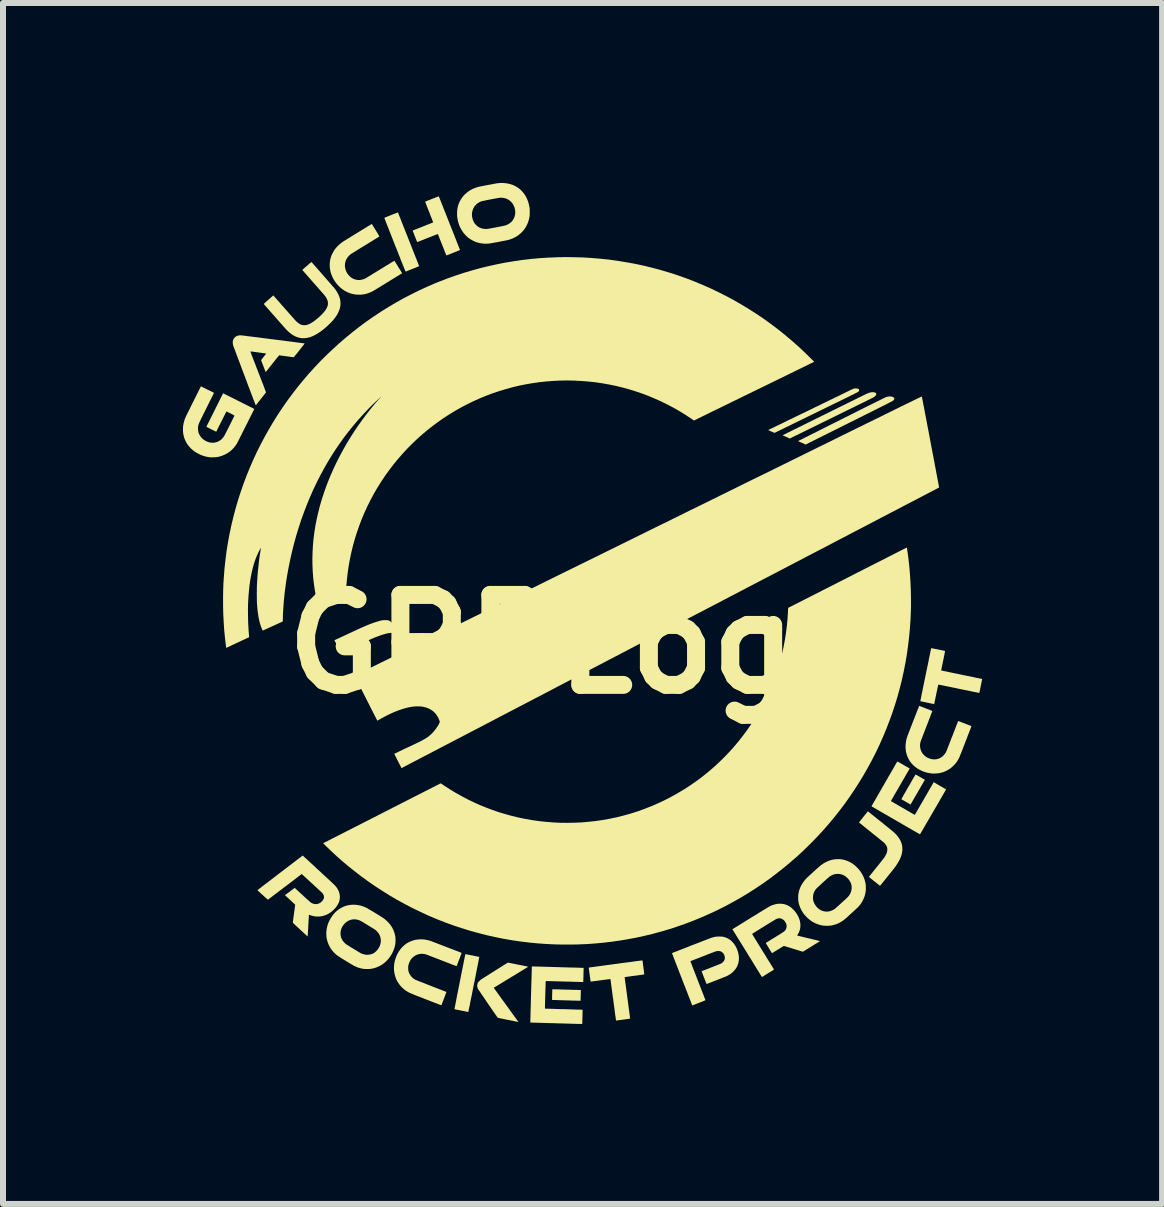
<source format=kicad_pcb>
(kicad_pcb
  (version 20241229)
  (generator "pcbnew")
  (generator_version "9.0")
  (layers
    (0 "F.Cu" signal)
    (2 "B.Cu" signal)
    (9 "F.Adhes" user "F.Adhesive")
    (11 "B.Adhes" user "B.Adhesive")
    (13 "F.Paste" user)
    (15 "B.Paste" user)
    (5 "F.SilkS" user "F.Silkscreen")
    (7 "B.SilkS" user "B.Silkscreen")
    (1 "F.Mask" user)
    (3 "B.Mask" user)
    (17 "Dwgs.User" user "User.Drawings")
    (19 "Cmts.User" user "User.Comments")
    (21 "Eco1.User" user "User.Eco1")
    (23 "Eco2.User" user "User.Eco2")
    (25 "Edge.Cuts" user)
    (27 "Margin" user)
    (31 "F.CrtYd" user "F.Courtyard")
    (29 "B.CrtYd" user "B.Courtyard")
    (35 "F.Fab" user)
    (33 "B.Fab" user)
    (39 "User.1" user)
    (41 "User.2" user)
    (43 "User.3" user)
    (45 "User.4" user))
  (footprint "GRPLogo"
    (layer "F.Cu")
    (at 6.661 7.69)
    (property "Reference" "GRPLogo" (at 0 0 0) (layer "F.SilkS") (effects (font (size 1.5 1.5) (thickness 0.3))))
    (attr board_only exclude_from_pos_files exclude_from_bom)
    (fp_poly (pts (xy 5.554 2.173) (xy 5.559 2.176) (xy 5.568 2.18) (xy 5.579 2.186) (xy 5.594 2.194) (xy 5.612 2.205) (xy 5.626 2.212) (xy 5.641 2.221) (xy 5.655 2.229) (xy 5.668 2.237) (xy 5.68 2.244) (xy 5.689 2.249) (xy 5.697 2.254) (xy 5.701 2.256) (xy 5.703 2.257) (xy 5.708 2.26) (xy 5.589 2.466) (xy 5.574 2.492) (xy 5.56 2.516) (xy 5.546 2.54) (xy 5.533 2.562) (xy 5.521 2.583) (xy 5.51 2.602) (xy 5.5 2.619) (xy 5.492 2.634) (xy 5.484 2.647) (xy 5.478 2.658) (xy 5.474 2.666) (xy 5.471 2.671) (xy 5.47 2.672) (xy 5.469 2.672) (xy 5.468 2.672) (xy 5.463 2.669) (xy 5.456 2.665) (xy 5.447 2.66) (xy 5.435 2.653) (xy 5.422 2.646) (xy 5.408 2.637) (xy 5.393 2.629) (xy 5.378 2.62) (xy 5.364 2.612) (xy 5.351 2.604) (xy 5.339 2.598) (xy 5.33 2.592) (xy 5.322 2.588) (xy 5.318 2.585) (xy 5.316 2.584) (xy 5.317 2.582) (xy 5.319 2.577) (xy 5.324 2.57) (xy 5.329 2.56) (xy 5.336 2.547) (xy 5.344 2.533) (xy 5.353 2.517) (xy 5.363 2.499) (xy 5.374 2.48) (xy 5.386 2.46) (xy 5.398 2.438) (xy 5.41 2.417) (xy 5.423 2.394) (xy 5.436 2.372) (xy 5.449 2.35) (xy 5.462 2.328) (xy 5.474 2.306) (xy 5.486 2.285) (xy 5.497 2.266) (xy 5.508 2.247) (xy 5.518 2.23) (xy 5.527 2.215) (xy 5.534 2.202) (xy 5.541 2.191) (xy 5.546 2.182) (xy 5.55 2.176) (xy 5.552 2.173) (xy 5.552 2.173)) (stroke (width 0) (type solid)) (fill yes) (layer "F.SilkS"))
    (fp_poly (pts (xy -0.495 5.753) (xy -0.487 5.753) (xy -0.475 5.753) (xy -0.461 5.754) (xy -0.444 5.754) (xy -0.426 5.754) (xy -0.405 5.755) (xy -0.383 5.755) (xy -0.36 5.756) (xy -0.335 5.757) (xy -0.31 5.757) (xy -0.285 5.758) (xy -0.259 5.759) (xy -0.233 5.759) (xy -0.208 5.76) (xy -0.183 5.761) (xy -0.159 5.762) (xy -0.136 5.762) (xy -0.115 5.763) (xy -0.095 5.763) (xy -0.078 5.764) (xy -0.062 5.765) (xy -0.049 5.765) (xy -0.039 5.765) (xy -0.032 5.766) (xy -0.029 5.766) (xy -0.028 5.766) (xy -0.028 5.768) (xy -0.028 5.773) (xy -0.028 5.782) (xy -0.028 5.793) (xy -0.028 5.806) (xy -0.029 5.821) (xy -0.029 5.837) (xy -0.029 5.848) (xy -0.03 5.866) (xy -0.03 5.882) (xy -0.031 5.897) (xy -0.031 5.911) (xy -0.031 5.922) (xy -0.032 5.93) (xy -0.032 5.935) (xy -0.032 5.937) (xy -0.032 5.944) (xy -0.051 5.944) (xy -0.055 5.944) (xy -0.063 5.943) (xy -0.074 5.943) (xy -0.088 5.943) (xy -0.105 5.942) (xy -0.124 5.942) (xy -0.146 5.941) (xy -0.169 5.941) (xy -0.194 5.94) (xy -0.22 5.939) (xy -0.248 5.938) (xy -0.276 5.938) (xy -0.288 5.937) (xy -0.317 5.936) (xy -0.344 5.936) (xy -0.37 5.935) (xy -0.394 5.934) (xy -0.417 5.933) (xy -0.437 5.933) (xy -0.456 5.932) (xy -0.472 5.932) (xy -0.485 5.931) (xy -0.496 5.931) (xy -0.503 5.93) (xy -0.507 5.93) (xy -0.507 5.93) (xy -0.507 5.928) (xy -0.507 5.923) (xy -0.507 5.915) (xy -0.507 5.904) (xy -0.507 5.892) (xy -0.507 5.878) (xy -0.506 5.863) (xy -0.506 5.847) (xy -0.505 5.831) (xy -0.505 5.816) (xy -0.505 5.801) (xy -0.504 5.787) (xy -0.504 5.775) (xy -0.503 5.766) (xy -0.503 5.758) (xy -0.503 5.754) (xy -0.503 5.753) (xy -0.501 5.753)) (stroke (width 0) (type solid)) (fill yes) (layer "F.SilkS"))
    (fp_poly (pts (xy 5.138 -4.13) (xy 5.155 -4.128) (xy 5.17 -4.123) (xy 5.183 -4.117) (xy 5.19 -4.111) (xy 5.195 -4.106) (xy 5.197 -4.102) (xy 5.198 -4.097) (xy 5.198 -4.095) (xy 5.197 -4.086) (xy 5.193 -4.077) (xy 5.187 -4.068) (xy 5.183 -4.064) (xy 5.18 -4.062) (xy 5.174 -4.058) (xy 5.165 -4.053) (xy 5.155 -4.047) (xy 5.143 -4.041) (xy 5.129 -4.034) (xy 5.117 -4.027) (xy 5.109 -4.023) (xy 5.097 -4.017) (xy 5.082 -4.009) (xy 5.065 -4.001) (xy 5.044 -3.99) (xy 5.021 -3.979) (xy 4.996 -3.966) (xy 4.968 -3.952) (xy 4.937 -3.937) (xy 4.905 -3.92) (xy 4.871 -3.903) (xy 4.835 -3.885) (xy 4.797 -3.866) (xy 4.757 -3.846) (xy 4.717 -3.826) (xy 4.675 -3.805) (xy 4.631 -3.783) (xy 4.587 -3.761) (xy 4.542 -3.739) (xy 4.496 -3.716) (xy 4.45 -3.693) (xy 4.403 -3.669) (xy 4.356 -3.646) (xy 4.308 -3.622) (xy 4.261 -3.598) (xy 4.214 -3.575) (xy 4.166 -3.551) (xy 4.12 -3.528) (xy 4.074 -3.505) (xy 4.028 -3.482) (xy 4.021 -3.479) (xy 3.721 -3.329) (xy 3.657 -3.358) (xy 3.643 -3.364) (xy 3.629 -3.37) (xy 3.618 -3.375) (xy 3.608 -3.379) (xy 3.6 -3.383) (xy 3.595 -3.385) (xy 3.593 -3.386) (xy 3.593 -3.386) (xy 3.595 -3.387) (xy 3.6 -3.389) (xy 3.608 -3.393) (xy 3.619 -3.399) (xy 3.633 -3.406) (xy 3.65 -3.415) (xy 3.67 -3.424) (xy 3.692 -3.435) (xy 3.716 -3.448) (xy 3.743 -3.461) (xy 3.772 -3.476) (xy 3.804 -3.492) (xy 3.837 -3.509) (xy 3.873 -3.526) (xy 3.91 -3.545) (xy 3.949 -3.565) (xy 3.99 -3.585) (xy 4.032 -3.606) (xy 4.075 -3.628) (xy 4.12 -3.651) (xy 4.166 -3.674) (xy 4.213 -3.697) (xy 4.261 -3.721) (xy 4.31 -3.746) (xy 4.318 -3.75) (xy 4.387 -3.785) (xy 4.452 -3.817) (xy 4.514 -3.848) (xy 4.573 -3.878) (xy 4.628 -3.906) (xy 4.68 -3.932) (xy 4.729 -3.956) (xy 4.774 -3.979) (xy 4.816 -3.999) (xy 4.855 -4.019) (xy 4.89 -4.036) (xy 4.922 -4.052) (xy 4.951 -4.066) (xy 4.976 -4.079) (xy 4.998 -4.09) (xy 5.017 -4.099) (xy 5.032 -4.107) (xy 5.044 -4.112) (xy 5.053 -4.116) (xy 5.059 -4.119) (xy 5.06 -4.12) (xy 5.08 -4.125) (xy 5.1 -4.129) (xy 5.12 -4.131)) (stroke (width 0) (type solid)) (fill yes) (layer "F.SilkS"))
    (fp_poly (pts (xy -3.271 -0.402) (xy -3.259 -0.401) (xy -3.249 -0.4) (xy -3.24 -0.398) (xy -3.232 -0.396) (xy -3.223 -0.392) (xy -3.217 -0.389) (xy -3.204 -0.381) (xy -3.191 -0.37) (xy -3.178 -0.357) (xy -3.167 -0.342) (xy -3.156 -0.325) (xy -3.147 -0.308) (xy -3.14 -0.291) (xy -3.137 -0.278) (xy -3.134 -0.259) (xy -3.134 -0.239) (xy -3.137 -0.218) (xy -3.143 -0.197) (xy -3.146 -0.189) (xy -3.149 -0.182) (xy -3.156 -0.185) (xy -3.166 -0.187) (xy -3.179 -0.189) (xy -3.195 -0.189) (xy -3.213 -0.187) (xy -3.234 -0.184) (xy -3.257 -0.18) (xy -3.281 -0.174) (xy -3.305 -0.167) (xy -3.341 -0.157) (xy -3.379 -0.143) (xy -3.42 -0.128) (xy -3.464 -0.111) (xy -3.51 -0.092) (xy -3.559 -0.07) (xy -3.61 -0.047) (xy -3.664 -0.021) (xy -3.72 0.006) (xy -3.778 0.035) (xy -3.837 0.066) (xy -3.899 0.098) (xy -3.963 0.132) (xy -3.976 0.14) (xy -3.986 0.145) (xy -3.995 0.15) (xy -4.002 0.154) (xy -4.007 0.156) (xy -4.009 0.157) (xy -4.009 0.157) (xy -4.011 0.156) (xy -4.012 0.155) (xy -4.013 0.153) (xy -4.016 0.148) (xy -4.021 0.14) (xy -4.027 0.13) (xy -4.033 0.118) (xy -4.041 0.105) (xy -4.049 0.09) (xy -4.058 0.075) (xy -4.067 0.059) (xy -4.077 0.042) (xy -4.086 0.026) (xy -4.095 0.01) (xy -4.103 -0.006) (xy -4.111 -0.02) (xy -4.119 -0.033) (xy -4.125 -0.044) (xy -4.13 -0.053) (xy -4.134 -0.06) (xy -4.136 -0.064) (xy -4.136 -0.065) (xy -4.135 -0.066) (xy -4.13 -0.069) (xy -4.123 -0.072) (xy -4.113 -0.077) (xy -4.102 -0.082) (xy -4.089 -0.088) (xy -4.081 -0.092) (xy -4.07 -0.097) (xy -4.056 -0.103) (xy -4.039 -0.111) (xy -4.021 -0.12) (xy -4 -0.129) (xy -3.979 -0.139) (xy -3.957 -0.15) (xy -3.934 -0.16) (xy -3.912 -0.17) (xy -3.903 -0.175) (xy -3.861 -0.194) (xy -3.822 -0.212) (xy -3.787 -0.229) (xy -3.753 -0.244) (xy -3.723 -0.258) (xy -3.694 -0.271) (xy -3.668 -0.283) (xy -3.644 -0.293) (xy -3.621 -0.303) (xy -3.599 -0.312) (xy -3.579 -0.321) (xy -3.559 -0.329) (xy -3.541 -0.336) (xy -3.522 -0.343) (xy -3.505 -0.349) (xy -3.487 -0.356) (xy -3.469 -0.362) (xy -3.461 -0.364) (xy -3.435 -0.373) (xy -3.412 -0.38) (xy -3.392 -0.386) (xy -3.373 -0.391) (xy -3.356 -0.395) (xy -3.341 -0.398) (xy -3.326 -0.4) (xy -3.311 -0.401) (xy -3.296 -0.402) (xy -3.287 -0.402)) (stroke (width 0) (type solid)) (fill yes) (layer "F.SilkS"))
    (fp_poly (pts (xy -1.951 5.167) (xy -1.946 5.168) (xy -1.938 5.169) (xy -1.927 5.172) (xy -1.914 5.174) (xy -1.9 5.177) (xy -1.884 5.18) (xy -1.867 5.183) (xy -1.849 5.187) (xy -1.831 5.19) (xy -1.813 5.194) (xy -1.796 5.198) (xy -1.78 5.201) (xy -1.765 5.204) (xy -1.751 5.207) (xy -1.74 5.209) (xy -1.731 5.211) (xy -1.724 5.212) (xy -1.721 5.213) (xy -1.721 5.213) (xy -1.721 5.215) (xy -1.722 5.221) (xy -1.724 5.229) (xy -1.726 5.241) (xy -1.729 5.256) (xy -1.732 5.273) (xy -1.736 5.293) (xy -1.74 5.316) (xy -1.745 5.34) (xy -1.75 5.367) (xy -1.756 5.395) (xy -1.762 5.424) (xy -1.768 5.456) (xy -1.774 5.488) (xy -1.781 5.521) (xy -1.787 5.556) (xy -1.794 5.59) (xy -1.801 5.626) (xy -1.809 5.661) (xy -1.816 5.697) (xy -1.823 5.732) (xy -1.83 5.767) (xy -1.837 5.802) (xy -1.843 5.836) (xy -1.85 5.869) (xy -1.857 5.901) (xy -1.863 5.931) (xy -1.869 5.96) (xy -1.874 5.988) (xy -1.879 6.014) (xy -1.884 6.037) (xy -1.889 6.059) (xy -1.893 6.078) (xy -1.896 6.094) (xy -1.899 6.108) (xy -1.901 6.119) (xy -1.903 6.126) (xy -1.904 6.13) (xy -1.904 6.131) (xy -1.906 6.131) (xy -1.912 6.13) (xy -1.92 6.128) (xy -1.932 6.126) (xy -1.945 6.123) (xy -1.961 6.12) (xy -1.978 6.116) (xy -1.997 6.113) (xy -2.017 6.109) (xy -2.02 6.108) (xy -2.04 6.104) (xy -2.059 6.1) (xy -2.076 6.097) (xy -2.092 6.093) (xy -2.106 6.091) (xy -2.118 6.088) (xy -2.126 6.086) (xy -2.132 6.085) (xy -2.135 6.084) (xy -2.135 6.084) (xy -2.134 6.082) (xy -2.133 6.077) (xy -2.132 6.068) (xy -2.129 6.056) (xy -2.127 6.042) (xy -2.123 6.024) (xy -2.119 6.004) (xy -2.115 5.982) (xy -2.11 5.958) (xy -2.105 5.931) (xy -2.1 5.903) (xy -2.094 5.873) (xy -2.088 5.842) (xy -2.081 5.81) (xy -2.075 5.777) (xy -2.068 5.742) (xy -2.061 5.708) (xy -2.054 5.672) (xy -2.047 5.637) (xy -2.04 5.601) (xy -2.033 5.566) (xy -2.026 5.531) (xy -2.019 5.496) (xy -2.012 5.462) (xy -2.006 5.429) (xy -1.999 5.397) (xy -1.993 5.367) (xy -1.987 5.337) (xy -1.982 5.31) (xy -1.977 5.284) (xy -1.972 5.261) (xy -1.968 5.239) (xy -1.964 5.22) (xy -1.961 5.204) (xy -1.958 5.19) (xy -1.956 5.179) (xy -1.954 5.172) (xy -1.953 5.168) (xy -1.953 5.167)) (stroke (width 0) (type solid)) (fill yes) (layer "F.SilkS"))
    (fp_poly (pts (xy -3.076 -7.197) (xy -3.074 -7.192) (xy -3.071 -7.184) (xy -3.066 -7.172) (xy -3.061 -7.158) (xy -3.054 -7.142) (xy -3.047 -7.123) (xy -3.038 -7.102) (xy -3.029 -7.078) (xy -3.019 -7.053) (xy -3.009 -7.026) (xy -2.997 -6.998) (xy -2.986 -6.968) (xy -2.973 -6.937) (xy -2.961 -6.906) (xy -2.948 -6.873) (xy -2.935 -6.84) (xy -2.921 -6.806) (xy -2.908 -6.772) (xy -2.894 -6.737) (xy -2.881 -6.703) (xy -2.867 -6.669) (xy -2.854 -6.636) (xy -2.841 -6.603) (xy -2.829 -6.571) (xy -2.816 -6.54) (xy -2.805 -6.51) (xy -2.793 -6.481) (xy -2.783 -6.454) (xy -2.772 -6.429) (xy -2.763 -6.405) (xy -2.755 -6.383) (xy -2.747 -6.364) (xy -2.74 -6.347) (xy -2.735 -6.333) (xy -2.73 -6.321) (xy -2.727 -6.312) (xy -2.724 -6.306) (xy -2.723 -6.304) (xy -2.723 -6.304) (xy -2.725 -6.303) (xy -2.729 -6.301) (xy -2.736 -6.297) (xy -2.747 -6.293) (xy -2.76 -6.287) (xy -2.777 -6.28) (xy -2.797 -6.272) (xy -2.821 -6.263) (xy -2.833 -6.258) (xy -2.853 -6.25) (xy -2.871 -6.243) (xy -2.888 -6.236) (xy -2.904 -6.23) (xy -2.918 -6.224) (xy -2.929 -6.22) (xy -2.938 -6.216) (xy -2.944 -6.214) (xy -2.947 -6.213) (xy -2.948 -6.213) (xy -2.948 -6.213) (xy -2.949 -6.214) (xy -2.95 -6.215) (xy -2.951 -6.217) (xy -2.952 -6.22) (xy -2.954 -6.224) (xy -2.956 -6.229) (xy -2.959 -6.235) (xy -2.962 -6.243) (xy -2.966 -6.252) (xy -2.971 -6.263) (xy -2.976 -6.276) (xy -2.982 -6.29) (xy -2.988 -6.307) (xy -2.996 -6.325) (xy -3.004 -6.346) (xy -3.013 -6.369) (xy -3.024 -6.395) (xy -3.035 -6.424) (xy -3.047 -6.455) (xy -3.061 -6.489) (xy -3.075 -6.526) (xy -3.091 -6.566) (xy -3.108 -6.609) (xy -3.127 -6.655) (xy -3.128 -6.66) (xy -3.145 -6.702) (xy -3.161 -6.744) (xy -3.177 -6.784) (xy -3.192 -6.822) (xy -3.206 -6.858) (xy -3.22 -6.892) (xy -3.232 -6.925) (xy -3.244 -6.955) (xy -3.255 -6.982) (xy -3.265 -7.008) (xy -3.274 -7.03) (xy -3.282 -7.051) (xy -3.288 -7.068) (xy -3.294 -7.082) (xy -3.298 -7.094) (xy -3.301 -7.102) (xy -3.303 -7.107) (xy -3.303 -7.109) (xy -3.301 -7.11) (xy -3.296 -7.112) (xy -3.289 -7.115) (xy -3.278 -7.119) (xy -3.266 -7.124) (xy -3.252 -7.13) (xy -3.237 -7.136) (xy -3.221 -7.142) (xy -3.204 -7.149) (xy -3.186 -7.156) (xy -3.169 -7.163) (xy -3.153 -7.169) (xy -3.137 -7.176) (xy -3.122 -7.181) (xy -3.109 -7.186) (xy -3.097 -7.191) (xy -3.088 -7.194) (xy -3.081 -7.197) (xy -3.078 -7.198) (xy -3.077 -7.199)) (stroke (width 0) (type solid)) (fill yes) (layer "F.SilkS"))
    (fp_poly (pts (xy 4.564 -4.265) (xy 4.579 -4.263) (xy 4.591 -4.26) (xy 4.601 -4.255) (xy 4.608 -4.249) (xy 4.612 -4.241) (xy 4.613 -4.233) (xy 4.613 -4.23) (xy 4.611 -4.224) (xy 4.605 -4.217) (xy 4.602 -4.214) (xy 4.599 -4.211) (xy 4.596 -4.208) (xy 4.591 -4.205) (xy 4.586 -4.202) (xy 4.579 -4.198) (xy 4.57 -4.193) (xy 4.559 -4.188) (xy 4.545 -4.181) (xy 4.53 -4.173) (xy 4.522 -4.169) (xy 4.51 -4.163) (xy 4.496 -4.156) (xy 4.479 -4.148) (xy 4.459 -4.138) (xy 4.437 -4.127) (xy 4.413 -4.115) (xy 4.387 -4.103) (xy 4.359 -4.089) (xy 4.329 -4.074) (xy 4.297 -4.058) (xy 4.264 -4.042) (xy 4.229 -4.025) (xy 4.193 -4.008) (xy 4.156 -3.989) (xy 4.118 -3.971) (xy 4.079 -3.952) (xy 4.039 -3.932) (xy 3.999 -3.913) (xy 3.959 -3.893) (xy 3.918 -3.873) (xy 3.877 -3.853) (xy 3.836 -3.833) (xy 3.795 -3.813) (xy 3.754 -3.793) (xy 3.713 -3.773) (xy 3.674 -3.754) (xy 3.634 -3.734) (xy 3.596 -3.716) (xy 3.559 -3.697) (xy 3.522 -3.68) (xy 3.487 -3.663) (xy 3.454 -3.646) (xy 3.421 -3.63) (xy 3.391 -3.616) (xy 3.362 -3.602) (xy 3.335 -3.588) (xy 3.31 -3.576) (xy 3.288 -3.565) (xy 3.267 -3.555) (xy 3.249 -3.547) (xy 3.234 -3.539) (xy 3.222 -3.533) (xy 3.212 -3.529) (xy 3.205 -3.526) (xy 3.202 -3.524) (xy 3.201 -3.524) (xy 3.199 -3.524) (xy 3.194 -3.527) (xy 3.186 -3.53) (xy 3.176 -3.534) (xy 3.164 -3.539) (xy 3.152 -3.544) (xy 3.147 -3.547) (xy 3.095 -3.57) (xy 3.106 -3.575) (xy 3.109 -3.577) (xy 3.115 -3.579) (xy 3.124 -3.584) (xy 3.135 -3.59) (xy 3.15 -3.597) (xy 3.168 -3.605) (xy 3.188 -3.615) (xy 3.211 -3.626) (xy 3.236 -3.639) (xy 3.264 -3.652) (xy 3.294 -3.666) (xy 3.326 -3.682) (xy 3.359 -3.698) (xy 3.395 -3.716) (xy 3.432 -3.734) (xy 3.471 -3.753) (xy 3.512 -3.772) (xy 3.554 -3.793) (xy 3.597 -3.814) (xy 3.641 -3.835) (xy 3.687 -3.857) (xy 3.733 -3.879) (xy 3.774 -3.899) (xy 3.821 -3.922) (xy 3.867 -3.945) (xy 3.913 -3.967) (xy 3.958 -3.988) (xy 4.001 -4.01) (xy 4.044 -4.03) (xy 4.085 -4.05) (xy 4.125 -4.07) (xy 4.163 -4.088) (xy 4.199 -4.106) (xy 4.234 -4.123) (xy 4.266 -4.138) (xy 4.297 -4.153) (xy 4.325 -4.167) (xy 4.352 -4.18) (xy 4.375 -4.192) (xy 4.397 -4.202) (xy 4.415 -4.211) (xy 4.431 -4.219) (xy 4.444 -4.225) (xy 4.454 -4.23) (xy 4.46 -4.233) (xy 4.463 -4.235) (xy 4.482 -4.244) (xy 4.498 -4.251) (xy 4.512 -4.257) (xy 4.525 -4.261) (xy 4.537 -4.264) (xy 4.548 -4.265) (xy 4.549 -4.265)) (stroke (width 0) (type solid)) (fill yes) (layer "F.SilkS"))
    (fp_poly (pts (xy 4.846 -4.201) (xy 4.861 -4.2) (xy 4.873 -4.197) (xy 4.883 -4.193) (xy 4.89 -4.187) (xy 4.891 -4.186) (xy 4.896 -4.178) (xy 4.898 -4.169) (xy 4.896 -4.161) (xy 4.891 -4.151) (xy 4.883 -4.14) (xy 4.876 -4.134) (xy 4.872 -4.13) (xy 4.869 -4.127) (xy 4.865 -4.124) (xy 4.86 -4.121) (xy 4.855 -4.118) (xy 4.848 -4.114) (xy 4.839 -4.109) (xy 4.829 -4.104) (xy 4.815 -4.097) (xy 4.801 -4.09) (xy 4.787 -4.083) (xy 4.77 -4.075) (xy 4.75 -4.065) (xy 4.729 -4.054) (xy 4.704 -4.042) (xy 4.678 -4.029) (xy 4.65 -4.015) (xy 4.62 -4.001) (xy 4.588 -3.985) (xy 4.555 -3.969) (xy 4.52 -3.951) (xy 4.484 -3.934) (xy 4.447 -3.915) (xy 4.409 -3.897) (xy 4.369 -3.877) (xy 4.329 -3.858) (xy 4.289 -3.838) (xy 4.248 -3.818) (xy 4.207 -3.797) (xy 4.165 -3.777) (xy 4.123 -3.756) (xy 4.082 -3.736) (xy 4.04 -3.716) (xy 3.999 -3.696) (xy 3.959 -3.676) (xy 3.919 -3.656) (xy 3.88 -3.637) (xy 3.841 -3.618) (xy 3.804 -3.6) (xy 3.768 -3.582) (xy 3.733 -3.565) (xy 3.7 -3.549) (xy 3.668 -3.533) (xy 3.638 -3.518) (xy 3.609 -3.504) (xy 3.583 -3.491) (xy 3.559 -3.48) (xy 3.536 -3.469) (xy 3.517 -3.459) (xy 3.5 -3.451) (xy 3.485 -3.444) (xy 3.474 -3.438) (xy 3.465 -3.434) (xy 3.459 -3.431) (xy 3.457 -3.43) (xy 3.456 -3.43) (xy 3.454 -3.431) (xy 3.449 -3.433) (xy 3.441 -3.436) (xy 3.431 -3.441) (xy 3.419 -3.446) (xy 3.406 -3.452) (xy 3.395 -3.457) (xy 3.336 -3.483) (xy 3.36 -3.495) (xy 3.364 -3.497) (xy 3.37 -3.5) (xy 3.38 -3.505) (xy 3.393 -3.511) (xy 3.408 -3.519) (xy 3.426 -3.528) (xy 3.447 -3.538) (xy 3.47 -3.55) (xy 3.495 -3.562) (xy 3.522 -3.576) (xy 3.552 -3.59) (xy 3.583 -3.605) (xy 3.615 -3.622) (xy 3.65 -3.638) (xy 3.685 -3.656) (xy 3.722 -3.674) (xy 3.76 -3.693) (xy 3.799 -3.712) (xy 3.838 -3.732) (xy 3.879 -3.752) (xy 3.92 -3.772) (xy 3.961 -3.792) (xy 4.002 -3.813) (xy 4.044 -3.833) (xy 4.086 -3.854) (xy 4.127 -3.874) (xy 4.168 -3.895) (xy 4.209 -3.915) (xy 4.249 -3.934) (xy 4.288 -3.954) (xy 4.326 -3.973) (xy 4.364 -3.991) (xy 4.4 -4.009) (xy 4.435 -4.026) (xy 4.468 -4.043) (xy 4.5 -4.058) (xy 4.53 -4.073) (xy 4.558 -4.087) (xy 4.584 -4.1) (xy 4.608 -4.112) (xy 4.63 -4.123) (xy 4.649 -4.132) (xy 4.665 -4.14) (xy 4.679 -4.147) (xy 4.69 -4.153) (xy 4.698 -4.157) (xy 4.701 -4.158) (xy 4.725 -4.169) (xy 4.746 -4.179) (xy 4.766 -4.187) (xy 4.783 -4.193) (xy 4.799 -4.197) (xy 4.814 -4.2) (xy 4.828 -4.201) (xy 4.842 -4.202)) (stroke (width 0) (type solid)) (fill yes) (layer "F.SilkS"))
    (fp_poly (pts (xy -1.074 5.342) (xy -1.043 5.348) (xy -1.015 5.353) (xy -0.991 5.358) (xy -0.971 5.362) (xy -0.953 5.366) (xy -0.938 5.369) (xy -0.927 5.372) (xy -0.918 5.374) (xy -0.911 5.375) (xy -0.907 5.377) (xy -0.905 5.377) (xy -0.905 5.378) (xy -0.907 5.379) (xy -0.912 5.382) (xy -0.92 5.387) (xy -0.93 5.393) (xy -0.943 5.401) (xy -0.958 5.41) (xy -0.976 5.421) (xy -0.996 5.433) (xy -1.017 5.446) (xy -1.041 5.461) (xy -1.066 5.476) (xy -1.092 5.492) (xy -1.12 5.509) (xy -1.148 5.526) (xy -1.178 5.544) (xy -1.193 5.553) (xy -1.223 5.572) (xy -1.252 5.589) (xy -1.281 5.606) (xy -1.307 5.623) (xy -1.333 5.638) (xy -1.357 5.653) (xy -1.379 5.667) (xy -1.4 5.679) (xy -1.419 5.691) (xy -1.435 5.701) (xy -1.449 5.709) (xy -1.461 5.716) (xy -1.47 5.722) (xy -1.476 5.725) (xy -1.479 5.727) (xy -1.48 5.728) (xy -1.479 5.729) (xy -1.475 5.734) (xy -1.47 5.741) (xy -1.463 5.751) (xy -1.455 5.763) (xy -1.444 5.777) (xy -1.432 5.794) (xy -1.419 5.812) (xy -1.404 5.833) (xy -1.388 5.855) (xy -1.371 5.879) (xy -1.353 5.904) (xy -1.334 5.93) (xy -1.314 5.957) (xy -1.293 5.986) (xy -1.275 6.011) (xy -1.254 6.04) (xy -1.234 6.068) (xy -1.214 6.095) (xy -1.195 6.122) (xy -1.177 6.147) (xy -1.16 6.17) (xy -1.144 6.192) (xy -1.129 6.213) (xy -1.116 6.231) (xy -1.104 6.247) (xy -1.093 6.262) (xy -1.085 6.274) (xy -1.078 6.283) (xy -1.073 6.29) (xy -1.07 6.294) (xy -1.069 6.296) (xy -1.069 6.298) (xy -1.069 6.298) (xy -1.071 6.297) (xy -1.077 6.296) (xy -1.085 6.295) (xy -1.097 6.292) (xy -1.111 6.29) (xy -1.127 6.286) (xy -1.146 6.282) (xy -1.166 6.278) (xy -1.188 6.274) (xy -1.212 6.269) (xy -1.236 6.264) (xy -1.24 6.264) (xy -1.265 6.259) (xy -1.288 6.254) (xy -1.311 6.249) (xy -1.332 6.245) (xy -1.35 6.241) (xy -1.367 6.238) (xy -1.382 6.235) (xy -1.394 6.232) (xy -1.403 6.23) (xy -1.409 6.229) (xy -1.412 6.229) (xy -1.412 6.229) (xy -1.413 6.227) (xy -1.416 6.222) (xy -1.422 6.215) (xy -1.429 6.205) (xy -1.437 6.193) (xy -1.447 6.179) (xy -1.458 6.163) (xy -1.47 6.145) (xy -1.484 6.126) (xy -1.498 6.106) (xy -1.512 6.085) (xy -1.528 6.062) (xy -1.544 6.039) (xy -1.56 6.016) (xy -1.576 5.992) (xy -1.592 5.969) (xy -1.608 5.945) (xy -1.624 5.922) (xy -1.639 5.899) (xy -1.654 5.877) (xy -1.668 5.857) (xy -1.682 5.837) (xy -1.694 5.819) (xy -1.705 5.802) (xy -1.715 5.787) (xy -1.724 5.774) (xy -1.731 5.764) (xy -1.737 5.756) (xy -1.74 5.75) (xy -1.742 5.747) (xy -1.746 5.739) (xy -1.749 5.73) (xy -1.752 5.722) (xy -1.752 5.72) (xy -1.755 5.704) (xy -1.755 5.687) (xy -1.752 5.669) (xy -1.748 5.653) (xy -1.743 5.642) (xy -1.738 5.634) (xy -1.73 5.625) (xy -1.721 5.616) (xy -1.711 5.606) (xy -1.7 5.597) (xy -1.69 5.589) (xy -1.689 5.589) (xy -1.685 5.586) (xy -1.679 5.582) (xy -1.669 5.576) (xy -1.657 5.568) (xy -1.643 5.559) (xy -1.627 5.549) (xy -1.608 5.537) (xy -1.588 5.525) (xy -1.566 5.511) (xy -1.543 5.496) (xy -1.519 5.481) (xy -1.494 5.465) (xy -1.468 5.449) (xy -1.458 5.442) (xy -1.245 5.308)) (stroke (width 0) (type solid)) (fill yes) (layer "F.SilkS"))
    (fp_poly (pts (xy 4.759 2.787) (xy 4.763 2.79) (xy 4.77 2.795) (xy 4.778 2.801) (xy 4.788 2.809) (xy 4.799 2.818) (xy 4.812 2.828) (xy 4.814 2.83) (xy 4.823 2.838) (xy 4.835 2.847) (xy 4.85 2.859) (xy 4.866 2.872) (xy 4.885 2.887) (xy 4.904 2.903) (xy 4.925 2.919) (xy 4.947 2.937) (xy 4.969 2.954) (xy 4.991 2.972) (xy 5.014 2.99) (xy 5.022 2.997) (xy 5.043 3.014) (xy 5.064 3.031) (xy 5.084 3.047) (xy 5.104 3.063) (xy 5.122 3.078) (xy 5.138 3.091) (xy 5.154 3.104) (xy 5.167 3.115) (xy 5.178 3.124) (xy 5.187 3.131) (xy 5.193 3.137) (xy 5.196 3.139) (xy 5.222 3.165) (xy 5.247 3.193) (xy 5.268 3.221) (xy 5.287 3.25) (xy 5.303 3.279) (xy 5.315 3.308) (xy 5.321 3.326) (xy 5.329 3.359) (xy 5.332 3.392) (xy 5.333 3.427) (xy 5.329 3.462) (xy 5.323 3.497) (xy 5.312 3.533) (xy 5.304 3.554) (xy 5.29 3.587) (xy 5.272 3.62) (xy 5.252 3.654) (xy 5.23 3.689) (xy 5.205 3.724) (xy 5.204 3.725) (xy 5.2 3.73) (xy 5.194 3.738) (xy 5.186 3.748) (xy 5.177 3.759) (xy 5.166 3.773) (xy 5.155 3.787) (xy 5.142 3.803) (xy 5.128 3.82) (xy 5.114 3.838) (xy 5.1 3.856) (xy 5.085 3.874) (xy 5.071 3.892) (xy 5.056 3.91) (xy 5.042 3.928) (xy 5.028 3.945) (xy 5.015 3.961) (xy 5.003 3.976) (xy 4.992 3.989) (xy 4.983 4.001) (xy 4.974 4.011) (xy 4.968 4.019) (xy 4.963 4.024) (xy 4.961 4.027) (xy 4.96 4.028) (xy 4.959 4.026) (xy 4.954 4.023) (xy 4.948 4.018) (xy 4.939 4.011) (xy 4.928 4.002) (xy 4.915 3.992) (xy 4.901 3.981) (xy 4.886 3.969) (xy 4.87 3.957) (xy 4.867 3.954) (xy 4.851 3.941) (xy 4.836 3.929) (xy 4.822 3.918) (xy 4.809 3.907) (xy 4.798 3.898) (xy 4.789 3.891) (xy 4.782 3.885) (xy 4.777 3.881) (xy 4.775 3.88) (xy 4.775 3.88) (xy 4.776 3.878) (xy 4.78 3.874) (xy 4.785 3.867) (xy 4.792 3.858) (xy 4.801 3.846) (xy 4.812 3.833) (xy 4.824 3.818) (xy 4.837 3.802) (xy 4.851 3.784) (xy 4.866 3.765) (xy 4.882 3.745) (xy 4.892 3.732) (xy 4.909 3.712) (xy 4.925 3.691) (xy 4.941 3.672) (xy 4.956 3.653) (xy 4.97 3.636) (xy 4.982 3.62) (xy 4.993 3.606) (xy 5.003 3.593) (xy 5.011 3.583) (xy 5.017 3.575) (xy 5.021 3.57) (xy 5.022 3.569) (xy 5.041 3.541) (xy 5.056 3.515) (xy 5.068 3.49) (xy 5.076 3.466) (xy 5.081 3.443) (xy 5.082 3.422) (xy 5.081 3.401) (xy 5.076 3.381) (xy 5.068 3.362) (xy 5.067 3.361) (xy 5.059 3.347) (xy 5.048 3.332) (xy 5.035 3.317) (xy 5.022 3.305) (xy 5.022 3.304) (xy 5.019 3.301) (xy 5.013 3.297) (xy 5.004 3.29) (xy 4.994 3.281) (xy 4.981 3.271) (xy 4.966 3.259) (xy 4.949 3.245) (xy 4.931 3.23) (xy 4.911 3.214) (xy 4.89 3.197) (xy 4.867 3.179) (xy 4.844 3.161) (xy 4.82 3.141) (xy 4.809 3.132) (xy 4.785 3.113) (xy 4.762 3.095) (xy 4.74 3.077) (xy 4.719 3.06) (xy 4.7 3.044) (xy 4.682 3.03) (xy 4.665 3.016) (xy 4.651 3.004) (xy 4.638 2.994) (xy 4.627 2.985) (xy 4.619 2.979) (xy 4.614 2.974) (xy 4.611 2.971) (xy 4.61 2.971) (xy 4.611 2.969) (xy 4.615 2.965) (xy 4.62 2.958) (xy 4.626 2.95) (xy 4.634 2.94) (xy 4.644 2.928) (xy 4.654 2.915) (xy 4.665 2.901) (xy 4.676 2.887) (xy 4.687 2.873) (xy 4.699 2.859) (xy 4.71 2.845) (xy 4.72 2.832) (xy 4.73 2.82) (xy 4.739 2.809) (xy 4.746 2.8) (xy 4.752 2.792) (xy 4.756 2.787) (xy 4.757 2.786)) (stroke (width 0) (type solid)) (fill yes) (layer "F.SilkS"))
    (fp_poly (pts (xy 0.998 5.272) (xy 1 5.274) (xy 1.001 5.278) (xy 1.002 5.288) (xy 1.004 5.299) (xy 1.006 5.313) (xy 1.008 5.329) (xy 1.01 5.345) (xy 1.012 5.363) (xy 1.015 5.381) (xy 1.017 5.399) (xy 1.019 5.417) (xy 1.022 5.434) (xy 1.024 5.45) (xy 1.025 5.465) (xy 1.027 5.478) (xy 1.028 5.489) (xy 1.029 5.497) (xy 1.03 5.503) (xy 1.03 5.505) (xy 1.03 5.505) (xy 1.028 5.505) (xy 1.023 5.506) (xy 1.014 5.507) (xy 1.002 5.509) (xy 0.988 5.511) (xy 0.972 5.513) (xy 0.953 5.516) (xy 0.933 5.519) (xy 0.911 5.522) (xy 0.887 5.525) (xy 0.866 5.528) (xy 0.842 5.531) (xy 0.819 5.534) (xy 0.797 5.537) (xy 0.777 5.54) (xy 0.758 5.542) (xy 0.742 5.544) (xy 0.728 5.546) (xy 0.717 5.548) (xy 0.709 5.549) (xy 0.704 5.55) (xy 0.703 5.55) (xy 0.703 5.552) (xy 0.704 5.557) (xy 0.705 5.566) (xy 0.706 5.578) (xy 0.708 5.593) (xy 0.71 5.61) (xy 0.713 5.631) (xy 0.716 5.653) (xy 0.719 5.678) (xy 0.723 5.705) (xy 0.727 5.734) (xy 0.731 5.765) (xy 0.735 5.797) (xy 0.74 5.831) (xy 0.744 5.865) (xy 0.748 5.894) (xy 0.753 5.929) (xy 0.758 5.964) (xy 0.762 5.997) (xy 0.766 6.029) (xy 0.77 6.059) (xy 0.774 6.088) (xy 0.778 6.115) (xy 0.781 6.14) (xy 0.784 6.162) (xy 0.787 6.182) (xy 0.789 6.199) (xy 0.791 6.214) (xy 0.792 6.225) (xy 0.794 6.234) (xy 0.794 6.239) (xy 0.794 6.24) (xy 0.794 6.241) (xy 0.792 6.241) (xy 0.789 6.242) (xy 0.784 6.243) (xy 0.778 6.244) (xy 0.769 6.246) (xy 0.757 6.248) (xy 0.743 6.25) (xy 0.727 6.252) (xy 0.707 6.255) (xy 0.683 6.258) (xy 0.679 6.258) (xy 0.658 6.261) (xy 0.639 6.264) (xy 0.621 6.266) (xy 0.605 6.268) (xy 0.591 6.27) (xy 0.579 6.272) (xy 0.57 6.273) (xy 0.564 6.273) (xy 0.561 6.274) (xy 0.561 6.274) (xy 0.559 6.272) (xy 0.558 6.268) (xy 0.558 6.266) (xy 0.557 6.262) (xy 0.556 6.254) (xy 0.555 6.244) (xy 0.553 6.23) (xy 0.551 6.214) (xy 0.548 6.196) (xy 0.545 6.175) (xy 0.542 6.152) (xy 0.539 6.128) (xy 0.535 6.101) (xy 0.532 6.074) (xy 0.528 6.045) (xy 0.524 6.016) (xy 0.52 5.986) (xy 0.516 5.955) (xy 0.512 5.924) (xy 0.507 5.893) (xy 0.503 5.863) (xy 0.499 5.833) (xy 0.495 5.803) (xy 0.492 5.775) (xy 0.488 5.747) (xy 0.485 5.721) (xy 0.481 5.697) (xy 0.478 5.674) (xy 0.476 5.654) (xy 0.473 5.635) (xy 0.471 5.62) (xy 0.469 5.606) (xy 0.468 5.596) (xy 0.467 5.589) (xy 0.467 5.585) (xy 0.466 5.585) (xy 0.465 5.583) (xy 0.462 5.582) (xy 0.46 5.583) (xy 0.454 5.583) (xy 0.445 5.585) (xy 0.433 5.586) (xy 0.418 5.588) (xy 0.402 5.59) (xy 0.383 5.593) (xy 0.362 5.595) (xy 0.34 5.598) (xy 0.316 5.601) (xy 0.297 5.604) (xy 0.273 5.607) (xy 0.25 5.61) (xy 0.228 5.613) (xy 0.208 5.616) (xy 0.19 5.618) (xy 0.174 5.62) (xy 0.16 5.622) (xy 0.15 5.623) (xy 0.142 5.624) (xy 0.137 5.625) (xy 0.136 5.625) (xy 0.135 5.623) (xy 0.134 5.618) (xy 0.133 5.61) (xy 0.132 5.599) (xy 0.13 5.586) (xy 0.128 5.571) (xy 0.126 5.555) (xy 0.123 5.538) (xy 0.121 5.521) (xy 0.119 5.503) (xy 0.116 5.485) (xy 0.114 5.468) (xy 0.112 5.452) (xy 0.11 5.437) (xy 0.108 5.424) (xy 0.107 5.413) (xy 0.105 5.404) (xy 0.105 5.399) (xy 0.105 5.397) (xy 0.104 5.391) (xy 0.547 5.331) (xy 0.587 5.326) (xy 0.627 5.32) (xy 0.665 5.315) (xy 0.702 5.31) (xy 0.738 5.306) (xy 0.772 5.301) (xy 0.804 5.297) (xy 0.834 5.293) (xy 0.862 5.289) (xy 0.888 5.285) (xy 0.912 5.282) (xy 0.933 5.28) (xy 0.951 5.277) (xy 0.966 5.275) (xy 0.978 5.274) (xy 0.987 5.272) (xy 0.993 5.272) (xy 0.995 5.272)) (stroke (width 0) (type solid)) (fill yes) (layer "F.SilkS"))
    (fp_poly (pts (xy -2.395 -7.465) (xy -2.393 -7.46) (xy -2.39 -7.452) (xy -2.385 -7.441) (xy -2.379 -7.427) (xy -2.373 -7.41) (xy -2.365 -7.391) (xy -2.357 -7.37) (xy -2.348 -7.347) (xy -2.338 -7.321) (xy -2.327 -7.295) (xy -2.316 -7.266) (xy -2.304 -7.236) (xy -2.292 -7.206) (xy -2.279 -7.174) (xy -2.266 -7.141) (xy -2.253 -7.107) (xy -2.24 -7.074) (xy -2.226 -7.04) (xy -2.213 -7.005) (xy -2.199 -6.971) (xy -2.186 -6.937) (xy -2.172 -6.904) (xy -2.159 -6.871) (xy -2.147 -6.839) (xy -2.134 -6.808) (xy -2.123 -6.778) (xy -2.111 -6.749) (xy -2.101 -6.722) (xy -2.091 -6.696) (xy -2.081 -6.673) (xy -2.073 -6.651) (xy -2.065 -6.632) (xy -2.059 -6.615) (xy -2.053 -6.601) (xy -2.048 -6.589) (xy -2.045 -6.58) (xy -2.043 -6.574) (xy -2.042 -6.572) (xy -2.042 -6.572) (xy -2.044 -6.571) (xy -2.048 -6.569) (xy -2.056 -6.566) (xy -2.066 -6.562) (xy -2.078 -6.557) (xy -2.092 -6.551) (xy -2.107 -6.545) (xy -2.123 -6.538) (xy -2.14 -6.532) (xy -2.157 -6.525) (xy -2.174 -6.518) (xy -2.191 -6.511) (xy -2.207 -6.505) (xy -2.221 -6.499) (xy -2.235 -6.494) (xy -2.246 -6.49) (xy -2.255 -6.486) (xy -2.262 -6.484) (xy -2.266 -6.482) (xy -2.266 -6.482) (xy -2.268 -6.482) (xy -2.269 -6.483) (xy -2.271 -6.486) (xy -2.274 -6.491) (xy -2.277 -6.499) (xy -2.281 -6.509) (xy -2.281 -6.51) (xy -2.286 -6.522) (xy -2.292 -6.536) (xy -2.298 -6.552) (xy -2.305 -6.57) (xy -2.312 -6.588) (xy -2.32 -6.608) (xy -2.328 -6.629) (xy -2.337 -6.65) (xy -2.345 -6.672) (xy -2.354 -6.693) (xy -2.362 -6.714) (xy -2.37 -6.734) (xy -2.378 -6.753) (xy -2.385 -6.771) (xy -2.391 -6.788) (xy -2.397 -6.802) (xy -2.402 -6.815) (xy -2.406 -6.825) (xy -2.409 -6.833) (xy -2.411 -6.837) (xy -2.412 -6.839) (xy -2.413 -6.838) (xy -2.418 -6.836) (xy -2.426 -6.833) (xy -2.437 -6.829) (xy -2.451 -6.824) (xy -2.466 -6.818) (xy -2.484 -6.811) (xy -2.503 -6.803) (xy -2.524 -6.795) (xy -2.547 -6.786) (xy -2.57 -6.777) (xy -2.581 -6.773) (xy -2.605 -6.763) (xy -2.628 -6.754) (xy -2.649 -6.745) (xy -2.67 -6.737) (xy -2.689 -6.73) (xy -2.705 -6.723) (xy -2.72 -6.718) (xy -2.732 -6.713) (xy -2.742 -6.709) (xy -2.749 -6.707) (xy -2.752 -6.705) (xy -2.753 -6.705) (xy -2.754 -6.705) (xy -2.755 -6.706) (xy -2.756 -6.708) (xy -2.758 -6.711) (xy -2.76 -6.716) (xy -2.763 -6.723) (xy -2.767 -6.731) (xy -2.771 -6.742) (xy -2.777 -6.756) (xy -2.783 -6.773) (xy -2.791 -6.792) (xy -2.794 -6.799) (xy -2.801 -6.816) (xy -2.807 -6.833) (xy -2.813 -6.849) (xy -2.818 -6.862) (xy -2.823 -6.874) (xy -2.827 -6.884) (xy -2.829 -6.89) (xy -2.83 -6.894) (xy -2.831 -6.895) (xy -2.829 -6.897) (xy -2.825 -6.899) (xy -2.818 -6.902) (xy -2.816 -6.903) (xy -2.809 -6.905) (xy -2.8 -6.909) (xy -2.788 -6.914) (xy -2.774 -6.919) (xy -2.758 -6.926) (xy -2.74 -6.933) (xy -2.721 -6.94) (xy -2.702 -6.948) (xy -2.681 -6.956) (xy -2.661 -6.964) (xy -2.64 -6.972) (xy -2.619 -6.981) (xy -2.599 -6.989) (xy -2.58 -6.996) (xy -2.562 -7.003) (xy -2.545 -7.01) (xy -2.53 -7.016) (xy -2.517 -7.021) (xy -2.506 -7.026) (xy -2.498 -7.029) (xy -2.493 -7.031) (xy -2.491 -7.032) (xy -2.491 -7.032) (xy -2.49 -7.033) (xy -2.491 -7.036) (xy -2.493 -7.041) (xy -2.495 -7.048) (xy -2.499 -7.057) (xy -2.503 -7.069) (xy -2.508 -7.083) (xy -2.515 -7.1) (xy -2.523 -7.12) (xy -2.532 -7.143) (xy -2.542 -7.169) (xy -2.553 -7.199) (xy -2.556 -7.206) (xy -2.566 -7.23) (xy -2.575 -7.253) (xy -2.584 -7.275) (xy -2.592 -7.295) (xy -2.599 -7.314) (xy -2.605 -7.331) (xy -2.611 -7.346) (xy -2.616 -7.358) (xy -2.619 -7.368) (xy -2.622 -7.374) (xy -2.623 -7.378) (xy -2.623 -7.378) (xy -2.621 -7.379) (xy -2.616 -7.381) (xy -2.608 -7.384) (xy -2.597 -7.389) (xy -2.584 -7.394) (xy -2.57 -7.4) (xy -2.553 -7.406) (xy -2.535 -7.413) (xy -2.516 -7.421) (xy -2.509 -7.424) (xy -2.49 -7.431) (xy -2.471 -7.439) (xy -2.454 -7.445) (xy -2.439 -7.451) (xy -2.425 -7.456) (xy -2.414 -7.461) (xy -2.405 -7.464) (xy -2.399 -7.466) (xy -2.396 -7.467) (xy -2.396 -7.467)) (stroke (width 0) (type solid)) (fill yes) (layer "F.SilkS"))
    (fp_poly (pts (xy 5.819 0.066) (xy 5.824 0.067) (xy 5.833 0.069) (xy 5.844 0.071) (xy 5.857 0.074) (xy 5.872 0.077) (xy 5.888 0.08) (xy 5.905 0.083) (xy 5.923 0.087) (xy 5.941 0.091) (xy 5.958 0.094) (xy 5.975 0.098) (xy 5.991 0.101) (xy 6.006 0.104) (xy 6.019 0.107) (xy 6.029 0.109) (xy 6.037 0.111) (xy 6.043 0.113) (xy 6.045 0.113) (xy 6.044 0.115) (xy 6.043 0.12) (xy 6.042 0.129) (xy 6.04 0.14) (xy 6.037 0.154) (xy 6.034 0.171) (xy 6.03 0.189) (xy 6.026 0.209) (xy 6.022 0.231) (xy 6.017 0.254) (xy 6.012 0.276) (xy 6.008 0.3) (xy 6.003 0.322) (xy 5.998 0.344) (xy 5.994 0.364) (xy 5.991 0.382) (xy 5.987 0.398) (xy 5.985 0.412) (xy 5.983 0.423) (xy 5.981 0.431) (xy 5.98 0.436) (xy 5.98 0.437) (xy 5.982 0.438) (xy 5.987 0.439) (xy 5.996 0.441) (xy 6.008 0.443) (xy 6.022 0.447) (xy 6.04 0.45) (xy 6.06 0.454) (xy 6.083 0.459) (xy 6.107 0.464) (xy 6.134 0.47) (xy 6.163 0.476) (xy 6.193 0.482) (xy 6.225 0.489) (xy 6.258 0.495) (xy 6.292 0.503) (xy 6.321 0.509) (xy 6.357 0.516) (xy 6.391 0.523) (xy 6.424 0.53) (xy 6.455 0.536) (xy 6.485 0.542) (xy 6.513 0.548) (xy 6.54 0.554) (xy 6.564 0.559) (xy 6.586 0.564) (xy 6.606 0.568) (xy 6.623 0.571) (xy 6.637 0.574) (xy 6.649 0.577) (xy 6.657 0.578) (xy 6.662 0.579) (xy 6.663 0.58) (xy 6.663 0.582) (xy 6.662 0.587) (xy 6.66 0.595) (xy 6.658 0.605) (xy 6.655 0.618) (xy 6.653 0.633) (xy 6.649 0.649) (xy 6.646 0.666) (xy 6.642 0.683) (xy 6.639 0.701) (xy 6.635 0.719) (xy 6.632 0.736) (xy 6.628 0.753) (xy 6.625 0.768) (xy 6.622 0.781) (xy 6.62 0.793) (xy 6.618 0.802) (xy 6.616 0.809) (xy 6.616 0.812) (xy 6.616 0.813) (xy 6.614 0.812) (xy 6.608 0.811) (xy 6.6 0.809) (xy 6.588 0.807) (xy 6.573 0.804) (xy 6.556 0.8) (xy 6.536 0.796) (xy 6.513 0.792) (xy 6.489 0.787) (xy 6.462 0.781) (xy 6.433 0.775) (xy 6.403 0.769) (xy 6.371 0.763) (xy 6.338 0.756) (xy 6.304 0.749) (xy 6.275 0.743) (xy 6.24 0.735) (xy 6.206 0.728) (xy 6.173 0.722) (xy 6.142 0.715) (xy 6.112 0.709) (xy 6.083 0.703) (xy 6.057 0.698) (xy 6.032 0.693) (xy 6.01 0.688) (xy 5.99 0.684) (xy 5.973 0.681) (xy 5.959 0.678) (xy 5.947 0.676) (xy 5.939 0.674) (xy 5.934 0.673) (xy 5.933 0.673) (xy 5.932 0.674) (xy 5.931 0.678) (xy 5.929 0.684) (xy 5.927 0.692) (xy 5.925 0.703) (xy 5.922 0.717) (xy 5.918 0.734) (xy 5.914 0.754) (xy 5.909 0.778) (xy 5.903 0.805) (xy 5.897 0.835) (xy 5.892 0.859) (xy 5.887 0.882) (xy 5.883 0.903) (xy 5.879 0.923) (xy 5.875 0.941) (xy 5.872 0.957) (xy 5.869 0.971) (xy 5.866 0.982) (xy 5.865 0.99) (xy 5.864 0.995) (xy 5.863 0.997) (xy 5.864 0.997) (xy 5.864 0.998) (xy 5.864 0.998) (xy 5.863 0.998) (xy 5.862 0.998) (xy 5.86 0.998) (xy 5.857 0.997) (xy 5.852 0.996) (xy 5.846 0.995) (xy 5.837 0.993) (xy 5.826 0.991) (xy 5.813 0.988) (xy 5.797 0.985) (xy 5.778 0.981) (xy 5.755 0.976) (xy 5.747 0.974) (xy 5.727 0.97) (xy 5.708 0.966) (xy 5.69 0.962) (xy 5.674 0.959) (xy 5.661 0.956) (xy 5.649 0.954) (xy 5.64 0.952) (xy 5.635 0.95) (xy 5.632 0.95) (xy 5.632 0.95) (xy 5.632 0.948) (xy 5.633 0.942) (xy 5.635 0.933) (xy 5.638 0.922) (xy 5.641 0.907) (xy 5.644 0.889) (xy 5.648 0.868) (xy 5.653 0.845) (xy 5.658 0.819) (xy 5.664 0.792) (xy 5.67 0.762) (xy 5.676 0.73) (xy 5.683 0.697) (xy 5.69 0.661) (xy 5.698 0.625) (xy 5.706 0.587) (xy 5.714 0.548) (xy 5.722 0.509) (xy 5.73 0.469) (xy 5.738 0.43) (xy 5.746 0.392) (xy 5.754 0.355) (xy 5.761 0.32) (xy 5.768 0.287) (xy 5.774 0.255) (xy 5.78 0.225) (xy 5.786 0.197) (xy 5.791 0.172) (xy 5.796 0.149) (xy 5.8 0.128) (xy 5.804 0.11) (xy 5.807 0.095) (xy 5.81 0.083) (xy 5.811 0.074) (xy 5.812 0.069) (xy 5.813 0.067) (xy 5.814 0.066) (xy 5.816 0.066)) (stroke (width 0) (type solid)) (fill yes) (layer "F.SilkS"))
    (fp_poly (pts (xy -4.518 -6.371) (xy -4.515 -6.368) (xy -4.509 -6.362) (xy -4.502 -6.354) (xy -4.493 -6.343) (xy -4.482 -6.331) (xy -4.469 -6.316) (xy -4.455 -6.3) (xy -4.44 -6.283) (xy -4.424 -6.265) (xy -4.407 -6.245) (xy -4.389 -6.225) (xy -4.37 -6.204) (xy -4.351 -6.182) (xy -4.332 -6.16) (xy -4.313 -6.139) (xy -4.294 -6.117) (xy -4.276 -6.096) (xy -4.258 -6.075) (xy -4.24 -6.055) (xy -4.224 -6.036) (xy -4.208 -6.018) (xy -4.193 -6.002) (xy -4.18 -5.986) (xy -4.169 -5.973) (xy -4.159 -5.962) (xy -4.151 -5.952) (xy -4.144 -5.945) (xy -4.141 -5.941) (xy -4.139 -5.939) (xy -4.113 -5.905) (xy -4.091 -5.87) (xy -4.072 -5.836) (xy -4.057 -5.802) (xy -4.046 -5.768) (xy -4.038 -5.735) (xy -4.035 -5.701) (xy -4.034 -5.668) (xy -4.038 -5.634) (xy -4.045 -5.6) (xy -4.056 -5.567) (xy -4.071 -5.533) (xy -4.073 -5.528) (xy -4.087 -5.501) (xy -4.103 -5.475) (xy -4.121 -5.449) (xy -4.141 -5.423) (xy -4.163 -5.396) (xy -4.189 -5.369) (xy -4.217 -5.34) (xy -4.221 -5.336) (xy -4.261 -5.298) (xy -4.3 -5.264) (xy -4.34 -5.232) (xy -4.379 -5.204) (xy -4.417 -5.179) (xy -4.455 -5.157) (xy -4.492 -5.139) (xy -4.528 -5.124) (xy -4.557 -5.115) (xy -4.577 -5.11) (xy -4.6 -5.106) (xy -4.623 -5.103) (xy -4.646 -5.102) (xy -4.668 -5.102) (xy -4.688 -5.103) (xy -4.688 -5.103) (xy -4.72 -5.109) (xy -4.751 -5.117) (xy -4.783 -5.13) (xy -4.813 -5.145) (xy -4.844 -5.164) (xy -4.874 -5.187) (xy -4.905 -5.213) (xy -4.935 -5.243) (xy -4.939 -5.247) (xy -4.942 -5.25) (xy -4.947 -5.256) (xy -4.954 -5.263) (xy -4.963 -5.273) (xy -4.973 -5.285) (xy -4.986 -5.299) (xy -4.999 -5.314) (xy -5.014 -5.331) (xy -5.03 -5.349) (xy -5.047 -5.368) (xy -5.064 -5.388) (xy -5.082 -5.408) (xy -5.101 -5.429) (xy -5.119 -5.451) (xy -5.138 -5.472) (xy -5.157 -5.493) (xy -5.175 -5.514) (xy -5.193 -5.534) (xy -5.21 -5.554) (xy -5.227 -5.573) (xy -5.242 -5.59) (xy -5.257 -5.607) (xy -5.27 -5.622) (xy -5.282 -5.635) (xy -5.292 -5.647) (xy -5.3 -5.657) (xy -5.307 -5.664) (xy -5.311 -5.669) (xy -5.313 -5.672) (xy -5.313 -5.672) (xy -5.312 -5.674) (xy -5.308 -5.678) (xy -5.302 -5.684) (xy -5.292 -5.693) (xy -5.28 -5.704) (xy -5.266 -5.717) (xy -5.249 -5.732) (xy -5.235 -5.744) (xy -5.155 -5.815) (xy -5.151 -5.811) (xy -5.149 -5.809) (xy -5.145 -5.804) (xy -5.139 -5.797) (xy -5.13 -5.788) (xy -5.12 -5.776) (xy -5.108 -5.763) (xy -5.095 -5.747) (xy -5.08 -5.73) (xy -5.063 -5.712) (xy -5.046 -5.692) (xy -5.027 -5.67) (xy -5.008 -5.648) (xy -4.987 -5.625) (xy -4.968 -5.603) (xy -4.947 -5.579) (xy -4.926 -5.556) (xy -4.906 -5.533) (xy -4.887 -5.511) (xy -4.868 -5.49) (xy -4.851 -5.471) (xy -4.835 -5.453) (xy -4.821 -5.437) (xy -4.808 -5.422) (xy -4.796 -5.409) (xy -4.787 -5.399) (xy -4.78 -5.391) (xy -4.774 -5.385) (xy -4.772 -5.383) (xy -4.753 -5.366) (xy -4.734 -5.351) (xy -4.714 -5.339) (xy -4.695 -5.329) (xy -4.677 -5.323) (xy -4.665 -5.321) (xy -4.652 -5.319) (xy -4.638 -5.319) (xy -4.624 -5.319) (xy -4.614 -5.32) (xy -4.594 -5.324) (xy -4.573 -5.331) (xy -4.55 -5.341) (xy -4.527 -5.352) (xy -4.508 -5.364) (xy -4.489 -5.376) (xy -4.468 -5.391) (xy -4.446 -5.409) (xy -4.423 -5.427) (xy -4.4 -5.447) (xy -4.377 -5.468) (xy -4.355 -5.489) (xy -4.352 -5.492) (xy -4.329 -5.516) (xy -4.31 -5.538) (xy -4.293 -5.558) (xy -4.279 -5.578) (xy -4.268 -5.598) (xy -4.258 -5.617) (xy -4.251 -5.637) (xy -4.249 -5.641) (xy -4.247 -5.649) (xy -4.246 -5.656) (xy -4.245 -5.662) (xy -4.244 -5.67) (xy -4.244 -5.681) (xy -4.244 -5.684) (xy -4.244 -5.695) (xy -4.245 -5.703) (xy -4.246 -5.71) (xy -4.247 -5.717) (xy -4.249 -5.724) (xy -4.249 -5.726) (xy -4.259 -5.751) (xy -4.272 -5.776) (xy -4.289 -5.802) (xy -4.303 -5.819) (xy -4.306 -5.824) (xy -4.312 -5.83) (xy -4.32 -5.839) (xy -4.329 -5.85) (xy -4.34 -5.862) (xy -4.352 -5.876) (xy -4.365 -5.89) (xy -4.378 -5.906) (xy -4.39 -5.92) (xy -4.404 -5.935) (xy -4.42 -5.954) (xy -4.438 -5.974) (xy -4.456 -5.995) (xy -4.476 -6.017) (xy -4.496 -6.04) (xy -4.517 -6.063) (xy -4.536 -6.086) (xy -4.555 -6.107) (xy -4.568 -6.122) (xy -4.672 -6.24) (xy -4.596 -6.307) (xy -4.579 -6.321) (xy -4.565 -6.334) (xy -4.553 -6.344) (xy -4.543 -6.353) (xy -4.535 -6.359) (xy -4.529 -6.364) (xy -4.524 -6.368) (xy -4.521 -6.37) (xy -4.519 -6.371) (xy -4.518 -6.371)) (stroke (width 0) (type solid)) (fill yes) (layer "F.SilkS"))
    (fp_poly (pts (xy 5.251 1.956) (xy 5.255 1.958) (xy 5.263 1.962) (xy 5.273 1.968) (xy 5.285 1.974) (xy 5.299 1.982) (xy 5.314 1.991) (xy 5.331 2) (xy 5.348 2.011) (xy 5.353 2.013) (xy 5.455 2.072) (xy 5.451 2.08) (xy 5.445 2.09) (xy 5.437 2.103) (xy 5.429 2.118) (xy 5.419 2.135) (xy 5.408 2.153) (xy 5.396 2.174) (xy 5.384 2.195) (xy 5.371 2.218) (xy 5.357 2.242) (xy 5.342 2.267) (xy 5.328 2.292) (xy 5.313 2.318) (xy 5.298 2.344) (xy 5.283 2.37) (xy 5.269 2.395) (xy 5.254 2.42) (xy 5.24 2.445) (xy 5.226 2.468) (xy 5.213 2.491) (xy 5.201 2.512) (xy 5.189 2.532) (xy 5.179 2.551) (xy 5.17 2.567) (xy 5.161 2.581) (xy 5.154 2.593) (xy 5.149 2.603) (xy 5.145 2.61) (xy 5.143 2.614) (xy 5.142 2.615) (xy 5.144 2.616) (xy 5.148 2.619) (xy 5.156 2.623) (xy 5.166 2.629) (xy 5.178 2.636) (xy 5.192 2.644) (xy 5.208 2.654) (xy 5.226 2.664) (xy 5.245 2.675) (xy 5.265 2.687) (xy 5.286 2.699) (xy 5.307 2.711) (xy 5.329 2.724) (xy 5.351 2.736) (xy 5.373 2.749) (xy 5.394 2.762) (xy 5.415 2.774) (xy 5.435 2.785) (xy 5.455 2.796) (xy 5.472 2.807) (xy 5.489 2.816) (xy 5.503 2.824) (xy 5.515 2.831) (xy 5.526 2.837) (xy 5.533 2.841) (xy 5.538 2.844) (xy 5.54 2.845) (xy 5.54 2.845) (xy 5.541 2.843) (xy 5.544 2.839) (xy 5.548 2.831) (xy 5.554 2.821) (xy 5.562 2.808) (xy 5.571 2.793) (xy 5.581 2.775) (xy 5.592 2.755) (xy 5.605 2.734) (xy 5.618 2.711) (xy 5.632 2.686) (xy 5.647 2.66) (xy 5.663 2.633) (xy 5.68 2.604) (xy 5.694 2.58) (xy 5.711 2.55) (xy 5.727 2.522) (xy 5.743 2.495) (xy 5.758 2.468) (xy 5.772 2.444) (xy 5.786 2.42) (xy 5.798 2.399) (xy 5.81 2.379) (xy 5.82 2.361) (xy 5.829 2.345) (xy 5.837 2.332) (xy 5.843 2.322) (xy 5.847 2.314) (xy 5.85 2.309) (xy 5.851 2.307) (xy 5.855 2.3) (xy 5.958 2.36) (xy 5.976 2.37) (xy 5.993 2.38) (xy 6.009 2.389) (xy 6.023 2.398) (xy 6.035 2.405) (xy 6.045 2.411) (xy 6.053 2.416) (xy 6.058 2.419) (xy 6.06 2.421) (xy 6.06 2.421) (xy 6.059 2.423) (xy 6.057 2.428) (xy 6.052 2.436) (xy 6.046 2.447) (xy 6.039 2.46) (xy 6.03 2.475) (xy 6.02 2.493) (xy 6.008 2.513) (xy 5.996 2.534) (xy 5.983 2.557) (xy 5.968 2.582) (xy 5.954 2.608) (xy 5.938 2.635) (xy 5.922 2.663) (xy 5.905 2.692) (xy 5.888 2.721) (xy 5.871 2.751) (xy 5.853 2.781) (xy 5.836 2.811) (xy 5.818 2.841) (xy 5.801 2.871) (xy 5.784 2.9) (xy 5.767 2.929) (xy 5.751 2.957) (xy 5.735 2.984) (xy 5.72 3.01) (xy 5.706 3.034) (xy 5.693 3.057) (xy 5.68 3.079) (xy 5.669 3.098) (xy 5.658 3.116) (xy 5.649 3.131) (xy 5.642 3.144) (xy 5.635 3.155) (xy 5.631 3.163) (xy 5.628 3.168) (xy 5.627 3.169) (xy 5.627 3.169) (xy 5.625 3.169) (xy 5.62 3.166) (xy 5.612 3.161) (xy 5.601 3.155) (xy 5.588 3.148) (xy 5.572 3.138) (xy 5.554 3.128) (xy 5.533 3.116) (xy 5.51 3.103) (xy 5.486 3.089) (xy 5.459 3.073) (xy 5.431 3.057) (xy 5.401 3.04) (xy 5.37 3.022) (xy 5.337 3.003) (xy 5.303 2.983) (xy 5.269 2.963) (xy 5.233 2.943) (xy 5.222 2.936) (xy 5.186 2.915) (xy 5.151 2.895) (xy 5.117 2.875) (xy 5.084 2.856) (xy 5.052 2.838) (xy 5.022 2.82) (xy 4.993 2.804) (xy 4.966 2.788) (xy 4.941 2.773) (xy 4.918 2.76) (xy 4.897 2.748) (xy 4.878 2.736) (xy 4.861 2.727) (xy 4.847 2.719) (xy 4.836 2.712) (xy 4.827 2.707) (xy 4.821 2.703) (xy 4.819 2.702) (xy 4.819 2.702) (xy 4.819 2.7) (xy 4.822 2.695) (xy 4.826 2.687) (xy 4.832 2.677) (xy 4.84 2.664) (xy 4.848 2.649) (xy 4.858 2.631) (xy 4.87 2.612) (xy 4.882 2.591) (xy 4.895 2.568) (xy 4.909 2.543) (xy 4.924 2.517) (xy 4.94 2.49) (xy 4.956 2.462) (xy 4.972 2.434) (xy 4.989 2.404) (xy 5.006 2.374) (xy 5.024 2.344) (xy 5.041 2.314) (xy 5.058 2.284) (xy 5.076 2.254) (xy 5.092 2.225) (xy 5.109 2.196) (xy 5.125 2.168) (xy 5.141 2.141) (xy 5.156 2.115) (xy 5.17 2.091) (xy 5.183 2.068) (xy 5.196 2.046) (xy 5.207 2.026) (xy 5.217 2.009) (xy 5.226 1.993) (xy 5.234 1.98) (xy 5.24 1.97) (xy 5.245 1.962) (xy 5.248 1.957) (xy 5.249 1.955)) (stroke (width 0) (type solid)) (fill yes) (layer "F.SilkS"))
    (fp_poly (pts (xy 5.617 1.029) (xy 5.623 1.031) (xy 5.631 1.034) (xy 5.641 1.038) (xy 5.654 1.043) (xy 5.668 1.048) (xy 5.683 1.054) (xy 5.699 1.061) (xy 5.716 1.067) (xy 5.733 1.074) (xy 5.75 1.08) (xy 5.766 1.086) (xy 5.781 1.092) (xy 5.795 1.098) (xy 5.807 1.103) (xy 5.817 1.107) (xy 5.825 1.11) (xy 5.83 1.112) (xy 5.832 1.113) (xy 5.832 1.114) (xy 5.83 1.12) (xy 5.827 1.128) (xy 5.823 1.139) (xy 5.817 1.153) (xy 5.811 1.169) (xy 5.804 1.188) (xy 5.796 1.209) (xy 5.788 1.231) (xy 5.778 1.256) (xy 5.768 1.282) (xy 5.758 1.309) (xy 5.747 1.337) (xy 5.737 1.362) (xy 5.726 1.391) (xy 5.715 1.42) (xy 5.704 1.448) (xy 5.694 1.474) (xy 5.684 1.499) (xy 5.675 1.522) (xy 5.667 1.544) (xy 5.66 1.563) (xy 5.653 1.58) (xy 5.648 1.594) (xy 5.643 1.606) (xy 5.64 1.615) (xy 5.638 1.621) (xy 5.637 1.623) (xy 5.63 1.652) (xy 5.627 1.68) (xy 5.628 1.709) (xy 5.632 1.737) (xy 5.64 1.764) (xy 5.651 1.791) (xy 5.652 1.793) (xy 5.666 1.817) (xy 5.684 1.839) (xy 5.704 1.859) (xy 5.727 1.877) (xy 5.752 1.892) (xy 5.755 1.893) (xy 5.767 1.899) (xy 5.782 1.904) (xy 5.797 1.909) (xy 5.812 1.913) (xy 5.826 1.917) (xy 5.83 1.917) (xy 5.858 1.92) (xy 5.885 1.919) (xy 5.913 1.915) (xy 5.939 1.907) (xy 5.965 1.895) (xy 5.989 1.881) (xy 6.006 1.867) (xy 6.022 1.851) (xy 6.037 1.833) (xy 6.051 1.814) (xy 6.062 1.794) (xy 6.065 1.789) (xy 6.066 1.785) (xy 6.069 1.779) (xy 6.073 1.769) (xy 6.078 1.756) (xy 6.084 1.741) (xy 6.091 1.724) (xy 6.098 1.704) (xy 6.107 1.682) (xy 6.116 1.658) (xy 6.126 1.633) (xy 6.136 1.606) (xy 6.147 1.578) (xy 6.158 1.549) (xy 6.167 1.528) (xy 6.178 1.499) (xy 6.189 1.47) (xy 6.2 1.443) (xy 6.209 1.418) (xy 6.219 1.394) (xy 6.227 1.371) (xy 6.235 1.351) (xy 6.242 1.333) (xy 6.249 1.317) (xy 6.254 1.304) (xy 6.258 1.293) (xy 6.261 1.286) (xy 6.263 1.281) (xy 6.263 1.28) (xy 6.265 1.28) (xy 6.27 1.282) (xy 6.278 1.285) (xy 6.288 1.289) (xy 6.3 1.294) (xy 6.314 1.299) (xy 6.329 1.305) (xy 6.345 1.311) (xy 6.362 1.317) (xy 6.379 1.324) (xy 6.396 1.33) (xy 6.412 1.337) (xy 6.428 1.343) (xy 6.442 1.349) (xy 6.455 1.354) (xy 6.466 1.358) (xy 6.475 1.361) (xy 6.481 1.364) (xy 6.484 1.365) (xy 6.484 1.365) (xy 6.483 1.367) (xy 6.482 1.372) (xy 6.479 1.381) (xy 6.475 1.391) (xy 6.47 1.405) (xy 6.464 1.421) (xy 6.457 1.439) (xy 6.449 1.458) (xy 6.441 1.48) (xy 6.432 1.502) (xy 6.423 1.526) (xy 6.414 1.551) (xy 6.404 1.576) (xy 6.394 1.602) (xy 6.384 1.628) (xy 6.374 1.654) (xy 6.364 1.68) (xy 6.354 1.705) (xy 6.345 1.73) (xy 6.336 1.753) (xy 6.327 1.775) (xy 6.319 1.796) (xy 6.311 1.815) (xy 6.304 1.833) (xy 6.298 1.848) (xy 6.293 1.861) (xy 6.289 1.871) (xy 6.286 1.878) (xy 6.285 1.881) (xy 6.267 1.918) (xy 6.245 1.953) (xy 6.222 1.985) (xy 6.195 2.015) (xy 6.166 2.043) (xy 6.136 2.068) (xy 6.103 2.09) (xy 6.068 2.109) (xy 6.032 2.126) (xy 5.995 2.138) (xy 5.964 2.146) (xy 5.937 2.151) (xy 5.907 2.154) (xy 5.877 2.156) (xy 5.848 2.156) (xy 5.82 2.155) (xy 5.816 2.154) (xy 5.775 2.148) (xy 5.734 2.139) (xy 5.695 2.127) (xy 5.656 2.111) (xy 5.619 2.093) (xy 5.584 2.072) (xy 5.552 2.049) (xy 5.522 2.024) (xy 5.509 2.012) (xy 5.483 1.983) (xy 5.459 1.952) (xy 5.439 1.919) (xy 5.422 1.884) (xy 5.408 1.848) (xy 5.399 1.816) (xy 5.394 1.797) (xy 5.391 1.778) (xy 5.389 1.76) (xy 5.387 1.741) (xy 5.386 1.722) (xy 5.387 1.68) (xy 5.391 1.638) (xy 5.398 1.596) (xy 5.41 1.554) (xy 5.412 1.546) (xy 5.414 1.542) (xy 5.416 1.535) (xy 5.42 1.524) (xy 5.425 1.511) (xy 5.431 1.496) (xy 5.438 1.478) (xy 5.446 1.457) (xy 5.454 1.435) (xy 5.464 1.411) (xy 5.473 1.385) (xy 5.484 1.358) (xy 5.495 1.33) (xy 5.506 1.301) (xy 5.515 1.278) (xy 5.531 1.238) (xy 5.545 1.202) (xy 5.558 1.169) (xy 5.569 1.14) (xy 5.579 1.114) (xy 5.588 1.091) (xy 5.596 1.072) (xy 5.602 1.057) (xy 5.607 1.045) (xy 5.611 1.036) (xy 5.613 1.03) (xy 5.615 1.028) (xy 5.615 1.028)) (stroke (width 0) (type solid)) (fill yes) (layer "F.SilkS"))
    (fp_poly (pts (xy 4.283 3.583) (xy 4.299 3.584) (xy 4.31 3.585) (xy 4.35 3.592) (xy 4.388 3.603) (xy 4.426 3.617) (xy 4.462 3.634) (xy 4.497 3.655) (xy 4.53 3.679) (xy 4.538 3.685) (xy 4.57 3.715) (xy 4.6 3.746) (xy 4.627 3.779) (xy 4.651 3.815) (xy 4.672 3.851) (xy 4.69 3.89) (xy 4.704 3.929) (xy 4.715 3.97) (xy 4.72 3.998) (xy 4.722 4.01) (xy 4.723 4.026) (xy 4.723 4.043) (xy 4.724 4.061) (xy 4.724 4.079) (xy 4.723 4.097) (xy 4.722 4.112) (xy 4.721 4.126) (xy 4.72 4.13) (xy 4.713 4.167) (xy 4.703 4.202) (xy 4.69 4.235) (xy 4.677 4.264) (xy 4.663 4.291) (xy 4.648 4.316) (xy 4.631 4.34) (xy 4.611 4.364) (xy 4.6 4.377) (xy 4.597 4.38) (xy 4.591 4.386) (xy 4.583 4.393) (xy 4.573 4.402) (xy 4.562 4.413) (xy 4.549 4.425) (xy 4.535 4.438) (xy 4.52 4.452) (xy 4.504 4.467) (xy 4.488 4.481) (xy 4.472 4.496) (xy 4.456 4.51) (xy 4.441 4.524) (xy 4.427 4.537) (xy 4.413 4.549) (xy 4.401 4.56) (xy 4.391 4.569) (xy 4.382 4.577) (xy 4.376 4.583) (xy 4.375 4.583) (xy 4.342 4.608) (xy 4.307 4.631) (xy 4.27 4.651) (xy 4.232 4.667) (xy 4.193 4.679) (xy 4.153 4.689) (xy 4.151 4.689) (xy 4.139 4.691) (xy 4.124 4.692) (xy 4.107 4.693) (xy 4.089 4.694) (xy 4.071 4.694) (xy 4.053 4.694) (xy 4.037 4.693) (xy 4.023 4.692) (xy 4.015 4.692) (xy 3.974 4.684) (xy 3.934 4.673) (xy 3.895 4.658) (xy 3.857 4.64) (xy 3.821 4.619) (xy 3.787 4.594) (xy 3.754 4.566) (xy 3.753 4.566) (xy 3.722 4.534) (xy 3.694 4.502) (xy 3.67 4.467) (xy 3.649 4.432) (xy 3.631 4.395) (xy 3.616 4.356) (xy 3.605 4.317) (xy 3.599 4.286) (xy 3.598 4.272) (xy 3.596 4.255) (xy 3.596 4.237) (xy 3.596 4.235) (xy 3.843 4.235) (xy 3.844 4.253) (xy 3.847 4.27) (xy 3.851 4.287) (xy 3.852 4.291) (xy 3.863 4.317) (xy 3.876 4.342) (xy 3.893 4.366) (xy 3.911 4.387) (xy 3.932 4.406) (xy 3.955 4.423) (xy 3.979 4.437) (xy 4.004 4.447) (xy 4.01 4.449) (xy 4.032 4.454) (xy 4.056 4.457) (xy 4.08 4.458) (xy 4.102 4.456) (xy 4.113 4.454) (xy 4.14 4.446) (xy 4.167 4.435) (xy 4.192 4.422) (xy 4.208 4.411) (xy 4.212 4.407) (xy 4.219 4.402) (xy 4.228 4.394) (xy 4.239 4.384) (xy 4.251 4.373) (xy 4.265 4.361) (xy 4.279 4.348) (xy 4.295 4.334) (xy 4.31 4.32) (xy 4.326 4.305) (xy 4.342 4.291) (xy 4.357 4.277) (xy 4.372 4.264) (xy 4.385 4.252) (xy 4.397 4.241) (xy 4.407 4.231) (xy 4.415 4.223) (xy 4.421 4.217) (xy 4.423 4.215) (xy 4.442 4.193) (xy 4.458 4.169) (xy 4.47 4.145) (xy 4.479 4.119) (xy 4.485 4.092) (xy 4.488 4.065) (xy 4.487 4.038) (xy 4.483 4.012) (xy 4.475 3.986) (xy 4.463 3.96) (xy 4.448 3.936) (xy 4.431 3.913) (xy 4.41 3.892) (xy 4.388 3.873) (xy 4.365 3.858) (xy 4.343 3.847) (xy 4.316 3.837) (xy 4.289 3.831) (xy 4.261 3.829) (xy 4.233 3.83) (xy 4.206 3.834) (xy 4.179 3.842) (xy 4.153 3.854) (xy 4.128 3.868) (xy 4.117 3.876) (xy 4.112 3.88) (xy 4.104 3.887) (xy 4.095 3.895) (xy 4.083 3.905) (xy 4.07 3.916) (xy 4.056 3.929) (xy 4.041 3.942) (xy 4.026 3.956) (xy 4.01 3.971) (xy 3.994 3.985) (xy 3.978 4) (xy 3.963 4.014) (xy 3.949 4.027) (xy 3.936 4.039) (xy 3.924 4.05) (xy 3.913 4.06) (xy 3.905 4.068) (xy 3.899 4.074) (xy 3.895 4.078) (xy 3.895 4.079) (xy 3.878 4.102) (xy 3.864 4.126) (xy 3.854 4.151) (xy 3.847 4.176) (xy 3.843 4.203) (xy 3.843 4.215) (xy 3.843 4.235) (xy 3.596 4.235) (xy 3.596 4.218) (xy 3.596 4.199) (xy 3.597 4.182) (xy 3.599 4.167) (xy 3.599 4.164) (xy 3.607 4.124) (xy 3.619 4.085) (xy 3.634 4.047) (xy 3.653 4.01) (xy 3.675 3.975) (xy 3.7 3.941) (xy 3.729 3.908) (xy 3.732 3.905) (xy 3.736 3.901) (xy 3.742 3.895) (xy 3.751 3.886) (xy 3.762 3.876) (xy 3.774 3.865) (xy 3.788 3.852) (xy 3.803 3.838) (xy 3.818 3.824) (xy 3.835 3.809) (xy 3.851 3.794) (xy 3.868 3.779) (xy 3.884 3.764) (xy 3.899 3.75) (xy 3.914 3.737) (xy 3.928 3.725) (xy 3.94 3.714) (xy 3.944 3.711) (xy 3.977 3.683) (xy 4.013 3.658) (xy 4.049 3.637) (xy 4.087 3.619) (xy 4.126 3.604) (xy 4.165 3.593) (xy 4.204 3.586) (xy 4.217 3.585) (xy 4.232 3.584) (xy 4.249 3.583) (xy 4.267 3.583)) (stroke (width 0) (type solid)) (fill yes) (layer "F.SilkS"))
    (fp_poly (pts (xy -3.512 -7.005) (xy -3.509 -7) (xy -3.504 -6.993) (xy -3.498 -6.983) (xy -3.491 -6.972) (xy -3.482 -6.958) (xy -3.473 -6.943) (xy -3.463 -6.926) (xy -3.452 -6.909) (xy -3.448 -6.903) (xy -3.435 -6.881) (xy -3.424 -6.863) (xy -3.414 -6.848) (xy -3.407 -6.834) (xy -3.4 -6.824) (xy -3.395 -6.815) (xy -3.392 -6.809) (xy -3.389 -6.804) (xy -3.388 -6.8) (xy -3.387 -6.798) (xy -3.387 -6.797) (xy -3.389 -6.796) (xy -3.394 -6.793) (xy -3.402 -6.788) (xy -3.412 -6.782) (xy -3.425 -6.774) (xy -3.44 -6.764) (xy -3.457 -6.754) (xy -3.476 -6.742) (xy -3.497 -6.729) (xy -3.52 -6.715) (xy -3.543 -6.701) (xy -3.568 -6.685) (xy -3.594 -6.669) (xy -3.616 -6.656) (xy -3.643 -6.639) (xy -3.67 -6.623) (xy -3.695 -6.608) (xy -3.719 -6.593) (xy -3.742 -6.579) (xy -3.763 -6.565) (xy -3.783 -6.553) (xy -3.801 -6.542) (xy -3.817 -6.532) (xy -3.83 -6.524) (xy -3.841 -6.517) (xy -3.849 -6.512) (xy -3.855 -6.509) (xy -3.857 -6.507) (xy -3.869 -6.499) (xy -3.881 -6.488) (xy -3.894 -6.476) (xy -3.905 -6.463) (xy -3.915 -6.452) (xy -3.915 -6.451) (xy -3.931 -6.427) (xy -3.944 -6.401) (xy -3.953 -6.374) (xy -3.959 -6.347) (xy -3.961 -6.319) (xy -3.96 -6.291) (xy -3.955 -6.263) (xy -3.947 -6.235) (xy -3.935 -6.207) (xy -3.92 -6.18) (xy -3.917 -6.176) (xy -3.907 -6.163) (xy -3.895 -6.149) (xy -3.882 -6.135) (xy -3.868 -6.123) (xy -3.855 -6.112) (xy -3.849 -6.108) (xy -3.823 -6.093) (xy -3.797 -6.083) (xy -3.77 -6.076) (xy -3.742 -6.072) (xy -3.714 -6.072) (xy -3.685 -6.076) (xy -3.656 -6.084) (xy -3.648 -6.086) (xy -3.639 -6.09) (xy -3.63 -6.094) (xy -3.622 -6.097) (xy -3.62 -6.098) (xy -3.617 -6.1) (xy -3.611 -6.103) (xy -3.603 -6.108) (xy -3.591 -6.115) (xy -3.578 -6.123) (xy -3.562 -6.133) (xy -3.543 -6.144) (xy -3.523 -6.156) (xy -3.502 -6.17) (xy -3.479 -6.184) (xy -3.454 -6.199) (xy -3.429 -6.214) (xy -3.402 -6.231) (xy -3.375 -6.247) (xy -3.375 -6.248) (xy -3.348 -6.264) (xy -3.321 -6.28) (xy -3.296 -6.296) (xy -3.272 -6.311) (xy -3.249 -6.324) (xy -3.228 -6.337) (xy -3.209 -6.349) (xy -3.192 -6.36) (xy -3.176 -6.369) (xy -3.163 -6.377) (xy -3.153 -6.383) (xy -3.145 -6.388) (xy -3.14 -6.391) (xy -3.138 -6.392) (xy -3.138 -6.393) (xy -3.137 -6.392) (xy -3.134 -6.389) (xy -3.131 -6.384) (xy -3.126 -6.377) (xy -3.12 -6.367) (xy -3.112 -6.355) (xy -3.102 -6.34) (xy -3.091 -6.323) (xy -3.079 -6.302) (xy -3.071 -6.289) (xy -3.007 -6.185) (xy -3.012 -6.182) (xy -3.014 -6.18) (xy -3.019 -6.177) (xy -3.027 -6.172) (xy -3.038 -6.166) (xy -3.051 -6.158) (xy -3.066 -6.148) (xy -3.084 -6.138) (xy -3.103 -6.126) (xy -3.124 -6.113) (xy -3.147 -6.099) (xy -3.171 -6.084) (xy -3.196 -6.069) (xy -3.222 -6.053) (xy -3.245 -6.038) (xy -3.273 -6.022) (xy -3.299 -6.005) (xy -3.324 -5.99) (xy -3.349 -5.975) (xy -3.372 -5.96) (xy -3.394 -5.947) (xy -3.414 -5.935) (xy -3.432 -5.924) (xy -3.448 -5.914) (xy -3.462 -5.905) (xy -3.474 -5.899) (xy -3.483 -5.893) (xy -3.489 -5.89) (xy -3.491 -5.888) (xy -3.526 -5.871) (xy -3.563 -5.856) (xy -3.601 -5.843) (xy -3.626 -5.837) (xy -3.647 -5.833) (xy -3.67 -5.83) (xy -3.694 -5.828) (xy -3.718 -5.827) (xy -3.741 -5.827) (xy -3.762 -5.828) (xy -3.763 -5.828) (xy -3.804 -5.833) (xy -3.845 -5.842) (xy -3.884 -5.854) (xy -3.922 -5.87) (xy -3.959 -5.889) (xy -3.993 -5.911) (xy -4.027 -5.937) (xy -4.058 -5.965) (xy -4.087 -5.996) (xy -4.114 -6.03) (xy -4.139 -6.067) (xy -4.153 -6.091) (xy -4.172 -6.129) (xy -4.188 -6.168) (xy -4.2 -6.207) (xy -4.208 -6.247) (xy -4.213 -6.287) (xy -4.215 -6.327) (xy -4.212 -6.366) (xy -4.207 -6.406) (xy -4.197 -6.444) (xy -4.191 -6.464) (xy -4.183 -6.486) (xy -4.171 -6.51) (xy -4.158 -6.534) (xy -4.144 -6.559) (xy -4.129 -6.582) (xy -4.113 -6.602) (xy -4.113 -6.603) (xy -4.095 -6.623) (xy -4.075 -6.644) (xy -4.053 -6.664) (xy -4.031 -6.683) (xy -4.007 -6.701) (xy -3.997 -6.708) (xy -3.993 -6.71) (xy -3.987 -6.715) (xy -3.978 -6.72) (xy -3.966 -6.728) (xy -3.952 -6.736) (xy -3.936 -6.746) (xy -3.919 -6.757) (xy -3.9 -6.769) (xy -3.879 -6.781) (xy -3.858 -6.795) (xy -3.835 -6.809) (xy -3.812 -6.823) (xy -3.788 -6.838) (xy -3.764 -6.852) (xy -3.74 -6.867) (xy -3.716 -6.882) (xy -3.692 -6.897) (xy -3.669 -6.911) (xy -3.647 -6.924) (xy -3.626 -6.937) (xy -3.605 -6.95) (xy -3.587 -6.961) (xy -3.57 -6.972) (xy -3.554 -6.981) (xy -3.541 -6.989) (xy -3.53 -6.996) (xy -3.522 -7.001) (xy -3.516 -7.004) (xy -3.513 -7.006) (xy -3.513 -7.006)) (stroke (width 0) (type solid)) (fill yes) (layer "F.SilkS"))
    (fp_poly (pts (xy -1.295 -7.687) (xy -1.255 -7.682) (xy -1.217 -7.674) (xy -1.181 -7.663) (xy -1.165 -7.658) (xy -1.128 -7.641) (xy -1.094 -7.622) (xy -1.061 -7.6) (xy -1.031 -7.575) (xy -1.004 -7.547) (xy -0.979 -7.517) (xy -0.956 -7.484) (xy -0.936 -7.449) (xy -0.919 -7.411) (xy -0.904 -7.371) (xy -0.893 -7.329) (xy -0.884 -7.285) (xy -0.882 -7.272) (xy -0.881 -7.263) (xy -0.88 -7.252) (xy -0.88 -7.238) (xy -0.88 -7.222) (xy -0.879 -7.206) (xy -0.88 -7.19) (xy -0.88 -7.174) (xy -0.88 -7.16) (xy -0.881 -7.148) (xy -0.882 -7.139) (xy -0.882 -7.136) (xy -0.89 -7.093) (xy -0.902 -7.051) (xy -0.916 -7.012) (xy -0.934 -6.975) (xy -0.954 -6.94) (xy -0.978 -6.906) (xy -1.005 -6.875) (xy -1.007 -6.873) (xy -1.038 -6.844) (xy -1.071 -6.818) (xy -1.105 -6.795) (xy -1.142 -6.775) (xy -1.181 -6.758) (xy -1.222 -6.744) (xy -1.235 -6.74) (xy -1.241 -6.739) (xy -1.249 -6.737) (xy -1.261 -6.734) (xy -1.276 -6.732) (xy -1.292 -6.728) (xy -1.311 -6.725) (xy -1.33 -6.721) (xy -1.351 -6.717) (xy -1.373 -6.713) (xy -1.395 -6.708) (xy -1.417 -6.704) (xy -1.438 -6.7) (xy -1.459 -6.697) (xy -1.478 -6.693) (xy -1.496 -6.69) (xy -1.512 -6.687) (xy -1.525 -6.685) (xy -1.536 -6.683) (xy -1.544 -6.681) (xy -1.546 -6.681) (xy -1.556 -6.68) (xy -1.568 -6.679) (xy -1.582 -6.678) (xy -1.596 -6.678) (xy -1.61 -6.677) (xy -1.623 -6.677) (xy -1.634 -6.677) (xy -1.64 -6.678) (xy -1.679 -6.682) (xy -1.715 -6.688) (xy -1.749 -6.697) (xy -1.783 -6.708) (xy -1.802 -6.716) (xy -1.838 -6.734) (xy -1.873 -6.755) (xy -1.906 -6.778) (xy -1.936 -6.805) (xy -1.964 -6.834) (xy -1.99 -6.866) (xy -2.013 -6.901) (xy -2.034 -6.937) (xy -2.051 -6.975) (xy -2.064 -7.011) (xy -2.076 -7.052) (xy -2.084 -7.093) (xy -2.09 -7.135) (xy -2.091 -7.164) (xy -1.843 -7.164) (xy -1.842 -7.137) (xy -1.837 -7.109) (xy -1.83 -7.082) (xy -1.82 -7.056) (xy -1.808 -7.032) (xy -1.8 -7.018) (xy -1.793 -7.009) (xy -1.783 -6.999) (xy -1.773 -6.988) (xy -1.762 -6.978) (xy -1.752 -6.969) (xy -1.745 -6.963) (xy -1.72 -6.948) (xy -1.694 -6.937) (xy -1.666 -6.929) (xy -1.637 -6.924) (xy -1.608 -6.923) (xy -1.589 -6.924) (xy -1.582 -6.924) (xy -1.573 -6.926) (xy -1.561 -6.928) (xy -1.546 -6.93) (xy -1.53 -6.933) (xy -1.512 -6.937) (xy -1.492 -6.94) (xy -1.471 -6.944) (xy -1.45 -6.948) (xy -1.429 -6.952) (xy -1.407 -6.956) (xy -1.387 -6.96) (xy -1.367 -6.964) (xy -1.348 -6.968) (xy -1.331 -6.971) (xy -1.316 -6.975) (xy -1.304 -6.977) (xy -1.294 -6.979) (xy -1.287 -6.981) (xy -1.285 -6.982) (xy -1.256 -6.993) (xy -1.23 -7.007) (xy -1.206 -7.023) (xy -1.184 -7.042) (xy -1.166 -7.063) (xy -1.151 -7.087) (xy -1.138 -7.112) (xy -1.129 -7.14) (xy -1.123 -7.169) (xy -1.122 -7.177) (xy -1.121 -7.2) (xy -1.122 -7.226) (xy -1.127 -7.252) (xy -1.133 -7.278) (xy -1.142 -7.303) (xy -1.146 -7.311) (xy -1.158 -7.334) (xy -1.174 -7.356) (xy -1.192 -7.377) (xy -1.213 -7.395) (xy -1.235 -7.411) (xy -1.237 -7.412) (xy -1.258 -7.423) (xy -1.281 -7.432) (xy -1.306 -7.438) (xy -1.332 -7.443) (xy -1.357 -7.444) (xy -1.381 -7.443) (xy -1.382 -7.443) (xy -1.389 -7.442) (xy -1.399 -7.44) (xy -1.412 -7.438) (xy -1.427 -7.435) (xy -1.445 -7.432) (xy -1.463 -7.429) (xy -1.483 -7.425) (xy -1.504 -7.421) (xy -1.526 -7.417) (xy -1.547 -7.413) (xy -1.568 -7.409) (xy -1.588 -7.405) (xy -1.608 -7.401) (xy -1.625 -7.397) (xy -1.641 -7.394) (xy -1.655 -7.391) (xy -1.666 -7.389) (xy -1.675 -7.387) (xy -1.679 -7.385) (xy -1.705 -7.376) (xy -1.727 -7.365) (xy -1.748 -7.351) (xy -1.768 -7.335) (xy -1.775 -7.327) (xy -1.795 -7.306) (xy -1.811 -7.282) (xy -1.824 -7.257) (xy -1.833 -7.23) (xy -1.84 -7.201) (xy -1.842 -7.19) (xy -1.843 -7.164) (xy -2.091 -7.164) (xy -2.091 -7.176) (xy -2.09 -7.217) (xy -2.086 -7.257) (xy -2.078 -7.296) (xy -2.067 -7.333) (xy -2.052 -7.37) (xy -2.034 -7.405) (xy -2.013 -7.438) (xy -1.989 -7.47) (xy -1.962 -7.499) (xy -1.932 -7.525) (xy -1.9 -7.55) (xy -1.866 -7.572) (xy -1.829 -7.591) (xy -1.79 -7.607) (xy -1.749 -7.621) (xy -1.73 -7.626) (xy -1.724 -7.627) (xy -1.714 -7.629) (xy -1.702 -7.632) (xy -1.687 -7.635) (xy -1.67 -7.638) (xy -1.651 -7.642) (xy -1.631 -7.646) (xy -1.61 -7.65) (xy -1.588 -7.654) (xy -1.566 -7.658) (xy -1.544 -7.662) (xy -1.522 -7.666) (xy -1.501 -7.67) (xy -1.482 -7.674) (xy -1.464 -7.677) (xy -1.449 -7.68) (xy -1.435 -7.682) (xy -1.425 -7.684) (xy -1.418 -7.685) (xy -1.416 -7.685) (xy -1.376 -7.689) (xy -1.335 -7.69)) (stroke (width 0) (type solid)) (fill yes) (layer "F.SilkS"))
    (fp_poly (pts (xy -2.673 4.921) (xy -2.656 4.921) (xy -2.641 4.922) (xy -2.639 4.923) (xy -2.616 4.926) (xy -2.593 4.931) (xy -2.569 4.936) (xy -2.547 4.942) (xy -2.537 4.945) (xy -2.533 4.947) (xy -2.526 4.949) (xy -2.516 4.953) (xy -2.504 4.958) (xy -2.489 4.963) (xy -2.472 4.97) (xy -2.453 4.977) (xy -2.432 4.985) (xy -2.41 4.994) (xy -2.386 5.003) (xy -2.362 5.012) (xy -2.336 5.022) (xy -2.31 5.032) (xy -2.284 5.042) (xy -2.258 5.052) (xy -2.232 5.062) (xy -2.206 5.072) (xy -2.181 5.082) (xy -2.157 5.091) (xy -2.134 5.1) (xy -2.112 5.108) (xy -2.092 5.116) (xy -2.073 5.123) (xy -2.057 5.13) (xy -2.043 5.135) (xy -2.031 5.14) (xy -2.023 5.143) (xy -2.017 5.146) (xy -2.014 5.147) (xy -2.014 5.147) (xy -2.015 5.149) (xy -2.017 5.154) (xy -2.02 5.161) (xy -2.023 5.172) (xy -2.028 5.184) (xy -2.034 5.199) (xy -2.04 5.214) (xy -2.046 5.232) (xy -2.053 5.25) (xy -2.061 5.268) (xy -2.068 5.287) (xy -2.075 5.306) (xy -2.083 5.325) (xy -2.089 5.342) (xy -2.096 5.359) (xy -2.098 5.364) (xy -2.098 5.365) (xy -2.099 5.365) (xy -2.1 5.365) (xy -2.102 5.365) (xy -2.104 5.365) (xy -2.108 5.364) (xy -2.113 5.362) (xy -2.119 5.36) (xy -2.126 5.357) (xy -2.136 5.354) (xy -2.147 5.35) (xy -2.16 5.345) (xy -2.175 5.339) (xy -2.193 5.332) (xy -2.213 5.324) (xy -2.236 5.315) (xy -2.262 5.305) (xy -2.29 5.294) (xy -2.322 5.282) (xy -2.34 5.275) (xy -2.369 5.264) (xy -2.398 5.252) (xy -2.425 5.242) (xy -2.451 5.232) (xy -2.476 5.222) (xy -2.5 5.213) (xy -2.521 5.205) (xy -2.541 5.197) (xy -2.558 5.19) (xy -2.573 5.185) (xy -2.585 5.18) (xy -2.594 5.177) (xy -2.6 5.175) (xy -2.602 5.174) (xy -2.631 5.166) (xy -2.66 5.162) (xy -2.688 5.161) (xy -2.711 5.164) (xy -2.739 5.17) (xy -2.765 5.179) (xy -2.79 5.192) (xy -2.813 5.207) (xy -2.834 5.225) (xy -2.853 5.246) (xy -2.869 5.27) (xy -2.883 5.296) (xy -2.894 5.323) (xy -2.902 5.353) (xy -2.903 5.356) (xy -2.905 5.366) (xy -2.906 5.378) (xy -2.906 5.392) (xy -2.906 5.406) (xy -2.906 5.419) (xy -2.905 5.431) (xy -2.904 5.439) (xy -2.9 5.455) (xy -2.895 5.471) (xy -2.889 5.486) (xy -2.885 5.493) (xy -2.871 5.517) (xy -2.854 5.54) (xy -2.834 5.56) (xy -2.812 5.578) (xy -2.787 5.593) (xy -2.779 5.597) (xy -2.776 5.598) (xy -2.769 5.601) (xy -2.759 5.605) (xy -2.746 5.61) (xy -2.731 5.617) (xy -2.713 5.624) (xy -2.693 5.631) (xy -2.671 5.64) (xy -2.647 5.649) (xy -2.622 5.659) (xy -2.595 5.67) (xy -2.567 5.681) (xy -2.538 5.692) (xy -2.517 5.7) (xy -2.488 5.712) (xy -2.459 5.723) (xy -2.432 5.733) (xy -2.407 5.743) (xy -2.383 5.753) (xy -2.36 5.761) (xy -2.34 5.769) (xy -2.322 5.776) (xy -2.306 5.783) (xy -2.292 5.788) (xy -2.282 5.792) (xy -2.274 5.795) (xy -2.269 5.797) (xy -2.268 5.798) (xy -2.269 5.799) (xy -2.27 5.804) (xy -2.273 5.812) (xy -2.277 5.822) (xy -2.282 5.834) (xy -2.287 5.848) (xy -2.293 5.864) (xy -2.299 5.88) (xy -2.305 5.897) (xy -2.312 5.914) (xy -2.318 5.931) (xy -2.324 5.947) (xy -2.331 5.963) (xy -2.336 5.977) (xy -2.341 5.99) (xy -2.346 6.001) (xy -2.349 6.01) (xy -2.352 6.016) (xy -2.353 6.019) (xy -2.353 6.02) (xy -2.355 6.019) (xy -2.36 6.017) (xy -2.368 6.014) (xy -2.379 6.01) (xy -2.393 6.005) (xy -2.409 5.998) (xy -2.428 5.991) (xy -2.449 5.983) (xy -2.472 5.974) (xy -2.496 5.965) (xy -2.522 5.955) (xy -2.549 5.944) (xy -2.578 5.933) (xy -2.606 5.922) (xy -2.647 5.906) (xy -2.685 5.891) (xy -2.719 5.878) (xy -2.751 5.866) (xy -2.778 5.855) (xy -2.803 5.845) (xy -2.824 5.836) (xy -2.843 5.829) (xy -2.858 5.822) (xy -2.87 5.817) (xy -2.879 5.813) (xy -2.886 5.81) (xy -2.886 5.81) (xy -2.923 5.79) (xy -2.957 5.767) (xy -2.988 5.742) (xy -3.017 5.715) (xy -3.043 5.685) (xy -3.066 5.654) (xy -3.087 5.621) (xy -3.104 5.587) (xy -3.118 5.551) (xy -3.129 5.514) (xy -3.137 5.476) (xy -3.142 5.437) (xy -3.143 5.398) (xy -3.142 5.358) (xy -3.137 5.318) (xy -3.128 5.277) (xy -3.116 5.237) (xy -3.101 5.197) (xy -3.089 5.171) (xy -3.069 5.134) (xy -3.046 5.099) (xy -3.021 5.067) (xy -2.994 5.038) (xy -2.964 5.012) (xy -2.933 4.989) (xy -2.899 4.969) (xy -2.891 4.966) (xy -2.858 4.951) (xy -2.825 4.939) (xy -2.791 4.93) (xy -2.762 4.925) (xy -2.748 4.923) (xy -2.73 4.922) (xy -2.711 4.921) (xy -2.692 4.92)) (stroke (width 0) (type solid)) (fill yes) (layer "F.SilkS"))
    (fp_poly (pts (xy -3.766 4.346) (xy -3.73 4.351) (xy -3.695 4.359) (xy -3.66 4.37) (xy -3.625 4.384) (xy -3.597 4.397) (xy -3.591 4.4) (xy -3.583 4.405) (xy -3.572 4.411) (xy -3.56 4.419) (xy -3.545 4.428) (xy -3.528 4.437) (xy -3.511 4.448) (xy -3.492 4.459) (xy -3.473 4.47) (xy -3.454 4.482) (xy -3.435 4.494) (xy -3.417 4.505) (xy -3.399 4.516) (xy -3.382 4.526) (xy -3.367 4.536) (xy -3.354 4.544) (xy -3.342 4.551) (xy -3.334 4.557) (xy -3.331 4.559) (xy -3.299 4.581) (xy -3.269 4.607) (xy -3.241 4.634) (xy -3.216 4.662) (xy -3.194 4.691) (xy -3.19 4.696) (xy -3.17 4.729) (xy -3.153 4.764) (xy -3.139 4.801) (xy -3.128 4.838) (xy -3.12 4.876) (xy -3.119 4.886) (xy -3.118 4.896) (xy -3.118 4.91) (xy -3.117 4.925) (xy -3.117 4.941) (xy -3.118 4.957) (xy -3.118 4.972) (xy -3.119 4.984) (xy -3.12 4.989) (xy -3.127 5.029) (xy -3.138 5.07) (xy -3.153 5.109) (xy -3.171 5.149) (xy -3.193 5.187) (xy -3.201 5.199) (xy -3.219 5.225) (xy -3.239 5.25) (xy -3.262 5.274) (xy -3.269 5.281) (xy -3.3 5.31) (xy -3.333 5.335) (xy -3.368 5.357) (xy -3.404 5.375) (xy -3.442 5.391) (xy -3.482 5.403) (xy -3.517 5.41) (xy -3.526 5.412) (xy -3.536 5.413) (xy -3.546 5.414) (xy -3.558 5.414) (xy -3.573 5.415) (xy -3.583 5.415) (xy -3.596 5.415) (xy -3.609 5.415) (xy -3.621 5.415) (xy -3.631 5.414) (xy -3.638 5.414) (xy -3.64 5.414) (xy -3.676 5.408) (xy -3.711 5.4) (xy -3.744 5.39) (xy -3.777 5.376) (xy -3.802 5.365) (xy -3.809 5.361) (xy -3.818 5.356) (xy -3.83 5.349) (xy -3.845 5.341) (xy -3.861 5.331) (xy -3.878 5.321) (xy -3.897 5.309) (xy -3.916 5.298) (xy -3.936 5.285) (xy -3.956 5.273) (xy -3.976 5.261) (xy -3.995 5.249) (xy -4.014 5.238) (xy -4.031 5.227) (xy -4.046 5.217) (xy -4.06 5.208) (xy -4.071 5.201) (xy -4.08 5.195) (xy -4.085 5.192) (xy -4.117 5.165) (xy -4.147 5.136) (xy -4.174 5.105) (xy -4.198 5.072) (xy -4.218 5.037) (xy -4.236 5) (xy -4.25 4.962) (xy -4.261 4.922) (xy -4.266 4.898) (xy -4.268 4.883) (xy -4.269 4.866) (xy -4.27 4.847) (xy -4.271 4.836) (xy -4.034 4.836) (xy -4.031 4.863) (xy -4.024 4.889) (xy -4.014 4.914) (xy -4.013 4.916) (xy -4.003 4.933) (xy -3.991 4.951) (xy -3.976 4.969) (xy -3.96 4.985) (xy -3.944 4.999) (xy -3.936 5.005) (xy -3.93 5.008) (xy -3.922 5.014) (xy -3.911 5.02) (xy -3.899 5.028) (xy -3.884 5.037) (xy -3.869 5.047) (xy -3.852 5.057) (xy -3.834 5.068) (xy -3.817 5.079) (xy -3.799 5.09) (xy -3.781 5.1) (xy -3.765 5.11) (xy -3.749 5.12) (xy -3.734 5.129) (xy -3.722 5.136) (xy -3.711 5.143) (xy -3.702 5.148) (xy -3.697 5.151) (xy -3.695 5.152) (xy -3.669 5.163) (xy -3.642 5.171) (xy -3.614 5.176) (xy -3.587 5.178) (xy -3.56 5.176) (xy -3.546 5.174) (xy -3.518 5.167) (xy -3.492 5.156) (xy -3.468 5.142) (xy -3.446 5.124) (xy -3.426 5.104) (xy -3.407 5.08) (xy -3.405 5.077) (xy -3.389 5.05) (xy -3.377 5.023) (xy -3.368 4.995) (xy -3.363 4.967) (xy -3.362 4.943) (xy -3.364 4.914) (xy -3.369 4.886) (xy -3.378 4.86) (xy -3.39 4.835) (xy -3.406 4.811) (xy -3.426 4.789) (xy -3.429 4.785) (xy -3.437 4.777) (xy -3.446 4.769) (xy -3.455 4.762) (xy -3.462 4.757) (xy -3.462 4.757) (xy -3.467 4.754) (xy -3.475 4.748) (xy -3.486 4.742) (xy -3.498 4.734) (xy -3.512 4.725) (xy -3.528 4.716) (xy -3.544 4.705) (xy -3.561 4.695) (xy -3.579 4.684) (xy -3.597 4.673) (xy -3.614 4.663) (xy -3.63 4.653) (xy -3.646 4.643) (xy -3.66 4.635) (xy -3.673 4.627) (xy -3.683 4.621) (xy -3.691 4.616) (xy -3.697 4.613) (xy -3.698 4.613) (xy -3.712 4.606) (xy -3.728 4.6) (xy -3.745 4.595) (xy -3.761 4.591) (xy -3.767 4.589) (xy -3.779 4.588) (xy -3.792 4.587) (xy -3.807 4.587) (xy -3.822 4.587) (xy -3.834 4.589) (xy -3.84 4.589) (xy -3.868 4.596) (xy -3.894 4.606) (xy -3.919 4.62) (xy -3.942 4.636) (xy -3.963 4.655) (xy -3.982 4.676) (xy -3.999 4.7) (xy -4.013 4.726) (xy -4.024 4.754) (xy -4.024 4.754) (xy -4.031 4.781) (xy -4.034 4.809) (xy -4.034 4.836) (xy -4.271 4.836) (xy -4.271 4.828) (xy -4.271 4.809) (xy -4.27 4.792) (xy -4.269 4.78) (xy -4.264 4.742) (xy -4.256 4.706) (xy -4.246 4.67) (xy -4.232 4.635) (xy -4.215 4.6) (xy -4.194 4.563) (xy -4.171 4.528) (xy -4.145 4.495) (xy -4.118 4.466) (xy -4.088 4.439) (xy -4.057 4.416) (xy -4.024 4.396) (xy -3.989 4.378) (xy -3.953 4.364) (xy -3.916 4.354) (xy -3.878 4.347) (xy -3.839 4.343) (xy -3.803 4.343)) (stroke (width 0) (type solid)) (fill yes) (layer "F.SilkS"))
    (fp_poly (pts (xy -0.842 5.371) (xy -0.837 5.372) (xy -0.828 5.372) (xy -0.816 5.372) (xy -0.801 5.372) (xy -0.784 5.373) (xy -0.763 5.374) (xy -0.741 5.374) (xy -0.716 5.375) (xy -0.69 5.376) (xy -0.662 5.376) (xy -0.632 5.377) (xy -0.601 5.378) (xy -0.568 5.379) (xy -0.535 5.38) (xy -0.501 5.381) (xy -0.467 5.382) (xy -0.432 5.383) (xy -0.398 5.384) (xy -0.363 5.385) (xy -0.328 5.386) (xy -0.294 5.387) (xy -0.261 5.388) (xy -0.229 5.389) (xy -0.198 5.39) (xy -0.168 5.39) (xy -0.139 5.391) (xy -0.112 5.392) (xy -0.088 5.393) (xy -0.065 5.393) (xy -0.044 5.394) (xy -0.026 5.395) (xy -0.011 5.395) (xy 0.001 5.396) (xy 0.01 5.396) (xy 0.016 5.396) (xy 0.019 5.396) (xy 0.019 5.396) (xy 0.019 5.398) (xy 0.019 5.403) (xy 0.018 5.412) (xy 0.018 5.422) (xy 0.018 5.435) (xy 0.018 5.45) (xy 0.017 5.467) (xy 0.017 5.484) (xy 0.016 5.502) (xy 0.016 5.52) (xy 0.016 5.538) (xy 0.015 5.556) (xy 0.015 5.572) (xy 0.014 5.588) (xy 0.014 5.601) (xy 0.013 5.613) (xy 0.013 5.622) (xy 0.013 5.629) (xy 0.013 5.632) (xy 0.013 5.632) (xy 0.011 5.632) (xy 0.005 5.632) (xy -0.004 5.632) (xy -0.016 5.631) (xy -0.03 5.631) (xy -0.048 5.631) (xy -0.068 5.63) (xy -0.091 5.629) (xy -0.116 5.629) (xy -0.143 5.628) (xy -0.171 5.627) (xy -0.202 5.626) (xy -0.233 5.625) (xy -0.266 5.625) (xy -0.3 5.624) (xy -0.334 5.623) (xy -0.366 5.622) (xy -0.398 5.621) (xy -0.428 5.62) (xy -0.457 5.619) (xy -0.484 5.619) (xy -0.509 5.618) (xy -0.532 5.617) (xy -0.552 5.617) (xy -0.57 5.617) (xy -0.585 5.616) (xy -0.597 5.616) (xy -0.605 5.616) (xy -0.611 5.616) (xy -0.613 5.616) (xy -0.613 5.618) (xy -0.613 5.623) (xy -0.614 5.632) (xy -0.614 5.643) (xy -0.615 5.658) (xy -0.615 5.674) (xy -0.616 5.693) (xy -0.616 5.713) (xy -0.617 5.735) (xy -0.618 5.758) (xy -0.619 5.782) (xy -0.619 5.807) (xy -0.62 5.833) (xy -0.621 5.858) (xy -0.622 5.883) (xy -0.622 5.908) (xy -0.623 5.932) (xy -0.624 5.955) (xy -0.624 5.977) (xy -0.625 5.998) (xy -0.625 6.016) (xy -0.626 6.033) (xy -0.626 6.047) (xy -0.626 6.059) (xy -0.626 6.067) (xy -0.626 6.073) (xy -0.626 6.075) (xy -0.626 6.075) (xy -0.624 6.075) (xy -0.619 6.075) (xy -0.61 6.076) (xy -0.598 6.076) (xy -0.583 6.077) (xy -0.565 6.077) (xy -0.545 6.078) (xy -0.522 6.078) (xy -0.498 6.079) (xy -0.471 6.08) (xy -0.442 6.081) (xy -0.412 6.082) (xy -0.38 6.083) (xy -0.347 6.084) (xy -0.313 6.084) (xy -0.313 6.084) (xy -0.279 6.085) (xy -0.246 6.086) (xy -0.214 6.087) (xy -0.184 6.088) (xy -0.155 6.089) (xy -0.128 6.09) (xy -0.103 6.091) (xy -0.081 6.091) (xy -0.06 6.092) (xy -0.042 6.093) (xy -0.027 6.093) (xy -0.015 6.094) (xy -0.006 6.094) (xy -0.001 6.094) (xy 0.001 6.094) (xy 0.001 6.094) (xy 0.001 6.096) (xy 0.002 6.102) (xy 0.001 6.11) (xy 0.001 6.121) (xy 0.001 6.135) (xy 0.001 6.15) (xy 0.001 6.166) (xy 0.000278 6.184) (xy -0.000143 6.202) (xy -0.001 6.22) (xy -0.001 6.239) (xy -0.002 6.257) (xy -0.002 6.274) (xy -0.003 6.29) (xy -0.003 6.302) (xy -0.004 6.332) (xy -0.015 6.332) (xy -0.018 6.331) (xy -0.024 6.331) (xy -0.034 6.331) (xy -0.047 6.331) (xy -0.063 6.33) (xy -0.082 6.33) (xy -0.104 6.329) (xy -0.128 6.328) (xy -0.154 6.328) (xy -0.183 6.327) (xy -0.214 6.326) (xy -0.247 6.325) (xy -0.281 6.324) (xy -0.317 6.323) (xy -0.354 6.322) (xy -0.392 6.321) (xy -0.432 6.32) (xy -0.448 6.319) (xy -0.487 6.318) (xy -0.526 6.317) (xy -0.563 6.316) (xy -0.599 6.315) (xy -0.633 6.314) (xy -0.666 6.313) (xy -0.697 6.312) (xy -0.726 6.311) (xy -0.753 6.311) (xy -0.778 6.31) (xy -0.8 6.309) (xy -0.819 6.309) (xy -0.835 6.308) (xy -0.849 6.308) (xy -0.859 6.307) (xy -0.866 6.307) (xy -0.87 6.307) (xy -0.87 6.307) (xy -0.87 6.305) (xy -0.87 6.3) (xy -0.87 6.291) (xy -0.869 6.279) (xy -0.869 6.264) (xy -0.869 6.246) (xy -0.868 6.226) (xy -0.867 6.203) (xy -0.867 6.178) (xy -0.866 6.152) (xy -0.865 6.123) (xy -0.864 6.093) (xy -0.864 6.061) (xy -0.863 6.028) (xy -0.862 5.994) (xy -0.861 5.959) (xy -0.86 5.924) (xy -0.859 5.888) (xy -0.858 5.852) (xy -0.857 5.815) (xy -0.856 5.779) (xy -0.855 5.743) (xy -0.854 5.708) (xy -0.853 5.674) (xy -0.852 5.64) (xy -0.851 5.607) (xy -0.85 5.576) (xy -0.849 5.546) (xy -0.848 5.518) (xy -0.848 5.492) (xy -0.847 5.468) (xy -0.846 5.446) (xy -0.846 5.426) (xy -0.845 5.409) (xy -0.845 5.395) (xy -0.845 5.384) (xy -0.844 5.377) (xy -0.844 5.372) (xy -0.844 5.371)) (stroke (width 0) (type solid)) (fill yes) (layer "F.SilkS"))
    (fp_poly (pts (xy -4.66 3.527) (xy -4.654 3.533) (xy -4.645 3.541) (xy -4.634 3.551) (xy -4.621 3.563) (xy -4.606 3.577) (xy -4.589 3.592) (xy -4.571 3.608) (xy -4.552 3.626) (xy -4.532 3.645) (xy -4.51 3.665) (xy -4.488 3.685) (xy -4.465 3.706) (xy -4.442 3.728) (xy -4.419 3.75) (xy -4.395 3.771) (xy -4.371 3.793) (xy -4.348 3.815) (xy -4.325 3.837) (xy -4.302 3.857) (xy -4.28 3.878) (xy -4.259 3.897) (xy -4.239 3.916) (xy -4.22 3.933) (xy -4.203 3.949) (xy -4.187 3.964) (xy -4.173 3.977) (xy -4.161 3.989) (xy -4.151 3.998) (xy -4.143 4.005) (xy -4.137 4.011) (xy -4.135 4.014) (xy -4.134 4.014) (xy -4.111 4.04) (xy -4.091 4.067) (xy -4.075 4.095) (xy -4.062 4.124) (xy -4.053 4.152) (xy -4.047 4.181) (xy -4.045 4.211) (xy -4.046 4.24) (xy -4.047 4.249) (xy -4.053 4.277) (xy -4.062 4.305) (xy -4.075 4.333) (xy -4.091 4.359) (xy -4.11 4.386) (xy -4.133 4.412) (xy -4.144 4.423) (xy -4.166 4.444) (xy -4.189 4.463) (xy -4.212 4.479) (xy -4.237 4.494) (xy -4.259 4.506) (xy -4.292 4.519) (xy -4.326 4.53) (xy -4.361 4.537) (xy -4.397 4.54) (xy -4.433 4.54) (xy -4.469 4.536) (xy -4.506 4.528) (xy -4.536 4.519) (xy -4.545 4.516) (xy -4.552 4.514) (xy -4.558 4.512) (xy -4.561 4.512) (xy -4.561 4.512) (xy -4.561 4.513) (xy -4.561 4.519) (xy -4.562 4.527) (xy -4.563 4.539) (xy -4.563 4.553) (xy -4.564 4.57) (xy -4.565 4.588) (xy -4.567 4.609) (xy -4.568 4.631) (xy -4.569 4.655) (xy -4.571 4.68) (xy -4.571 4.681) (xy -4.572 4.706) (xy -4.573 4.731) (xy -4.575 4.754) (xy -4.576 4.775) (xy -4.577 4.795) (xy -4.578 4.813) (xy -4.579 4.828) (xy -4.58 4.841) (xy -4.581 4.851) (xy -4.581 4.858) (xy -4.582 4.862) (xy -4.583 4.872) (xy -4.706 4.759) (xy -4.724 4.742) (xy -4.741 4.726) (xy -4.758 4.711) (xy -4.773 4.697) (xy -4.787 4.684) (xy -4.799 4.672) (xy -4.809 4.662) (xy -4.818 4.654) (xy -4.824 4.648) (xy -4.828 4.644) (xy -4.829 4.643) (xy -4.829 4.64) (xy -4.828 4.634) (xy -4.827 4.626) (xy -4.826 4.614) (xy -4.824 4.599) (xy -4.822 4.583) (xy -4.819 4.564) (xy -4.817 4.544) (xy -4.814 4.522) (xy -4.811 4.5) (xy -4.81 4.492) (xy -4.807 4.469) (xy -4.804 4.447) (xy -4.801 4.427) (xy -4.798 4.408) (xy -4.796 4.391) (xy -4.794 4.376) (xy -4.793 4.363) (xy -4.791 4.354) (xy -4.79 4.347) (xy -4.79 4.344) (xy -4.79 4.343) (xy -4.791 4.342) (xy -4.795 4.338) (xy -4.801 4.332) (xy -4.81 4.324) (xy -4.82 4.315) (xy -4.831 4.304) (xy -4.844 4.292) (xy -4.858 4.278) (xy -4.873 4.265) (xy -4.875 4.263) (xy -4.96 4.184) (xy -4.921 4.154) (xy -4.907 4.144) (xy -4.892 4.133) (xy -4.876 4.121) (xy -4.86 4.108) (xy -4.845 4.097) (xy -4.839 4.093) (xy -4.798 4.062) (xy -4.669 4.181) (xy -4.65 4.198) (xy -4.632 4.215) (xy -4.614 4.231) (xy -4.598 4.246) (xy -4.582 4.26) (xy -4.568 4.272) (xy -4.556 4.283) (xy -4.546 4.292) (xy -4.537 4.3) (xy -4.531 4.305) (xy -4.528 4.308) (xy -4.527 4.308) (xy -4.507 4.319) (xy -4.486 4.327) (xy -4.465 4.332) (xy -4.444 4.333) (xy -4.422 4.331) (xy -4.402 4.325) (xy -4.389 4.32) (xy -4.372 4.31) (xy -4.356 4.298) (xy -4.341 4.284) (xy -4.329 4.269) (xy -4.32 4.254) (xy -4.313 4.239) (xy -4.312 4.236) (xy -4.31 4.219) (xy -4.311 4.202) (xy -4.315 4.185) (xy -4.323 4.169) (xy -4.334 4.153) (xy -4.342 4.143) (xy -4.345 4.141) (xy -4.35 4.136) (xy -4.358 4.129) (xy -4.368 4.119) (xy -4.38 4.108) (xy -4.394 4.096) (xy -4.409 4.081) (xy -4.426 4.066) (xy -4.444 4.049) (xy -4.463 4.032) (xy -4.483 4.013) (xy -4.503 3.994) (xy -4.51 3.988) (xy -4.531 3.969) (xy -4.551 3.951) (xy -4.57 3.933) (xy -4.588 3.916) (xy -4.605 3.901) (xy -4.62 3.886) (xy -4.634 3.874) (xy -4.647 3.862) (xy -4.657 3.853) (xy -4.665 3.846) (xy -4.67 3.841) (xy -4.674 3.838) (xy -4.674 3.837) (xy -4.681 3.831) (xy -4.961 4.045) (xy -4.99 4.066) (xy -5.018 4.088) (xy -5.045 4.108) (xy -5.071 4.128) (xy -5.096 4.147) (xy -5.119 4.164) (xy -5.141 4.181) (xy -5.161 4.196) (xy -5.179 4.21) (xy -5.196 4.223) (xy -5.21 4.233) (xy -5.222 4.242) (xy -5.231 4.25) (xy -5.239 4.255) (xy -5.243 4.258) (xy -5.244 4.259) (xy -5.246 4.258) (xy -5.25 4.255) (xy -5.256 4.249) (xy -5.265 4.242) (xy -5.274 4.233) (xy -5.285 4.224) (xy -5.298 4.213) (xy -5.31 4.201) (xy -5.324 4.189) (xy -5.337 4.177) (xy -5.351 4.165) (xy -5.364 4.153) (xy -5.376 4.141) (xy -5.387 4.131) (xy -5.397 4.122) (xy -5.406 4.114) (xy -5.412 4.107) (xy -5.417 4.103) (xy -5.419 4.101) (xy -5.419 4.101) (xy -5.418 4.099) (xy -5.413 4.096) (xy -5.406 4.091) (xy -5.397 4.083) (xy -5.385 4.074) (xy -5.37 4.063) (xy -5.353 4.05) (xy -5.335 4.035) (xy -5.314 4.019) (xy -5.291 4.002) (xy -5.267 3.983) (xy -5.241 3.964) (xy -5.214 3.943) (xy -5.185 3.921) (xy -5.155 3.898) (xy -5.124 3.874) (xy -5.092 3.849) (xy -5.059 3.824) (xy -5.042 3.811) (xy -4.664 3.523)) (stroke (width 0) (type solid)) (fill yes) (layer "F.SilkS"))
    (fp_poly (pts (xy -5.7 -5.15) (xy -5.696 -5.149) (xy -5.689 -5.149) (xy -5.681 -5.148) (xy -5.67 -5.147) (xy -5.658 -5.145) (xy -5.643 -5.144) (xy -5.626 -5.142) (xy -5.607 -5.139) (xy -5.585 -5.136) (xy -5.56 -5.133) (xy -5.533 -5.13) (xy -5.503 -5.126) (xy -5.47 -5.122) (xy -5.434 -5.118) (xy -5.395 -5.113) (xy -5.352 -5.107) (xy -5.307 -5.101) (xy -5.258 -5.095) (xy -5.205 -5.088) (xy -5.164 -5.083) (xy -5.12 -5.078) (xy -5.077 -5.072) (xy -5.036 -5.067) (xy -4.995 -5.062) (xy -4.956 -5.057) (xy -4.918 -5.052) (xy -4.883 -5.047) (xy -4.848 -5.043) (xy -4.816 -5.039) (xy -4.786 -5.035) (xy -4.759 -5.031) (xy -4.734 -5.028) (xy -4.711 -5.025) (xy -4.691 -5.022) (xy -4.674 -5.02) (xy -4.66 -5.018) (xy -4.65 -5.017) (xy -4.642 -5.016) (xy -4.638 -5.015) (xy -4.638 -5.015) (xy -4.631 -5.014) (xy -4.721 -4.899) (xy -4.738 -4.877) (xy -4.753 -4.858) (xy -4.766 -4.842) (xy -4.778 -4.828) (xy -4.787 -4.817) (xy -4.795 -4.807) (xy -4.801 -4.799) (xy -4.806 -4.794) (xy -4.81 -4.789) (xy -4.813 -4.787) (xy -4.815 -4.785) (xy -4.816 -4.785) (xy -4.819 -4.785) (xy -4.825 -4.785) (xy -4.834 -4.787) (xy -4.845 -4.788) (xy -4.86 -4.79) (xy -4.876 -4.792) (xy -4.894 -4.794) (xy -4.913 -4.797) (xy -4.933 -4.8) (xy -4.937 -4.8) (xy -4.957 -4.803) (xy -4.977 -4.806) (xy -4.995 -4.808) (xy -5.011 -4.81) (xy -5.025 -4.812) (xy -5.037 -4.814) (xy -5.047 -4.815) (xy -5.053 -4.816) (xy -5.056 -4.816) (xy -5.056 -4.816) (xy -5.058 -4.815) (xy -5.062 -4.81) (xy -5.068 -4.803) (xy -5.077 -4.792) (xy -5.088 -4.779) (xy -5.101 -4.763) (xy -5.117 -4.744) (xy -5.134 -4.721) (xy -5.154 -4.696) (xy -5.17 -4.677) (xy -5.185 -4.657) (xy -5.201 -4.638) (xy -5.215 -4.62) (xy -5.228 -4.603) (xy -5.241 -4.587) (xy -5.251 -4.574) (xy -5.261 -4.562) (xy -5.269 -4.552) (xy -5.275 -4.545) (xy -5.279 -4.54) (xy -5.281 -4.537) (xy -5.281 -4.537) (xy -5.282 -4.539) (xy -5.284 -4.544) (xy -5.287 -4.551) (xy -5.291 -4.561) (xy -5.296 -4.573) (xy -5.301 -4.586) (xy -5.307 -4.601) (xy -5.313 -4.617) (xy -5.319 -4.633) (xy -5.325 -4.649) (xy -5.331 -4.665) (xy -5.337 -4.68) (xy -5.342 -4.694) (xy -5.347 -4.706) (xy -5.351 -4.717) (xy -5.354 -4.726) (xy -5.357 -4.732) (xy -5.358 -4.735) (xy -5.358 -4.735) (xy -5.356 -4.737) (xy -5.353 -4.742) (xy -5.348 -4.749) (xy -5.342 -4.757) (xy -5.334 -4.767) (xy -5.325 -4.779) (xy -5.315 -4.791) (xy -5.306 -4.803) (xy -5.297 -4.815) (xy -5.289 -4.825) (xy -5.283 -4.833) (xy -5.278 -4.84) (xy -5.275 -4.844) (xy -5.274 -4.846) (xy -5.274 -4.846) (xy -5.276 -4.846) (xy -5.281 -4.847) (xy -5.29 -4.848) (xy -5.301 -4.85) (xy -5.314 -4.852) (xy -5.329 -4.854) (xy -5.346 -4.856) (xy -5.363 -4.859) (xy -5.382 -4.861) (xy -5.401 -4.864) (xy -5.42 -4.867) (xy -5.439 -4.869) (xy -5.457 -4.872) (xy -5.474 -4.874) (xy -5.49 -4.876) (xy -5.504 -4.878) (xy -5.516 -4.879) (xy -5.525 -4.88) (xy -5.531 -4.881) (xy -5.535 -4.881) (xy -5.535 -4.881) (xy -5.535 -4.881) (xy -5.536 -4.88) (xy -5.535 -4.879) (xy -5.535 -4.877) (xy -5.534 -4.874) (xy -5.533 -4.87) (xy -5.531 -4.865) (xy -5.529 -4.859) (xy -5.526 -4.851) (xy -5.523 -4.841) (xy -5.519 -4.83) (xy -5.514 -4.817) (xy -5.508 -4.802) (xy -5.501 -4.785) (xy -5.494 -4.765) (xy -5.485 -4.743) (xy -5.476 -4.718) (xy -5.465 -4.691) (xy -5.453 -4.661) (xy -5.441 -4.627) (xy -5.426 -4.591) (xy -5.411 -4.551) (xy -5.407 -4.541) (xy -5.391 -4.499) (xy -5.375 -4.46) (xy -5.362 -4.424) (xy -5.349 -4.391) (xy -5.338 -4.362) (xy -5.327 -4.335) (xy -5.318 -4.311) (xy -5.31 -4.29) (xy -5.303 -4.271) (xy -5.297 -4.255) (xy -5.292 -4.241) (xy -5.287 -4.229) (xy -5.284 -4.219) (xy -5.281 -4.212) (xy -5.279 -4.206) (xy -5.278 -4.201) (xy -5.277 -4.199) (xy -5.277 -4.198) (xy -5.277 -4.198) (xy -5.278 -4.196) (xy -5.282 -4.191) (xy -5.287 -4.184) (xy -5.295 -4.175) (xy -5.303 -4.164) (xy -5.313 -4.152) (xy -5.323 -4.138) (xy -5.335 -4.124) (xy -5.347 -4.109) (xy -5.359 -4.093) (xy -5.371 -4.078) (xy -5.383 -4.063) (xy -5.395 -4.048) (xy -5.406 -4.034) (xy -5.416 -4.021) (xy -5.425 -4.01) (xy -5.432 -4) (xy -5.438 -3.993) (xy -5.443 -3.987) (xy -5.445 -3.984) (xy -5.445 -3.984) (xy -5.446 -3.984) (xy -5.446 -3.984) (xy -5.447 -3.985) (xy -5.448 -3.987) (xy -5.449 -3.989) (xy -5.451 -3.992) (xy -5.453 -3.997) (xy -5.455 -4.002) (xy -5.458 -4.009) (xy -5.461 -4.018) (xy -5.465 -4.027) (xy -5.469 -4.039) (xy -5.475 -4.052) (xy -5.48 -4.067) (xy -5.487 -4.084) (xy -5.494 -4.103) (xy -5.502 -4.125) (xy -5.511 -4.149) (xy -5.521 -4.175) (xy -5.532 -4.204) (xy -5.544 -4.236) (xy -5.557 -4.271) (xy -5.572 -4.308) (xy -5.587 -4.349) (xy -5.603 -4.393) (xy -5.621 -4.44) (xy -5.629 -4.462) (xy -5.645 -4.503) (xy -5.66 -4.543) (xy -5.675 -4.582) (xy -5.689 -4.621) (xy -5.703 -4.658) (xy -5.716 -4.694) (xy -5.729 -4.728) (xy -5.742 -4.76) (xy -5.753 -4.791) (xy -5.764 -4.82) (xy -5.774 -4.846) (xy -5.783 -4.871) (xy -5.791 -4.893) (xy -5.798 -4.912) (xy -5.805 -4.928) (xy -5.81 -4.942) (xy -5.814 -4.953) (xy -5.816 -4.96) (xy -5.818 -4.964) (xy -5.818 -4.965) (xy -5.826 -4.989) (xy -5.83 -5.012) (xy -5.831 -5.034) (xy -5.83 -5.053) (xy -5.824 -5.072) (xy -5.816 -5.09) (xy -5.806 -5.105) (xy -5.792 -5.12) (xy -5.776 -5.132) (xy -5.758 -5.141) (xy -5.738 -5.146) (xy -5.715 -5.149) (xy -5.703 -5.15)) (stroke (width 0) (type solid)) (fill yes) (layer "F.SilkS"))
    (fp_poly (pts (xy 2.301 4.874) (xy 2.318 4.874) (xy 2.333 4.876) (xy 2.347 4.878) (xy 2.362 4.882) (xy 2.376 4.886) (xy 2.382 4.888) (xy 2.396 4.893) (xy 2.412 4.9) (xy 2.429 4.909) (xy 2.444 4.918) (xy 2.458 4.927) (xy 2.462 4.93) (xy 2.487 4.951) (xy 2.51 4.975) (xy 2.531 5.002) (xy 2.55 5.031) (xy 2.567 5.063) (xy 2.581 5.098) (xy 2.587 5.114) (xy 2.597 5.15) (xy 2.604 5.185) (xy 2.608 5.221) (xy 2.607 5.255) (xy 2.605 5.283) (xy 2.598 5.315) (xy 2.588 5.347) (xy 2.575 5.377) (xy 2.558 5.405) (xy 2.538 5.432) (xy 2.515 5.457) (xy 2.489 5.481) (xy 2.46 5.502) (xy 2.428 5.521) (xy 2.412 5.53) (xy 2.406 5.532) (xy 2.398 5.536) (xy 2.387 5.541) (xy 2.373 5.546) (xy 2.358 5.552) (xy 2.341 5.559) (xy 2.322 5.567) (xy 2.303 5.574) (xy 2.282 5.583) (xy 2.261 5.591) (xy 2.24 5.599) (xy 2.219 5.607) (xy 2.198 5.616) (xy 2.178 5.623) (xy 2.158 5.631) (xy 2.14 5.638) (xy 2.123 5.644) (xy 2.108 5.65) (xy 2.095 5.655) (xy 2.084 5.659) (xy 2.076 5.662) (xy 2.07 5.663) (xy 2.068 5.664) (xy 2.068 5.664) (xy 2.067 5.662) (xy 2.065 5.656) (xy 2.062 5.649) (xy 2.058 5.638) (xy 2.053 5.626) (xy 2.047 5.612) (xy 2.042 5.597) (xy 2.035 5.581) (xy 2.029 5.564) (xy 2.022 5.548) (xy 2.016 5.531) (xy 2.01 5.516) (xy 2.004 5.501) (xy 1.999 5.487) (xy 1.995 5.475) (xy 1.991 5.465) (xy 1.988 5.458) (xy 1.987 5.453) (xy 1.986 5.452) (xy 1.988 5.451) (xy 1.993 5.449) (xy 2.001 5.446) (xy 2.012 5.441) (xy 2.026 5.436) (xy 2.041 5.43) (xy 2.059 5.423) (xy 2.078 5.416) (xy 2.099 5.408) (xy 2.121 5.399) (xy 2.143 5.39) (xy 2.167 5.381) (xy 2.189 5.372) (xy 2.211 5.364) (xy 2.231 5.355) (xy 2.25 5.348) (xy 2.267 5.341) (xy 2.282 5.335) (xy 2.294 5.33) (xy 2.304 5.326) (xy 2.31 5.323) (xy 2.314 5.322) (xy 2.325 5.314) (xy 2.336 5.305) (xy 2.346 5.294) (xy 2.355 5.284) (xy 2.362 5.274) (xy 2.369 5.256) (xy 2.373 5.238) (xy 2.373 5.219) (xy 2.369 5.199) (xy 2.362 5.178) (xy 2.359 5.172) (xy 2.353 5.161) (xy 2.344 5.151) (xy 2.334 5.14) (xy 2.324 5.132) (xy 2.314 5.125) (xy 2.314 5.125) (xy 2.295 5.118) (xy 2.275 5.115) (xy 2.254 5.114) (xy 2.233 5.118) (xy 2.214 5.123) (xy 2.21 5.125) (xy 2.204 5.127) (xy 2.194 5.131) (xy 2.182 5.136) (xy 2.167 5.141) (xy 2.151 5.147) (xy 2.132 5.155) (xy 2.112 5.162) (xy 2.091 5.17) (xy 2.069 5.179) (xy 2.047 5.188) (xy 2.024 5.197) (xy 2 5.206) (xy 1.977 5.215) (xy 1.954 5.224) (xy 1.932 5.233) (xy 1.91 5.241) (xy 1.89 5.249) (xy 1.871 5.256) (xy 1.854 5.263) (xy 1.838 5.269) (xy 1.825 5.274) (xy 1.814 5.279) (xy 1.806 5.282) (xy 1.801 5.284) (xy 1.8 5.285) (xy 1.8 5.286) (xy 1.802 5.292) (xy 1.805 5.3) (xy 1.809 5.311) (xy 1.815 5.325) (xy 1.821 5.342) (xy 1.828 5.361) (xy 1.836 5.383) (xy 1.845 5.406) (xy 1.855 5.432) (xy 1.866 5.459) (xy 1.877 5.488) (xy 1.889 5.518) (xy 1.901 5.549) (xy 1.913 5.582) (xy 1.924 5.609) (xy 1.937 5.642) (xy 1.949 5.674) (xy 1.962 5.706) (xy 1.973 5.736) (xy 1.984 5.764) (xy 1.995 5.791) (xy 2.005 5.817) (xy 2.014 5.84) (xy 2.022 5.861) (xy 2.029 5.88) (xy 2.035 5.896) (xy 2.041 5.91) (xy 2.045 5.92) (xy 2.048 5.928) (xy 2.049 5.933) (xy 2.05 5.934) (xy 2.049 5.935) (xy 2.045 5.937) (xy 2.038 5.94) (xy 2.029 5.944) (xy 2.016 5.95) (xy 2.001 5.956) (xy 1.982 5.963) (xy 1.96 5.972) (xy 1.947 5.977) (xy 1.928 5.984) (xy 1.91 5.991) (xy 1.894 5.998) (xy 1.878 6.004) (xy 1.865 6.009) (xy 1.854 6.013) (xy 1.845 6.017) (xy 1.84 6.019) (xy 1.837 6.02) (xy 1.833 6.021) (xy 1.83 6.021) (xy 1.829 6.02) (xy 1.828 6.018) (xy 1.814 5.982) (xy 1.8 5.945) (xy 1.785 5.907) (xy 1.77 5.869) (xy 1.755 5.83) (xy 1.74 5.79) (xy 1.724 5.751) (xy 1.709 5.711) (xy 1.693 5.672) (xy 1.678 5.633) (xy 1.663 5.594) (xy 1.649 5.556) (xy 1.634 5.519) (xy 1.62 5.482) (xy 1.606 5.447) (xy 1.593 5.413) (xy 1.581 5.38) (xy 1.568 5.349) (xy 1.557 5.319) (xy 1.546 5.292) (xy 1.537 5.266) (xy 1.527 5.242) (xy 1.519 5.221) (xy 1.512 5.202) (xy 1.506 5.186) (xy 1.501 5.173) (xy 1.497 5.162) (xy 1.494 5.155) (xy 1.493 5.151) (xy 1.492 5.15) (xy 1.494 5.149) (xy 1.5 5.147) (xy 1.508 5.143) (xy 1.519 5.139) (xy 1.533 5.133) (xy 1.549 5.127) (xy 1.568 5.12) (xy 1.588 5.112) (xy 1.61 5.103) (xy 1.634 5.094) (xy 1.66 5.084) (xy 1.686 5.073) (xy 1.714 5.063) (xy 1.742 5.052) (xy 1.771 5.04) (xy 1.8 5.029) (xy 1.83 5.017) (xy 1.859 5.006) (xy 1.888 4.995) (xy 1.917 4.984) (xy 1.945 4.973) (xy 1.972 4.962) (xy 1.998 4.952) (xy 2.022 4.943) (xy 2.045 4.934) (xy 2.067 4.926) (xy 2.086 4.918) (xy 2.103 4.912) (xy 2.118 4.906) (xy 2.13 4.901) (xy 2.14 4.898) (xy 2.147 4.895) (xy 2.15 4.894) (xy 2.166 4.889) (xy 2.184 4.885) (xy 2.203 4.88) (xy 2.222 4.876) (xy 2.225 4.876) (xy 2.233 4.875) (xy 2.243 4.874) (xy 2.256 4.874) (xy 2.27 4.873) (xy 2.281 4.873)) (stroke (width 0) (type solid)) (fill yes) (layer "F.SilkS"))
    (fp_poly (pts (xy 5.408 -1.61) (xy 5.409 -1.605) (xy 5.41 -1.597) (xy 5.412 -1.586) (xy 5.414 -1.573) (xy 5.416 -1.558) (xy 5.418 -1.543) (xy 5.421 -1.526) (xy 5.423 -1.509) (xy 5.425 -1.492) (xy 5.428 -1.475) (xy 5.43 -1.459) (xy 5.431 -1.451) (xy 5.447 -1.312) (xy 5.459 -1.172) (xy 5.468 -1.032) (xy 5.474 -0.892) (xy 5.476 -0.752) (xy 5.476 -0.625) (xy 5.475 -0.576) (xy 5.473 -0.53) (xy 5.472 -0.486) (xy 5.47 -0.443) (xy 5.468 -0.401) (xy 5.465 -0.358) (xy 5.462 -0.315) (xy 5.459 -0.27) (xy 5.459 -0.266) (xy 5.445 -0.121) (xy 5.428 0.024) (xy 5.408 0.168) (xy 5.384 0.31) (xy 5.356 0.452) (xy 5.325 0.593) (xy 5.29 0.733) (xy 5.252 0.872) (xy 5.21 1.01) (xy 5.165 1.146) (xy 5.116 1.281) (xy 5.064 1.415) (xy 5.009 1.547) (xy 4.951 1.678) (xy 4.889 1.808) (xy 4.824 1.935) (xy 4.755 2.062) (xy 4.684 2.186) (xy 4.609 2.309) (xy 4.531 2.43) (xy 4.451 2.549) (xy 4.367 2.667) (xy 4.28 2.782) (xy 4.19 2.895) (xy 4.097 3.006) (xy 4.001 3.115) (xy 3.902 3.222) (xy 3.8 3.326) (xy 3.695 3.429) (xy 3.588 3.529) (xy 3.575 3.54) (xy 3.465 3.636) (xy 3.353 3.729) (xy 3.239 3.819) (xy 3.123 3.907) (xy 3.005 3.991) (xy 2.884 4.072) (xy 2.762 4.15) (xy 2.638 4.225) (xy 2.512 4.296) (xy 2.385 4.365) (xy 2.255 4.43) (xy 2.124 4.491) (xy 1.992 4.55) (xy 1.858 4.605) (xy 1.723 4.657) (xy 1.586 4.705) (xy 1.449 4.75) (xy 1.31 4.791) (xy 1.17 4.829) (xy 1.028 4.863) (xy 0.891 4.893) (xy 0.758 4.918) (xy 0.626 4.94) (xy 0.493 4.959) (xy 0.36 4.975) (xy 0.225 4.988) (xy 0.089 4.998) (xy -0.049 5.004) (xy -0.078 5.005) (xy -0.091 5.006) (xy -0.108 5.006) (xy -0.127 5.006) (xy -0.149 5.007) (xy -0.173 5.007) (xy -0.199 5.007) (xy -0.225 5.007) (xy -0.252 5.007) (xy -0.28 5.007) (xy -0.307 5.007) (xy -0.333 5.007) (xy -0.358 5.007) (xy -0.382 5.006) (xy -0.403 5.006) (xy -0.422 5.006) (xy -0.438 5.005) (xy -0.447 5.005) (xy -0.594 4.998) (xy -0.741 4.988) (xy -0.887 4.974) (xy -1.032 4.956) (xy -1.176 4.935) (xy -1.32 4.91) (xy -1.463 4.881) (xy -1.605 4.849) (xy -1.745 4.813) (xy -1.885 4.774) (xy -2.024 4.731) (xy -2.161 4.685) (xy -2.298 4.635) (xy -2.433 4.582) (xy -2.567 4.525) (xy -2.699 4.464) (xy -2.83 4.401) (xy -2.96 4.333) (xy -3.088 4.263) (xy -3.215 4.189) (xy -3.222 4.184) (xy -3.341 4.11) (xy -3.459 4.033) (xy -3.575 3.953) (xy -3.689 3.87) (xy -3.8 3.784) (xy -3.91 3.696) (xy -4.017 3.606) (xy -4.121 3.513) (xy -4.222 3.418) (xy -4.273 3.369) (xy -4.324 3.318) (xy -4.3 3.306) (xy -4.297 3.304) (xy -4.291 3.301) (xy -4.281 3.296) (xy -4.269 3.29) (xy -4.253 3.282) (xy -4.235 3.273) (xy -4.214 3.262) (xy -4.19 3.25) (xy -4.164 3.236) (xy -4.135 3.222) (xy -4.104 3.206) (xy -4.07 3.189) (xy -4.035 3.171) (xy -3.997 3.151) (xy -3.957 3.131) (xy -3.916 3.11) (xy -3.872 3.088) (xy -3.827 3.065) (xy -3.781 3.041) (xy -3.732 3.017) (xy -3.683 2.991) (xy -3.632 2.965) (xy -3.58 2.939) (xy -3.527 2.912) (xy -3.472 2.884) (xy -3.417 2.856) (xy -3.361 2.827) (xy -3.32 2.806) (xy -2.364 2.319) (xy -2.308 2.356) (xy -2.211 2.419) (xy -2.112 2.479) (xy -2.012 2.535) (xy -1.911 2.588) (xy -1.808 2.638) (xy -1.704 2.684) (xy -1.614 2.721) (xy -1.505 2.762) (xy -1.395 2.8) (xy -1.284 2.833) (xy -1.172 2.864) (xy -1.06 2.891) (xy -0.946 2.914) (xy -0.832 2.934) (xy -0.717 2.95) (xy -0.602 2.962) (xy -0.486 2.971) (xy -0.37 2.977) (xy -0.254 2.978) (xy -0.137 2.976) (xy -0.021 2.971) (xy 0.095 2.961) (xy 0.211 2.949) (xy 0.327 2.932) (xy 0.442 2.912) (xy 0.47 2.906) (xy 0.584 2.882) (xy 0.697 2.853) (xy 0.808 2.822) (xy 0.918 2.787) (xy 1.027 2.748) (xy 1.134 2.706) (xy 1.24 2.661) (xy 1.344 2.613) (xy 1.447 2.561) (xy 1.548 2.506) (xy 1.647 2.448) (xy 1.745 2.387) (xy 1.84 2.323) (xy 1.934 2.257) (xy 2.025 2.187) (xy 2.114 2.114) (xy 2.201 2.039) (xy 2.286 1.96) (xy 2.368 1.879) (xy 2.448 1.796) (xy 2.526 1.709) (xy 2.6 1.621) (xy 2.672 1.529) (xy 2.742 1.435) (xy 2.808 1.339) (xy 2.809 1.338) (xy 2.873 1.24) (xy 2.933 1.139) (xy 2.99 1.037) (xy 3.044 0.933) (xy 3.095 0.828) (xy 3.142 0.722) (xy 3.185 0.614) (xy 3.225 0.504) (xy 3.262 0.394) (xy 3.295 0.282) (xy 3.324 0.169) (xy 3.35 0.055) (xy 3.372 -0.06) (xy 3.378 -0.095) (xy 3.394 -0.2) (xy 3.407 -0.305) (xy 3.417 -0.409) (xy 3.424 -0.512) (xy 3.424 -0.522) (xy 3.425 -0.536) (xy 3.426 -0.55) (xy 3.426 -0.563) (xy 3.427 -0.574) (xy 3.428 -0.583) (xy 3.428 -0.586) (xy 3.429 -0.606) (xy 4.418 -1.109) (xy 4.475 -1.138) (xy 4.532 -1.167) (xy 4.587 -1.196) (xy 4.642 -1.223) (xy 4.695 -1.251) (xy 4.748 -1.277) (xy 4.798 -1.303) (xy 4.848 -1.328) (xy 4.896 -1.353) (xy 4.943 -1.376) (xy 4.988 -1.399) (xy 5.031 -1.421) (xy 5.072 -1.442) (xy 5.111 -1.462) (xy 5.149 -1.481) (xy 5.184 -1.499) (xy 5.217 -1.516) (xy 5.247 -1.531) (xy 5.276 -1.546) (xy 5.302 -1.559) (xy 5.325 -1.571) (xy 5.345 -1.581) (xy 5.363 -1.59) (xy 5.378 -1.597) (xy 5.39 -1.604) (xy 5.399 -1.608) (xy 5.405 -1.611) (xy 5.407 -1.612) (xy 5.408 -1.612)) (stroke (width 0) (type solid)) (fill yes) (layer "F.SilkS"))
    (fp_poly (pts (xy 3.327 4.328) (xy 3.359 4.333) (xy 3.389 4.342) (xy 3.419 4.354) (xy 3.449 4.37) (xy 3.477 4.389) (xy 3.503 4.412) (xy 3.528 4.437) (xy 3.551 4.465) (xy 3.572 4.496) (xy 3.592 4.529) (xy 3.597 4.54) (xy 3.61 4.569) (xy 3.62 4.598) (xy 3.627 4.626) (xy 3.631 4.654) (xy 3.633 4.683) (xy 3.633 4.686) (xy 3.632 4.717) (xy 3.627 4.747) (xy 3.619 4.775) (xy 3.608 4.803) (xy 3.594 4.83) (xy 3.588 4.839) (xy 3.584 4.846) (xy 3.581 4.852) (xy 3.579 4.856) (xy 3.579 4.857) (xy 3.581 4.858) (xy 3.586 4.859) (xy 3.595 4.861) (xy 3.606 4.864) (xy 3.62 4.867) (xy 3.637 4.871) (xy 3.655 4.876) (xy 3.676 4.881) (xy 3.698 4.886) (xy 3.722 4.892) (xy 3.747 4.898) (xy 3.769 4.903) (xy 3.795 4.909) (xy 3.82 4.915) (xy 3.843 4.921) (xy 3.866 4.926) (xy 3.886 4.931) (xy 3.904 4.936) (xy 3.92 4.94) (xy 3.934 4.943) (xy 3.945 4.946) (xy 3.953 4.948) (xy 3.958 4.949) (xy 3.959 4.949) (xy 3.958 4.951) (xy 3.953 4.954) (xy 3.946 4.958) (xy 3.937 4.964) (xy 3.925 4.972) (xy 3.911 4.981) (xy 3.895 4.991) (xy 3.877 5.001) (xy 3.858 5.013) (xy 3.838 5.026) (xy 3.817 5.039) (xy 3.817 5.039) (xy 3.674 5.127) (xy 3.516 5.078) (xy 3.357 5.03) (xy 3.258 5.09) (xy 3.241 5.101) (xy 3.224 5.111) (xy 3.209 5.121) (xy 3.195 5.129) (xy 3.183 5.136) (xy 3.174 5.142) (xy 3.166 5.147) (xy 3.161 5.15) (xy 3.159 5.151) (xy 3.159 5.151) (xy 3.158 5.149) (xy 3.155 5.144) (xy 3.15 5.137) (xy 3.144 5.128) (xy 3.138 5.117) (xy 3.13 5.104) (xy 3.122 5.091) (xy 3.113 5.077) (xy 3.105 5.063) (xy 3.096 5.048) (xy 3.088 5.035) (xy 3.08 5.022) (xy 3.073 5.01) (xy 3.066 5) (xy 3.061 4.992) (xy 3.058 4.986) (xy 3.056 4.982) (xy 3.055 4.982) (xy 3.057 4.98) (xy 3.062 4.977) (xy 3.069 4.973) (xy 3.079 4.967) (xy 3.091 4.959) (xy 3.105 4.95) (xy 3.121 4.94) (xy 3.138 4.929) (xy 3.157 4.917) (xy 3.178 4.905) (xy 3.199 4.892) (xy 3.2 4.891) (xy 3.222 4.878) (xy 3.242 4.865) (xy 3.262 4.853) (xy 3.281 4.841) (xy 3.298 4.83) (xy 3.314 4.82) (xy 3.328 4.811) (xy 3.339 4.804) (xy 3.348 4.798) (xy 3.355 4.794) (xy 3.358 4.792) (xy 3.374 4.777) (xy 3.386 4.761) (xy 3.395 4.744) (xy 3.401 4.725) (xy 3.403 4.706) (xy 3.402 4.687) (xy 3.398 4.667) (xy 3.39 4.647) (xy 3.379 4.628) (xy 3.37 4.615) (xy 3.356 4.6) (xy 3.34 4.588) (xy 3.323 4.578) (xy 3.305 4.572) (xy 3.286 4.569) (xy 3.282 4.569) (xy 3.273 4.57) (xy 3.261 4.572) (xy 3.249 4.575) (xy 3.238 4.578) (xy 3.233 4.58) (xy 3.23 4.582) (xy 3.223 4.585) (xy 3.215 4.59) (xy 3.203 4.597) (xy 3.19 4.605) (xy 3.175 4.614) (xy 3.158 4.624) (xy 3.14 4.636) (xy 3.12 4.647) (xy 3.1 4.66) (xy 3.079 4.673) (xy 3.057 4.686) (xy 3.035 4.7) (xy 3.013 4.714) (xy 2.991 4.727) (xy 2.97 4.74) (xy 2.949 4.753) (xy 2.929 4.766) (xy 2.91 4.777) (xy 2.893 4.788) (xy 2.877 4.798) (xy 2.863 4.807) (xy 2.851 4.815) (xy 2.841 4.821) (xy 2.834 4.826) (xy 2.829 4.829) (xy 2.828 4.831) (xy 2.828 4.831) (xy 2.829 4.832) (xy 2.832 4.837) (xy 2.836 4.845) (xy 2.842 4.855) (xy 2.85 4.867) (xy 2.859 4.882) (xy 2.869 4.899) (xy 2.881 4.917) (xy 2.893 4.938) (xy 2.907 4.96) (xy 2.921 4.983) (xy 2.936 5.007) (xy 2.951 5.032) (xy 2.967 5.057) (xy 2.983 5.084) (xy 3 5.11) (xy 3.016 5.137) (xy 3.033 5.163) (xy 3.049 5.19) (xy 3.065 5.215) (xy 3.08 5.241) (xy 3.095 5.265) (xy 3.11 5.288) (xy 3.123 5.31) (xy 3.136 5.331) (xy 3.148 5.35) (xy 3.159 5.367) (xy 3.168 5.383) (xy 3.176 5.396) (xy 3.183 5.407) (xy 3.188 5.415) (xy 3.191 5.42) (xy 3.191 5.42) (xy 3.192 5.421) (xy 3.192 5.421) (xy 3.192 5.422) (xy 3.192 5.423) (xy 3.191 5.424) (xy 3.19 5.425) (xy 3.188 5.427) (xy 3.184 5.429) (xy 3.18 5.432) (xy 3.174 5.436) (xy 3.166 5.441) (xy 3.157 5.447) (xy 3.146 5.454) (xy 3.132 5.462) (xy 3.117 5.471) (xy 3.099 5.482) (xy 3.079 5.495) (xy 3.056 5.509) (xy 3.03 5.525) (xy 3.009 5.538) (xy 2.992 5.549) (xy 2.986 5.54) (xy 2.985 5.537) (xy 2.981 5.532) (xy 2.976 5.524) (xy 2.969 5.513) (xy 2.961 5.499) (xy 2.951 5.483) (xy 2.939 5.464) (xy 2.927 5.443) (xy 2.912 5.421) (xy 2.897 5.396) (xy 2.881 5.369) (xy 2.863 5.341) (xy 2.845 5.311) (xy 2.826 5.28) (xy 2.806 5.248) (xy 2.785 5.215) (xy 2.764 5.181) (xy 2.743 5.146) (xy 2.74 5.141) (xy 2.499 4.752) (xy 2.504 4.749) (xy 2.506 4.747) (xy 2.511 4.744) (xy 2.519 4.739) (xy 2.53 4.733) (xy 2.543 4.725) (xy 2.559 4.715) (xy 2.577 4.704) (xy 2.597 4.692) (xy 2.619 4.678) (xy 2.642 4.664) (xy 2.667 4.648) (xy 2.694 4.632) (xy 2.722 4.614) (xy 2.751 4.596) (xy 2.78 4.578) (xy 2.804 4.563) (xy 2.842 4.54) (xy 2.878 4.518) (xy 2.912 4.497) (xy 2.944 4.477) (xy 2.974 4.459) (xy 3.001 4.442) (xy 3.026 4.427) (xy 3.049 4.413) (xy 3.069 4.401) (xy 3.086 4.391) (xy 3.1 4.382) (xy 3.112 4.375) (xy 3.12 4.371) (xy 3.126 4.368) (xy 3.126 4.367) (xy 3.16 4.352) (xy 3.194 4.341) (xy 3.228 4.332) (xy 3.261 4.327) (xy 3.295 4.326)) (stroke (width 0) (type solid)) (fill yes) (layer "F.SilkS"))
    (fp_poly (pts (xy -6.359 -4.298) (xy -6.354 -4.296) (xy -6.346 -4.292) (xy -6.336 -4.287) (xy -6.324 -4.281) (xy -6.31 -4.274) (xy -6.294 -4.266) (xy -6.276 -4.257) (xy -6.258 -4.248) (xy -6.251 -4.245) (xy -6.143 -4.191) (xy -6.267 -3.942) (xy -6.284 -3.907) (xy -6.3 -3.875) (xy -6.315 -3.846) (xy -6.328 -3.82) (xy -6.339 -3.796) (xy -6.35 -3.775) (xy -6.359 -3.757) (xy -6.367 -3.74) (xy -6.374 -3.725) (xy -6.38 -3.712) (xy -6.385 -3.701) (xy -6.39 -3.691) (xy -6.393 -3.683) (xy -6.397 -3.675) (xy -6.399 -3.668) (xy -6.401 -3.662) (xy -6.403 -3.657) (xy -6.404 -3.652) (xy -6.405 -3.647) (xy -6.406 -3.642) (xy -6.407 -3.637) (xy -6.408 -3.635) (xy -6.41 -3.612) (xy -6.41 -3.587) (xy -6.408 -3.562) (xy -6.404 -3.538) (xy -6.398 -3.519) (xy -6.387 -3.494) (xy -6.372 -3.469) (xy -6.355 -3.446) (xy -6.335 -3.426) (xy -6.312 -3.407) (xy -6.306 -3.403) (xy -6.28 -3.388) (xy -6.252 -3.375) (xy -6.225 -3.366) (xy -6.197 -3.361) (xy -6.169 -3.359) (xy -6.141 -3.36) (xy -6.114 -3.365) (xy -6.088 -3.373) (xy -6.063 -3.385) (xy -6.039 -3.4) (xy -6.036 -3.402) (xy -6.023 -3.412) (xy -6.01 -3.425) (xy -5.997 -3.439) (xy -5.985 -3.454) (xy -5.978 -3.464) (xy -5.976 -3.467) (xy -5.972 -3.474) (xy -5.967 -3.483) (xy -5.961 -3.495) (xy -5.954 -3.508) (xy -5.946 -3.524) (xy -5.937 -3.541) (xy -5.928 -3.559) (xy -5.918 -3.579) (xy -5.907 -3.599) (xy -5.897 -3.62) (xy -5.886 -3.641) (xy -5.876 -3.662) (xy -5.865 -3.683) (xy -5.855 -3.703) (xy -5.846 -3.722) (xy -5.837 -3.74) (xy -5.828 -3.757) (xy -5.821 -3.772) (xy -5.814 -3.785) (xy -5.809 -3.796) (xy -5.805 -3.804) (xy -5.803 -3.809) (xy -5.802 -3.812) (xy -5.802 -3.812) (xy -5.803 -3.813) (xy -5.808 -3.816) (xy -5.815 -3.82) (xy -5.825 -3.825) (xy -5.836 -3.831) (xy -5.849 -3.838) (xy -5.864 -3.845) (xy -5.869 -3.848) (xy -5.936 -3.881) (xy -6.021 -3.712) (xy -6.033 -3.689) (xy -6.044 -3.666) (xy -6.055 -3.645) (xy -6.065 -3.625) (xy -6.074 -3.607) (xy -6.082 -3.59) (xy -6.089 -3.576) (xy -6.095 -3.564) (xy -6.1 -3.554) (xy -6.104 -3.547) (xy -6.106 -3.544) (xy -6.106 -3.543) (xy -6.108 -3.543) (xy -6.112 -3.546) (xy -6.12 -3.549) (xy -6.129 -3.554) (xy -6.14 -3.559) (xy -6.153 -3.565) (xy -6.166 -3.572) (xy -6.181 -3.579) (xy -6.195 -3.586) (xy -6.209 -3.594) (xy -6.223 -3.6) (xy -6.235 -3.607) (xy -6.246 -3.613) (xy -6.256 -3.618) (xy -6.263 -3.621) (xy -6.268 -3.624) (xy -6.27 -3.625) (xy -6.27 -3.625) (xy -6.269 -3.627) (xy -6.267 -3.632) (xy -6.263 -3.64) (xy -6.258 -3.65) (xy -6.251 -3.663) (xy -6.244 -3.679) (xy -6.235 -3.696) (xy -6.225 -3.715) (xy -6.215 -3.736) (xy -6.204 -3.759) (xy -6.192 -3.782) (xy -6.18 -3.807) (xy -6.167 -3.832) (xy -6.154 -3.858) (xy -6.141 -3.884) (xy -6.128 -3.911) (xy -6.115 -3.937) (xy -6.102 -3.963) (xy -6.089 -3.989) (xy -6.076 -4.014) (xy -6.064 -4.038) (xy -6.053 -4.061) (xy -6.042 -4.083) (xy -6.032 -4.103) (xy -6.023 -4.121) (xy -6.015 -4.137) (xy -6.007 -4.152) (xy -6.002 -4.163) (xy -5.997 -4.173) (xy -5.994 -4.179) (xy -5.992 -4.182) (xy -5.992 -4.183) (xy -5.99 -4.182) (xy -5.985 -4.18) (xy -5.977 -4.176) (xy -5.967 -4.171) (xy -5.954 -4.164) (xy -5.939 -4.157) (xy -5.922 -4.148) (xy -5.903 -4.139) (xy -5.882 -4.129) (xy -5.86 -4.118) (xy -5.837 -4.106) (xy -5.813 -4.094) (xy -5.788 -4.082) (xy -5.763 -4.069) (xy -5.738 -4.056) (xy -5.712 -4.044) (xy -5.687 -4.031) (xy -5.662 -4.018) (xy -5.637 -4.006) (xy -5.614 -3.994) (xy -5.591 -3.983) (xy -5.57 -3.972) (xy -5.55 -3.962) (xy -5.532 -3.953) (xy -5.516 -3.945) (xy -5.502 -3.938) (xy -5.491 -3.932) (xy -5.482 -3.927) (xy -5.475 -3.924) (xy -5.472 -3.922) (xy -5.472 -3.922) (xy -5.473 -3.92) (xy -5.475 -3.915) (xy -5.479 -3.907) (xy -5.484 -3.896) (xy -5.491 -3.883) (xy -5.499 -3.867) (xy -5.507 -3.85) (xy -5.517 -3.83) (xy -5.528 -3.809) (xy -5.539 -3.786) (xy -5.551 -3.763) (xy -5.563 -3.738) (xy -5.576 -3.712) (xy -5.589 -3.685) (xy -5.603 -3.659) (xy -5.617 -3.632) (xy -5.63 -3.605) (xy -5.644 -3.578) (xy -5.657 -3.552) (xy -5.67 -3.526) (xy -5.682 -3.501) (xy -5.694 -3.477) (xy -5.706 -3.455) (xy -5.716 -3.433) (xy -5.726 -3.414) (xy -5.735 -3.397) (xy -5.743 -3.381) (xy -5.75 -3.368) (xy -5.755 -3.357) (xy -5.759 -3.35) (xy -5.762 -3.345) (xy -5.763 -3.343) (xy -5.787 -3.308) (xy -5.813 -3.275) (xy -5.842 -3.244) (xy -5.873 -3.217) (xy -5.907 -3.193) (xy -5.942 -3.172) (xy -5.979 -3.154) (xy -6.018 -3.139) (xy -6.058 -3.127) (xy -6.095 -3.12) (xy -6.103 -3.119) (xy -6.115 -3.118) (xy -6.129 -3.117) (xy -6.144 -3.117) (xy -6.16 -3.116) (xy -6.176 -3.116) (xy -6.19 -3.116) (xy -6.203 -3.116) (xy -6.213 -3.117) (xy -6.216 -3.117) (xy -6.255 -3.123) (xy -6.293 -3.132) (xy -6.33 -3.143) (xy -6.367 -3.158) (xy -6.397 -3.172) (xy -6.436 -3.193) (xy -6.471 -3.215) (xy -6.503 -3.241) (xy -6.532 -3.267) (xy -6.559 -3.297) (xy -6.584 -3.329) (xy -6.605 -3.362) (xy -6.622 -3.397) (xy -6.637 -3.433) (xy -6.648 -3.471) (xy -6.656 -3.509) (xy -6.66 -3.548) (xy -6.661 -3.588) (xy -6.659 -3.629) (xy -6.653 -3.669) (xy -6.643 -3.71) (xy -6.631 -3.751) (xy -6.615 -3.789) (xy -6.613 -3.794) (xy -6.61 -3.801) (xy -6.605 -3.811) (xy -6.599 -3.823) (xy -6.592 -3.838) (xy -6.583 -3.855) (xy -6.574 -3.873) (xy -6.564 -3.893) (xy -6.553 -3.915) (xy -6.542 -3.938) (xy -6.53 -3.962) (xy -6.518 -3.986) (xy -6.506 -4.011) (xy -6.493 -4.036) (xy -6.48 -4.062) (xy -6.468 -4.087) (xy -6.455 -4.112) (xy -6.443 -4.136) (xy -6.432 -4.159) (xy -6.42 -4.182) (xy -6.41 -4.203) (xy -6.4 -4.222) (xy -6.391 -4.24) (xy -6.383 -4.256) (xy -6.376 -4.27) (xy -6.37 -4.281) (xy -6.366 -4.29) (xy -6.363 -4.296) (xy -6.361 -4.299) (xy -6.361 -4.299)) (stroke (width 0) (type solid)) (fill yes) (layer "F.SilkS"))
    (fp_poly (pts (xy -0.137 -6.452) (xy 0.007 -6.448) (xy 0.151 -6.439) (xy 0.295 -6.427) (xy 0.439 -6.412) (xy 0.582 -6.392) (xy 0.725 -6.369) (xy 0.868 -6.343) (xy 1.01 -6.313) (xy 1.151 -6.279) (xy 1.292 -6.242) (xy 1.324 -6.232) (xy 1.463 -6.191) (xy 1.6 -6.146) (xy 1.737 -6.097) (xy 1.872 -6.045) (xy 2.006 -5.989) (xy 2.138 -5.931) (xy 2.269 -5.868) (xy 2.398 -5.803) (xy 2.526 -5.734) (xy 2.651 -5.662) (xy 2.775 -5.587) (xy 2.897 -5.509) (xy 3.017 -5.428) (xy 3.134 -5.344) (xy 3.231 -5.271) (xy 3.318 -5.203) (xy 3.402 -5.134) (xy 3.484 -5.065) (xy 3.564 -4.995) (xy 3.643 -4.923) (xy 3.722 -4.848) (xy 3.783 -4.788) (xy 3.863 -4.709) (xy 3.023 -4.298) (xy 2.969 -4.272) (xy 2.914 -4.245) (xy 2.86 -4.219) (xy 2.807 -4.193) (xy 2.754 -4.167) (xy 2.702 -4.142) (xy 2.651 -4.117) (xy 2.601 -4.092) (xy 2.552 -4.068) (xy 2.504 -4.045) (xy 2.457 -4.022) (xy 2.413 -4) (xy 2.369 -3.979) (xy 2.328 -3.959) (xy 2.288 -3.939) (xy 2.251 -3.921) (xy 2.215 -3.904) (xy 2.182 -3.888) (xy 2.151 -3.873) (xy 2.123 -3.859) (xy 2.098 -3.846) (xy 2.075 -3.835) (xy 2.055 -3.826) (xy 2.039 -3.817) (xy 2.025 -3.811) (xy 2.021 -3.809) (xy 1.859 -3.729) (xy 1.821 -3.755) (xy 1.723 -3.82) (xy 1.623 -3.882) (xy 1.522 -3.94) (xy 1.419 -3.994) (xy 1.314 -4.046) (xy 1.209 -4.093) (xy 1.102 -4.138) (xy 0.994 -4.179) (xy 0.884 -4.216) (xy 0.774 -4.25) (xy 0.662 -4.281) (xy 0.549 -4.308) (xy 0.436 -4.331) (xy 0.322 -4.351) (xy 0.206 -4.368) (xy 0.091 -4.38) (xy -0.026 -4.389) (xy -0.143 -4.395) (xy -0.26 -4.397) (xy -0.378 -4.395) (xy -0.48 -4.39) (xy -0.597 -4.381) (xy -0.714 -4.369) (xy -0.829 -4.353) (xy -0.944 -4.333) (xy -1.058 -4.31) (xy -1.171 -4.283) (xy -1.283 -4.252) (xy -1.394 -4.218) (xy -1.504 -4.181) (xy -1.612 -4.14) (xy -1.719 -4.096) (xy -1.825 -4.048) (xy -1.929 -3.997) (xy -2.032 -3.943) (xy -2.133 -3.885) (xy -2.233 -3.824) (xy -2.33 -3.76) (xy -2.426 -3.692) (xy -2.48 -3.652) (xy -2.573 -3.58) (xy -2.664 -3.504) (xy -2.752 -3.426) (xy -2.837 -3.345) (xy -2.92 -3.262) (xy -2.999 -3.176) (xy -3.077 -3.087) (xy -3.151 -2.997) (xy -3.222 -2.903) (xy -3.291 -2.808) (xy -3.357 -2.709) (xy -3.419 -2.609) (xy -3.425 -2.6) (xy -3.483 -2.5) (xy -3.537 -2.398) (xy -3.589 -2.294) (xy -3.637 -2.188) (xy -3.682 -2.082) (xy -3.723 -1.973) (xy -3.761 -1.864) (xy -3.796 -1.753) (xy -3.827 -1.641) (xy -3.854 -1.529) (xy -3.878 -1.415) (xy -3.899 -1.301) (xy -3.915 -1.186) (xy -3.928 -1.071) (xy -3.934 -1.004) (xy -3.935 -0.993) (xy -3.936 -0.985) (xy -3.937 -0.978) (xy -3.938 -0.973) (xy -3.938 -0.972) (xy -3.94 -0.971) (xy -3.946 -0.969) (xy -3.954 -0.965) (xy -3.964 -0.96) (xy -3.977 -0.953) (xy -3.993 -0.946) (xy -4.01 -0.938) (xy -4.029 -0.928) (xy -4.05 -0.918) (xy -4.072 -0.908) (xy -4.095 -0.897) (xy -4.118 -0.885) (xy -4.143 -0.874) (xy -4.168 -0.862) (xy -4.193 -0.85) (xy -4.218 -0.838) (xy -4.242 -0.826) (xy -4.266 -0.814) (xy -4.29 -0.803) (xy -4.312 -0.792) (xy -4.333 -0.782) (xy -4.353 -0.773) (xy -4.37 -0.764) (xy -4.386 -0.757) (xy -4.4 -0.75) (xy -4.412 -0.745) (xy -4.421 -0.74) (xy -4.427 -0.738) (xy -4.43 -0.736) (xy -4.43 -0.736) (xy -4.431 -0.738) (xy -4.432 -0.743) (xy -4.434 -0.751) (xy -4.436 -0.761) (xy -4.439 -0.773) (xy -4.442 -0.787) (xy -4.445 -0.802) (xy -4.448 -0.818) (xy -4.451 -0.833) (xy -4.454 -0.849) (xy -4.456 -0.864) (xy -4.459 -0.878) (xy -4.46 -0.886) (xy -4.476 -0.994) (xy -4.489 -1.101) (xy -4.497 -1.21) (xy -4.502 -1.318) (xy -4.503 -1.427) (xy -4.5 -1.536) (xy -4.494 -1.645) (xy -4.484 -1.755) (xy -4.47 -1.865) (xy -4.453 -1.975) (xy -4.431 -2.085) (xy -4.406 -2.196) (xy -4.378 -2.307) (xy -4.345 -2.418) (xy -4.309 -2.529) (xy -4.269 -2.641) (xy -4.24 -2.716) (xy -4.197 -2.821) (xy -4.151 -2.925) (xy -4.101 -3.03) (xy -4.048 -3.134) (xy -3.992 -3.238) (xy -3.934 -3.341) (xy -3.872 -3.443) (xy -3.809 -3.542) (xy -3.759 -3.616) (xy -3.729 -3.66) (xy -3.698 -3.703) (xy -3.667 -3.747) (xy -3.634 -3.79) (xy -3.602 -3.833) (xy -3.569 -3.875) (xy -3.537 -3.916) (xy -3.505 -3.956) (xy -3.474 -3.993) (xy -3.444 -4.029) (xy -3.414 -4.062) (xy -3.387 -4.093) (xy -3.364 -4.117) (xy -3.357 -4.124) (xy -3.353 -4.129) (xy -3.352 -4.131) (xy -3.353 -4.13) (xy -3.357 -4.127) (xy -3.364 -4.121) (xy -3.373 -4.112) (xy -3.375 -4.111) (xy -3.468 -4.025) (xy -3.558 -3.936) (xy -3.646 -3.843) (xy -3.732 -3.748) (xy -3.816 -3.65) (xy -3.897 -3.55) (xy -3.976 -3.447) (xy -4.052 -3.341) (xy -4.125 -3.233) (xy -4.169 -3.165) (xy -4.238 -3.053) (xy -4.304 -2.938) (xy -4.368 -2.82) (xy -4.429 -2.701) (xy -4.487 -2.579) (xy -4.542 -2.455) (xy -4.594 -2.329) (xy -4.643 -2.201) (xy -4.69 -2.071) (xy -4.733 -1.939) (xy -4.774 -1.806) (xy -4.811 -1.671) (xy -4.845 -1.534) (xy -4.876 -1.396) (xy -4.904 -1.257) (xy -4.927 -1.128) (xy -4.94 -1.046) (xy -4.951 -0.964) (xy -4.962 -0.882) (xy -4.971 -0.801) (xy -4.979 -0.722) (xy -4.985 -0.644) (xy -4.99 -0.568) (xy -4.994 -0.495) (xy -4.995 -0.437) (xy -4.997 -0.379) (xy -5.164 -0.303) (xy -5.188 -0.292) (xy -5.21 -0.282) (xy -5.232 -0.272) (xy -5.252 -0.263) (xy -5.27 -0.254) (xy -5.286 -0.247) (xy -5.301 -0.241) (xy -5.312 -0.235) (xy -5.322 -0.231) (xy -5.328 -0.228) (xy -5.332 -0.227) (xy -5.332 -0.227) (xy -5.334 -0.23) (xy -5.336 -0.236) (xy -5.34 -0.244) (xy -5.344 -0.254) (xy -5.348 -0.264) (xy -5.353 -0.275) (xy -5.357 -0.286) (xy -5.36 -0.296) (xy -5.362 -0.301) (xy -5.373 -0.334) (xy -5.383 -0.369) (xy -5.391 -0.405) (xy -5.399 -0.443) (xy -5.406 -0.483) (xy -5.412 -0.526) (xy -5.418 -0.571) (xy -5.422 -0.619) (xy -5.426 -0.67) (xy -5.427 -0.691) (xy -5.428 -0.703) (xy -5.428 -0.718) (xy -5.429 -0.736) (xy -5.429 -0.756) (xy -5.429 -0.778) (xy -5.429 -0.802) (xy -5.43 -0.826) (xy -5.43 -0.85) (xy -5.429 -0.875) (xy -5.429 -0.898) (xy -5.429 -0.921) (xy -5.429 -0.942) (xy -5.428 -0.961) (xy -5.428 -0.977) (xy -5.427 -0.989) (xy -5.423 -1.063) (xy -5.418 -1.138) (xy -5.412 -1.212) (xy -5.404 -1.286) (xy -5.396 -1.358) (xy -5.388 -1.428) (xy -5.378 -1.496) (xy -5.368 -1.561) (xy -5.365 -1.578) (xy -5.364 -1.588) (xy -5.362 -1.597) (xy -5.362 -1.603) (xy -5.361 -1.607) (xy -5.361 -1.608) (xy -5.364 -1.605) (xy -5.367 -1.599) (xy -5.372 -1.591) (xy -5.377 -1.581) (xy -5.383 -1.57) (xy -5.389 -1.559) (xy -5.395 -1.547) (xy -5.4 -1.538) (xy -5.423 -1.487) (xy -5.446 -1.433) (xy -5.466 -1.376) (xy -5.485 -1.315) (xy -5.502 -1.251) (xy -5.517 -1.184) (xy -5.531 -1.114) (xy -5.543 -1.042) (xy -5.553 -0.966) (xy -5.561 -0.887) (xy -5.568 -0.806) (xy -5.571 -0.758) (xy -5.574 -0.704) (xy -5.576 -0.647) (xy -5.577 -0.589) (xy -5.577 -0.529) (xy -5.576 -0.469) (xy -5.575 -0.409) (xy -5.573 -0.35) (xy -5.57 -0.291) (xy -5.567 -0.235) (xy -5.563 -0.182) (xy -5.559 -0.141) (xy -5.558 -0.131) (xy -5.558 -0.124) (xy -5.558 -0.12) (xy -5.558 -0.118) (xy -5.559 -0.117) (xy -5.56 -0.116) (xy -5.562 -0.115) (xy -5.567 -0.113) (xy -5.575 -0.109) (xy -5.586 -0.104) (xy -5.6 -0.098) (xy -5.615 -0.09) (xy -5.633 -0.082) (xy -5.653 -0.073) (xy -5.674 -0.063) (xy -5.697 -0.052) (xy -5.721 -0.041) (xy -5.745 -0.029) (xy -5.75 -0.027) (xy -5.775 -0.016) (xy -5.799 -0.004) (xy -5.822 0.006) (xy -5.843 0.016) (xy -5.863 0.026) (xy -5.881 0.034) (xy -5.897 0.042) (xy -5.911 0.048) (xy -5.922 0.053) (xy -5.931 0.057) (xy -5.936 0.06) (xy -5.939 0.061) (xy -5.939 0.061) (xy -5.94 0.061) (xy -5.94 0.06) (xy -5.94 0.057) (xy -5.941 0.051) (xy -5.942 0.043) (xy -5.943 0.034) (xy -5.944 0.029) (xy -5.96 -0.102) (xy -5.973 -0.235) (xy -5.982 -0.37) (xy -5.989 -0.506) (xy -5.992 -0.645) (xy -5.992 -0.773) (xy -5.992 -0.81) (xy -5.991 -0.844) (xy -5.991 -0.876) (xy -5.99 -0.906) (xy -5.989 -0.934) (xy -5.988 -0.962) (xy -5.987 -0.989) (xy -5.986 -1.018) (xy -5.984 -1.047) (xy -5.982 -1.078) (xy -5.98 -1.111) (xy -5.979 -1.117) (xy -5.968 -1.263) (xy -5.952 -1.407) (xy -5.934 -1.551) (xy -5.911 -1.694) (xy -5.885 -1.836) (xy -5.855 -1.977) (xy -5.822 -2.117) (xy -5.785 -2.256) (xy -5.745 -2.394) (xy -5.701 -2.531) (xy -5.654 -2.667) (xy -5.604 -2.801) (xy -5.55 -2.934) (xy -5.493 -3.065) (xy -5.433 -3.196) (xy -5.369 -3.324) (xy -5.302 -3.451) (xy -5.232 -3.576) (xy -5.159 -3.7) (xy -5.083 -3.822) (xy -5.003 -3.942) (xy -4.921 -4.06) (xy -4.835 -4.176) (xy -4.747 -4.29) (xy -4.655 -4.402) (xy -4.561 -4.512) (xy -4.463 -4.62) (xy -4.363 -4.725) (xy -4.259 -4.828) (xy -4.163 -4.919) (xy -4.054 -5.018) (xy -3.943 -5.114) (xy -3.829 -5.207) (xy -3.714 -5.297) (xy -3.596 -5.384) (xy -3.476 -5.467) (xy -3.354 -5.548) (xy -3.23 -5.625) (xy -3.104 -5.699) (xy -2.977 -5.77) (xy -2.847 -5.837) (xy -2.716 -5.902) (xy -2.583 -5.963) (xy -2.448 -6.021) (xy -2.395 -6.042) (xy -2.26 -6.095) (xy -2.124 -6.143) (xy -1.986 -6.189) (xy -1.848 -6.23) (xy -1.708 -6.269) (xy -1.568 -6.303) (xy -1.427 -6.334) (xy -1.286 -6.362) (xy -1.144 -6.385) (xy -1.001 -6.406) (xy -0.858 -6.423) (xy -0.714 -6.436) (xy -0.57 -6.445) (xy -0.426 -6.451) (xy -0.282 -6.454)) (stroke (width 0) (type solid)) (fill yes) (layer "F.SilkS"))
    (fp_poly (pts (xy 5.658 -4.129) (xy 5.658 -4.127) (xy 5.659 -4.122) (xy 5.661 -4.113) (xy 5.663 -4.1) (xy 5.666 -4.085) (xy 5.67 -4.067) (xy 5.674 -4.046) (xy 5.678 -4.022) (xy 5.683 -3.996) (xy 5.689 -3.968) (xy 5.695 -3.937) (xy 5.701 -3.905) (xy 5.707 -3.87) (xy 5.714 -3.834) (xy 5.722 -3.796) (xy 5.729 -3.757) (xy 5.737 -3.716) (xy 5.745 -3.674) (xy 5.753 -3.631) (xy 5.761 -3.588) (xy 5.77 -3.543) (xy 5.778 -3.498) (xy 5.787 -3.453) (xy 5.795 -3.407) (xy 5.804 -3.361) (xy 5.813 -3.316) (xy 5.821 -3.27) (xy 5.83 -3.225) (xy 5.838 -3.18) (xy 5.847 -3.136) (xy 5.855 -3.093) (xy 5.863 -3.05) (xy 5.871 -3.009) (xy 5.878 -2.969) (xy 5.886 -2.93) (xy 5.893 -2.893) (xy 5.899 -2.857) (xy 5.906 -2.823) (xy 5.912 -2.791) (xy 5.917 -2.762) (xy 5.923 -2.734) (xy 5.927 -2.709) (xy 5.932 -2.687) (xy 5.935 -2.667) (xy 5.939 -2.65) (xy 5.941 -2.636) (xy 5.943 -2.625) (xy 5.945 -2.617) (xy 5.945 -2.613) (xy 5.945 -2.612) (xy 5.944 -2.611) (xy 5.939 -2.609) (xy 5.931 -2.605) (xy 5.92 -2.599) (xy 5.906 -2.592) (xy 5.889 -2.583) (xy 5.869 -2.572) (xy 5.847 -2.561) (xy 5.822 -2.548) (xy 5.795 -2.534) (xy 5.765 -2.518) (xy 5.733 -2.502) (xy 5.699 -2.484) (xy 5.663 -2.465) (xy 5.625 -2.445) (xy 5.585 -2.424) (xy 5.543 -2.402) (xy 5.499 -2.379) (xy 5.454 -2.356) (xy 5.407 -2.332) (xy 5.359 -2.306) (xy 5.31 -2.281) (xy 5.259 -2.254) (xy 5.208 -2.227) (xy 5.155 -2.2) (xy 5.101 -2.172) (xy 5.046 -2.143) (xy 5.039 -2.139) (xy 4.984 -2.111) (xy 4.931 -2.083) (xy 4.878 -2.055) (xy 4.826 -2.028) (xy 4.775 -2.001) (xy 4.725 -1.975) (xy 4.677 -1.95) (xy 4.63 -1.926) (xy 4.584 -1.902) (xy 4.54 -1.879) (xy 4.498 -1.857) (xy 4.457 -1.836) (xy 4.419 -1.815) (xy 4.382 -1.796) (xy 4.348 -1.778) (xy 4.315 -1.761) (xy 4.285 -1.746) (xy 4.257 -1.731) (xy 4.232 -1.718) (xy 4.209 -1.706) (xy 4.189 -1.695) (xy 4.172 -1.686) (xy 4.157 -1.679) (xy 4.145 -1.672) (xy 4.137 -1.668) (xy 4.131 -1.665) (xy 4.129 -1.664) (xy 4.129 -1.664) (xy 4.126 -1.662) (xy 4.12 -1.659) (xy 4.112 -1.654) (xy 4.103 -1.649) (xy 4.095 -1.646) (xy 4.089 -1.642) (xy 4.08 -1.638) (xy 4.068 -1.632) (xy 4.053 -1.624) (xy 4.036 -1.615) (xy 4.017 -1.605) (xy 3.995 -1.594) (xy 3.972 -1.582) (xy 3.947 -1.569) (xy 3.92 -1.555) (xy 3.892 -1.54) (xy 3.863 -1.525) (xy 3.832 -1.509) (xy 3.801 -1.493) (xy 3.769 -1.476) (xy 3.736 -1.459) (xy 3.703 -1.442) (xy 3.67 -1.424) (xy 3.637 -1.407) (xy 3.604 -1.39) (xy 3.571 -1.373) (xy 3.538 -1.356) (xy 3.507 -1.339) (xy 3.476 -1.323) (xy 3.446 -1.308) (xy 3.417 -1.293) (xy 3.39 -1.278) (xy 3.364 -1.265) (xy 3.34 -1.252) (xy 3.318 -1.241) (xy 3.298 -1.23) (xy 3.28 -1.221) (xy 3.264 -1.212) (xy 3.251 -1.206) (xy 3.241 -1.2) (xy 3.233 -1.196) (xy 3.229 -1.194) (xy 3.228 -1.193) (xy 3.221 -1.19) (xy 3.212 -1.185) (xy 3.201 -1.179) (xy 3.189 -1.173) (xy 3.177 -1.167) (xy 3.171 -1.164) (xy 3.165 -1.161) (xy 3.156 -1.156) (xy 3.144 -1.149) (xy 3.129 -1.142) (xy 3.112 -1.133) (xy 3.092 -1.123) (xy 3.071 -1.112) (xy 3.048 -1.1) (xy 3.022 -1.087) (xy 2.996 -1.073) (xy 2.968 -1.058) (xy 2.938 -1.043) (xy 2.908 -1.027) (xy 2.877 -1.011) (xy 2.845 -0.994) (xy 2.812 -0.977) (xy 2.779 -0.96) (xy 2.746 -0.943) (xy 2.713 -0.925) (xy 2.68 -0.908) (xy 2.647 -0.891) (xy 2.615 -0.874) (xy 2.583 -0.857) (xy 2.552 -0.841) (xy 2.522 -0.825) (xy 2.493 -0.81) (xy 2.465 -0.796) (xy 2.439 -0.782) (xy 2.415 -0.769) (xy 2.392 -0.757) (xy 2.371 -0.747) (xy 2.352 -0.737) (xy 2.336 -0.728) (xy 2.322 -0.721) (xy 2.311 -0.715) (xy 2.303 -0.71) (xy 2.297 -0.708) (xy 2.295 -0.706) (xy 2.295 -0.706) (xy 2.292 -0.704) (xy 2.286 -0.701) (xy 2.278 -0.697) (xy 2.268 -0.692) (xy 2.259 -0.687) (xy 2.254 -0.685) (xy 2.246 -0.681) (xy 2.235 -0.675) (xy 2.221 -0.668) (xy 2.205 -0.659) (xy 2.186 -0.65) (xy 2.166 -0.639) (xy 2.143 -0.627) (xy 2.118 -0.614) (xy 2.091 -0.6) (xy 2.063 -0.586) (xy 2.034 -0.57) (xy 2.003 -0.554) (xy 1.972 -0.538) (xy 1.939 -0.521) (xy 1.906 -0.504) (xy 1.872 -0.486) (xy 1.838 -0.468) (xy 1.804 -0.451) (xy 1.77 -0.433) (xy 1.736 -0.415) (xy 1.702 -0.397) (xy 1.669 -0.38) (xy 1.637 -0.363) (xy 1.605 -0.347) (xy 1.574 -0.331) (xy 1.545 -0.315) (xy 1.517 -0.301) (xy 1.491 -0.287) (xy 1.466 -0.274) (xy 1.443 -0.262) (xy 1.422 -0.251) (xy 1.404 -0.242) (xy 1.388 -0.233) (xy 1.374 -0.226) (xy 1.363 -0.22) (xy 1.356 -0.216) (xy 1.351 -0.214) (xy 1.35 -0.213) (xy 1.342 -0.209) (xy 1.331 -0.203) (xy 1.319 -0.197) (xy 1.306 -0.19) (xy 1.294 -0.184) (xy 1.29 -0.182) (xy 1.284 -0.179) (xy 1.275 -0.174) (xy 1.263 -0.168) (xy 1.249 -0.16) (xy 1.232 -0.152) (xy 1.212 -0.142) (xy 1.191 -0.13) (xy 1.167 -0.118) (xy 1.142 -0.105) (xy 1.115 -0.091) (xy 1.086 -0.076) (xy 1.056 -0.06) (xy 1.025 -0.044) (xy 0.993 -0.027) (xy 0.96 -0.01) (xy 0.926 0.007) (xy 0.892 0.025) (xy 0.858 0.043) (xy 0.824 0.061) (xy 0.789 0.079) (xy 0.755 0.097) (xy 0.721 0.115) (xy 0.688 0.132) (xy 0.655 0.149) (xy 0.623 0.166) (xy 0.593 0.182) (xy 0.563 0.197) (xy 0.535 0.212) (xy 0.509 0.226) (xy 0.484 0.239) (xy 0.461 0.25) (xy 0.44 0.261) (xy 0.422 0.271) (xy 0.406 0.28) (xy 0.392 0.287) (xy 0.381 0.292) (xy 0.374 0.296) (xy 0.369 0.299) (xy 0.368 0.299) (xy 0.359 0.304) (xy 0.348 0.31) (xy 0.335 0.317) (xy 0.322 0.324) (xy 0.31 0.33) (xy 0.304 0.333) (xy 0.295 0.337) (xy 0.283 0.343) (xy 0.269 0.351) (xy 0.252 0.36) (xy 0.233 0.37) (xy 0.212 0.381) (xy 0.188 0.393) (xy 0.163 0.406) (xy 0.136 0.42) (xy 0.108 0.435) (xy 0.078 0.45) (xy 0.047 0.466) (xy 0.015 0.483) (xy -0.017 0.5) (xy -0.051 0.517) (xy -0.085 0.535) (xy -0.119 0.553) (xy -0.154 0.571) (xy -0.189 0.589) (xy -0.223 0.607) (xy -0.257 0.625) (xy -0.291 0.643) (xy -0.325 0.66) (xy -0.357 0.677) (xy -0.389 0.694) (xy -0.42 0.71) (xy -0.449 0.725) (xy -0.477 0.74) (xy -0.504 0.754) (xy -0.528 0.767) (xy -0.551 0.779) (xy -0.572 0.79) (xy -0.591 0.8) (xy -0.607 0.808) (xy -0.621 0.815) (xy -0.632 0.821) (xy -0.641 0.826) (xy -0.646 0.829) (xy -0.648 0.83) (xy -0.648 0.83) (xy -0.651 0.832) (xy -0.657 0.835) (xy -0.665 0.839) (xy -0.675 0.844) (xy -0.684 0.849) (xy -0.688 0.851) (xy -0.696 0.855) (xy -0.706 0.86) (xy -0.719 0.867) (xy -0.735 0.875) (xy -0.753 0.885) (xy -0.774 0.895) (xy -0.797 0.907) (xy -0.821 0.92) (xy -0.848 0.934) (xy -0.876 0.949) (xy -0.906 0.964) (xy -0.937 0.98) (xy -0.969 0.997) (xy -1.002 1.014) (xy -1.037 1.032) (xy -1.071 1.05) (xy -1.107 1.069) (xy -1.143 1.088) (xy -1.179 1.106) (xy -1.215 1.125) (xy -1.251 1.144) (xy -1.287 1.163) (xy -1.322 1.181) (xy -1.357 1.199) (xy -1.391 1.217) (xy -1.424 1.235) (xy -1.456 1.251) (xy -1.487 1.268) (xy -1.517 1.283) (xy -1.545 1.298) (xy -1.571 1.312) (xy -1.596 1.324) (xy -1.618 1.336) (xy -1.639 1.347) (xy -1.657 1.356) (xy -1.673 1.364) (xy -1.685 1.371) (xy -1.696 1.377) (xy -1.703 1.38) (xy -1.707 1.383) (xy -1.708 1.383) (xy -1.715 1.387) (xy -1.724 1.392) (xy -1.735 1.397) (xy -1.746 1.403) (xy -1.751 1.405) (xy -1.754 1.407) (xy -1.76 1.41) (xy -1.769 1.415) (xy -1.782 1.421) (xy -1.797 1.429) (xy -1.814 1.438) (xy -1.834 1.449) (xy -1.857 1.46) (xy -1.881 1.473) (xy -1.908 1.487) (xy -1.936 1.502) (xy -1.967 1.518) (xy -1.998 1.534) (xy -2.032 1.552) (xy -2.066 1.57) (xy -2.102 1.588) (xy -2.139 1.607) (xy -2.176 1.627) (xy -2.214 1.647) (xy -2.253 1.667) (xy -2.293 1.688) (xy -2.332 1.708) (xy -2.372 1.729) (xy -2.412 1.75) (xy -2.452 1.771) (xy -2.491 1.791) (xy -2.53 1.812) (xy -2.568 1.832) (xy -2.606 1.851) (xy -2.643 1.87) (xy -2.679 1.889) (xy -2.714 1.907) (xy -2.747 1.925) (xy -2.779 1.941) (xy -2.809 1.957) (xy -2.838 1.972) (xy -2.865 1.986) (xy -2.89 1.999) (xy -2.912 2.011) (xy -2.933 2.022) (xy -2.951 2.031) (xy -2.966 2.039) (xy -2.979 2.046) (xy -2.989 2.051) (xy -2.995 2.055) (xy -2.996 2.055) (xy -3.017 2.066) (xy -3.036 2.029) (xy -3.041 2.02) (xy -3.047 2.007) (xy -3.054 1.993) (xy -3.063 1.977) (xy -3.071 1.959) (xy -3.081 1.941) (xy -3.09 1.923) (xy -3.096 1.91) (xy -3.138 1.828) (xy -3.076 1.798) (xy -3.046 1.783) (xy -3.016 1.769) (xy -2.986 1.754) (xy -2.955 1.739) (xy -2.922 1.724) (xy -2.887 1.708) (xy -2.849 1.69) (xy -2.843 1.687) (xy -2.806 1.67) (xy -2.773 1.654) (xy -2.743 1.639) (xy -2.715 1.626) (xy -2.69 1.613) (xy -2.667 1.601) (xy -2.646 1.589) (xy -2.627 1.578) (xy -2.61 1.567) (xy -2.594 1.557) (xy -2.578 1.546) (xy -2.564 1.535) (xy -2.55 1.524) (xy -2.536 1.512) (xy -2.527 1.504) (xy -2.507 1.485) (xy -2.487 1.463) (xy -2.467 1.439) (xy -2.448 1.415) (xy -2.43 1.39) (xy -2.414 1.365) (xy -2.399 1.341) (xy -2.388 1.317) (xy -2.385 1.311) (xy -2.378 1.296) (xy -2.382 1.284) (xy -2.39 1.259) (xy -2.401 1.233) (xy -2.415 1.208) (xy -2.431 1.183) (xy -2.448 1.16) (xy -2.467 1.139) (xy -2.481 1.125) (xy -2.509 1.104) (xy -2.539 1.085) (xy -2.571 1.069) (xy -2.606 1.056) (xy -2.643 1.046) (xy -2.672 1.04) (xy -2.683 1.039) (xy -2.697 1.038) (xy -2.713 1.037) (xy -2.73 1.037) (xy -2.747 1.036) (xy -2.765 1.036) (xy -2.78 1.037) (xy -2.794 1.037) (xy -2.799 1.038) (xy -2.846 1.043) (xy -2.894 1.052) (xy -2.945 1.064) (xy -2.997 1.079) (xy -3.051 1.097) (xy -3.107 1.118) (xy -3.164 1.142) (xy -3.223 1.169) (xy -3.283 1.199) (xy -3.344 1.232) (xy -3.392 1.259) (xy -3.401 1.264) (xy -3.409 1.269) (xy -3.415 1.272) (xy -3.419 1.274) (xy -3.421 1.274) (xy -3.422 1.272) (xy -3.424 1.267) (xy -3.428 1.26) (xy -3.434 1.249) (xy -3.44 1.236) (xy -3.448 1.221) (xy -3.457 1.204) (xy -3.467 1.184) (xy -3.477 1.164) (xy -3.489 1.142) (xy -3.5 1.118) (xy -3.513 1.094) (xy -3.526 1.069) (xy -3.539 1.043) (xy -3.552 1.017) (xy -3.565 0.991) (xy -3.578 0.965) (xy -3.591 0.94) (xy -3.604 0.915) (xy -3.616 0.89) (xy -3.628 0.867) (xy -3.639 0.845) (xy -3.65 0.824) (xy -3.659 0.805) (xy -3.668 0.788) (xy -3.676 0.772) (xy -3.682 0.759) (xy -3.688 0.749) (xy -3.688 0.748) (xy -3.695 0.735) (xy -3.703 0.719) (xy -3.712 0.701) (xy -3.722 0.682) (xy -3.732 0.662) (xy -3.742 0.642) (xy -3.752 0.622) (xy -3.758 0.61) (xy -3.766 0.594) (xy -3.774 0.578) (xy -3.781 0.564) (xy -3.787 0.552) (xy -3.792 0.541) (xy -3.796 0.533) (xy -3.799 0.527) (xy -3.8 0.525) (xy -3.8 0.524) (xy -3.798 0.523) (xy -3.793 0.521) (xy -3.785 0.517) (xy -3.774 0.511) (xy -3.759 0.504) (xy -3.743 0.496) (xy -3.723 0.486) (xy -3.701 0.475) (xy -3.677 0.463) (xy -3.65 0.45) (xy -3.621 0.436) (xy -3.59 0.42) (xy -3.557 0.404) (xy -3.522 0.387) (xy -3.485 0.369) (xy -3.447 0.35) (xy -3.407 0.33) (xy -3.366 0.31) (xy -3.323 0.289) (xy -3.28 0.268) (xy -3.235 0.246) (xy -3.19 0.223) (xy -3.162 0.21) (xy -3.115 0.187) (xy -3.069 0.164) (xy -3.024 0.142) (xy -2.979 0.12) (xy -2.936 0.098) (xy -2.893 0.077) (xy -2.852 0.057) (xy -2.812 0.037) (xy -2.773 0.018) (xy -2.737 0.000231) (xy -2.702 -0.017) (xy -2.668 -0.033) (xy -2.637 -0.049) (xy -2.608 -0.063) (xy -2.581 -0.076) (xy -2.557 -0.088) (xy -2.535 -0.099) (xy -2.516 -0.109) (xy -2.499 -0.117) (xy -2.486 -0.123) (xy -2.475 -0.129) (xy -2.468 -0.132) (xy -2.466 -0.133) (xy -2.459 -0.136) (xy -2.45 -0.141) (xy -2.437 -0.148) (xy -2.421 -0.156) (xy -2.402 -0.165) (xy -2.381 -0.175) (xy -2.357 -0.187) (xy -2.331 -0.2) (xy -2.303 -0.213) (xy -2.273 -0.228) (xy -2.241 -0.244) (xy -2.208 -0.26) (xy -2.173 -0.278) (xy -2.137 -0.295) (xy -2.099 -0.314) (xy -2.061 -0.333) (xy -2.021 -0.352) (xy -1.981 -0.372) (xy -1.94 -0.392) (xy -1.922 -0.401) (xy -1.881 -0.421) (xy -1.84 -0.441) (xy -1.8 -0.461) (xy -1.761 -0.48) (xy -1.722 -0.499) (xy -1.685 -0.518) (xy -1.648 -0.536) (xy -1.613 -0.553) (xy -1.58 -0.569) (xy -1.548 -0.585) (xy -1.518 -0.6) (xy -1.491 -0.613) (xy -1.465 -0.626) (xy -1.442 -0.637) (xy -1.421 -0.648) (xy -1.403 -0.657) (xy -1.387 -0.664) (xy -1.375 -0.67) (xy -1.365 -0.675) (xy -1.363 -0.676) (xy -1.355 -0.68) (xy -1.343 -0.686) (xy -1.329 -0.693) (xy -1.312 -0.702) (xy -1.292 -0.711) (xy -1.27 -0.722) (xy -1.245 -0.735) (xy -1.218 -0.748) (xy -1.189 -0.762) (xy -1.158 -0.778) (xy -1.125 -0.794) (xy -1.091 -0.811) (xy -1.055 -0.828) (xy -1.018 -0.846) (xy -0.98 -0.865) (xy -0.941 -0.884) (xy -0.901 -0.904) (xy -0.861 -0.923) (xy -0.82 -0.943) (xy -0.813 -0.947) (xy -0.772 -0.967) (xy -0.732 -0.987) (xy -0.693 -1.006) (xy -0.654 -1.025) (xy -0.617 -1.044) (xy -0.58 -1.062) (xy -0.545 -1.079) (xy -0.511 -1.096) (xy -0.479 -1.112) (xy -0.448 -1.127) (xy -0.42 -1.141) (xy -0.393 -1.154) (xy -0.369 -1.166) (xy -0.347 -1.177) (xy -0.327 -1.186) (xy -0.311 -1.195) (xy -0.297 -1.201) (xy -0.286 -1.207) (xy -0.278 -1.211) (xy -0.277 -1.211) (xy -0.263 -1.218) (xy -0.25 -1.225) (xy -0.238 -1.23) (xy -0.229 -1.235) (xy -0.221 -1.239) (xy -0.217 -1.241) (xy -0.215 -1.242) (xy -0.215 -1.242) (xy -0.213 -1.243) (xy -0.208 -1.245) (xy -0.2 -1.249) (xy -0.189 -1.254) (xy -0.176 -1.261) (xy -0.16 -1.269) (xy -0.141 -1.278) (xy -0.12 -1.288) (xy -0.097 -1.299) (xy -0.073 -1.312) (xy -0.046 -1.325) (xy -0.018 -1.338) (xy 0.011 -1.353) (xy 0.042 -1.368) (xy 0.074 -1.384) (xy 0.107 -1.4) (xy 0.14 -1.416) (xy 0.174 -1.433) (xy 0.209 -1.45) (xy 0.244 -1.467) (xy 0.279 -1.484) (xy 0.314 -1.502) (xy 0.349 -1.519) (xy 0.383 -1.536) (xy 0.417 -1.553) (xy 0.45 -1.569) (xy 0.483 -1.585) (xy 0.514 -1.6) (xy 0.545 -1.615) (xy 0.574 -1.63) (xy 0.601 -1.643) (xy 0.627 -1.656) (xy 0.651 -1.668) (xy 0.673 -1.679) (xy 0.693 -1.688) (xy 0.71 -1.697) (xy 0.726 -1.705) (xy 0.738 -1.711) (xy 0.745 -1.714) (xy 0.753 -1.718) (xy 0.765 -1.724) (xy 0.78 -1.731) (xy 0.797 -1.74) (xy 0.818 -1.75) (xy 0.84 -1.761) (xy 0.865 -1.774) (xy 0.893 -1.787) (xy 0.922 -1.802) (xy 0.953 -1.817) (xy 0.986 -1.833) (xy 1.021 -1.85) (xy 1.056 -1.868) (xy 1.093 -1.886) (xy 1.131 -1.905) (xy 1.17 -1.924) (xy 1.209 -1.943) (xy 1.249 -1.963) (xy 1.285 -1.98) (xy 1.325 -2) (xy 1.364 -2.019) (xy 1.402 -2.037) (xy 1.439 -2.056) (xy 1.475 -2.073) (xy 1.509 -2.091) (xy 1.543 -2.107) (xy 1.574 -2.123) (xy 1.604 -2.137) (xy 1.632 -2.151) (xy 1.659 -2.164) (xy 1.683 -2.176) (xy 1.704 -2.187) (xy 1.723 -2.196) (xy 1.74 -2.204) (xy 1.754 -2.211) (xy 1.765 -2.217) (xy 1.773 -2.221) (xy 1.777 -2.223) (xy 1.778 -2.223) (xy 1.79 -2.23) (xy 1.805 -2.237) (xy 1.819 -2.244) (xy 1.832 -2.25) (xy 1.838 -2.253) (xy 1.842 -2.255) (xy 1.849 -2.258) (xy 1.859 -2.263) (xy 1.873 -2.27) (xy 1.888 -2.277) (xy 1.907 -2.286) (xy 1.927 -2.297) (xy 1.95 -2.308) (xy 1.975 -2.32) (xy 2.002 -2.333) (xy 2.03 -2.347) (xy 2.06 -2.361) (xy 2.091 -2.377) (xy 2.123 -2.392) (xy 2.156 -2.409) (xy 2.189 -2.425) (xy 2.224 -2.442) (xy 2.258 -2.459) (xy 2.293 -2.477) (xy 2.328 -2.494) (xy 2.363 -2.511) (xy 2.398 -2.528) (xy 2.432 -2.545) (xy 2.466 -2.562) (xy 2.499 -2.578) (xy 2.53 -2.593) (xy 2.561 -2.609) (xy 2.59 -2.623) (xy 2.618 -2.637) (xy 2.644 -2.65) (xy 2.669 -2.662) (xy 2.691 -2.673) (xy 2.711 -2.683) (xy 2.729 -2.692) (xy 2.744 -2.699) (xy 2.757 -2.705) (xy 2.766 -2.71) (xy 2.773 -2.714) (xy 2.775 -2.715) (xy 2.786 -2.72) (xy 2.796 -2.725) (xy 2.806 -2.73) (xy 2.814 -2.733) (xy 2.816 -2.734) (xy 2.818 -2.735) (xy 2.824 -2.738) (xy 2.833 -2.743) (xy 2.845 -2.749) (xy 2.86 -2.756) (xy 2.877 -2.764) (xy 2.897 -2.774) (xy 2.92 -2.785) (xy 2.944 -2.797) (xy 2.97 -2.81) (xy 2.999 -2.824) (xy 3.029 -2.839) (xy 3.061 -2.854) (xy 3.094 -2.871) (xy 3.129 -2.888) (xy 3.165 -2.905) (xy 3.201 -2.924) (xy 3.239 -2.942) (xy 3.278 -2.961) (xy 3.317 -2.98) (xy 3.356 -3) (xy 3.396 -3.019) (xy 3.436 -3.039) (xy 3.477 -3.059) (xy 3.517 -3.079) (xy 3.556 -3.098) (xy 3.596 -3.118) (xy 3.634 -3.137) (xy 3.673 -3.156) (xy 3.71 -3.174) (xy 3.727 -3.183) (xy 3.733 -3.185) (xy 3.742 -3.19) (xy 3.754 -3.196) (xy 3.77 -3.204) (xy 3.788 -3.213) (xy 3.809 -3.223) (xy 3.833 -3.235) (xy 3.859 -3.248) (xy 3.888 -3.262) (xy 3.92 -3.278) (xy 3.953 -3.294) (xy 3.989 -3.312) (xy 4.027 -3.33) (xy 4.067 -3.35) (xy 4.109 -3.371) (xy 4.153 -3.392) (xy 4.198 -3.415) (xy 4.245 -3.438) (xy 4.293 -3.462) (xy 4.343 -3.486) (xy 4.394 -3.511) (xy 4.446 -3.537) (xy 4.499 -3.563) (xy 4.553 -3.59) (xy 4.608 -3.617) (xy 4.664 -3.644) (xy 4.72 -3.672) (xy 4.726 -3.675) (xy 4.794 -3.708) (xy 4.859 -3.74) (xy 4.92 -3.77) (xy 4.978 -3.798) (xy 5.033 -3.826) (xy 5.085 -3.851) (xy 5.134 -3.875) (xy 5.181 -3.898) (xy 5.224 -3.92) (xy 5.265 -3.94) (xy 5.304 -3.959) (xy 5.34 -3.976) (xy 5.373 -3.993) (xy 5.404 -4.008) (xy 5.433 -4.022) (xy 5.46 -4.035) (xy 5.485 -4.047) (xy 5.507 -4.058) (xy 5.528 -4.068) (xy 5.547 -4.078) (xy 5.564 -4.086) (xy 5.579 -4.093) (xy 5.593 -4.1) (xy 5.605 -4.106) (xy 5.616 -4.111) (xy 5.625 -4.115) (xy 5.633 -4.119) (xy 5.639 -4.122) (xy 5.645 -4.124) (xy 5.649 -4.126) (xy 5.653 -4.128) (xy 5.655 -4.129) (xy 5.657 -4.129) (xy 5.658 -4.129)) (stroke (width 0) (type solid)) (fill yes) (layer "F.SilkS")))
  (gr_rect
    (start -3 -3)
    (end 16.324 17.021)
    (stroke (width 0.1) (type default))
    (fill no)
    (layer "Edge.Cuts")))
</source>
